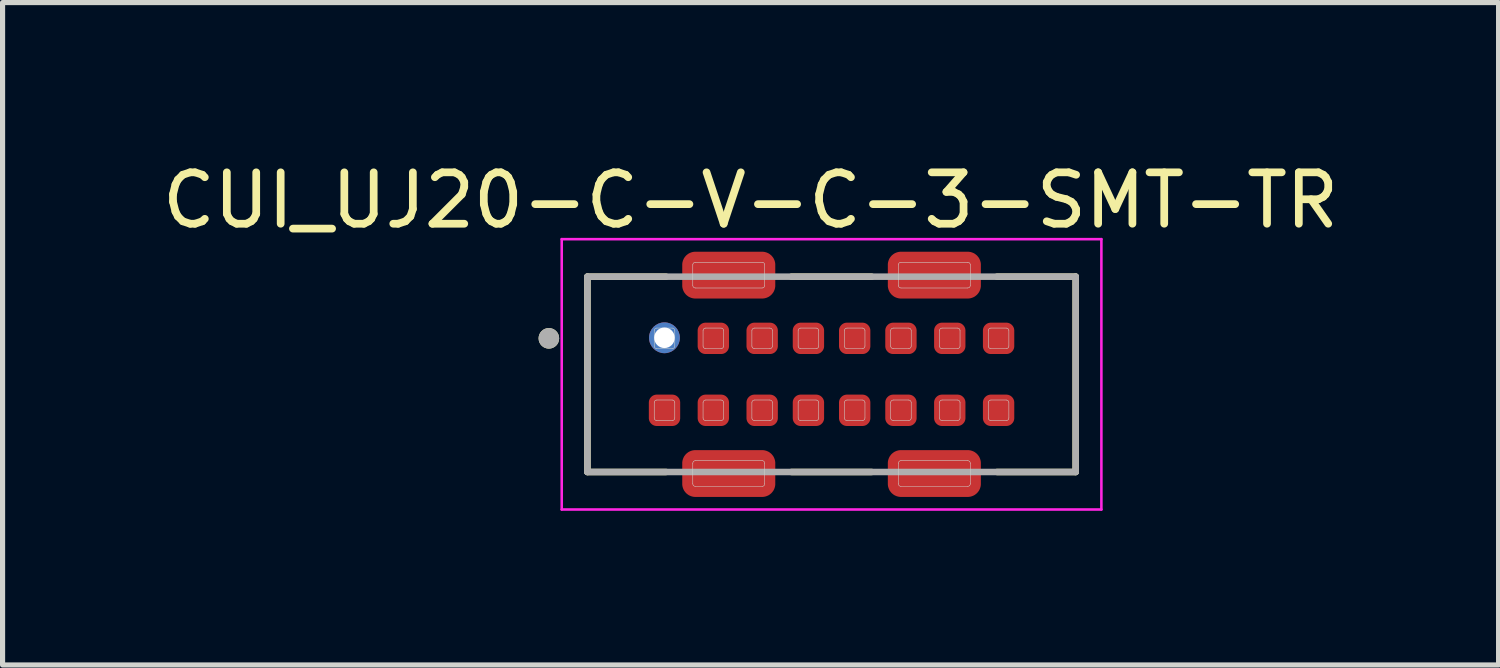
<source format=kicad_pcb>
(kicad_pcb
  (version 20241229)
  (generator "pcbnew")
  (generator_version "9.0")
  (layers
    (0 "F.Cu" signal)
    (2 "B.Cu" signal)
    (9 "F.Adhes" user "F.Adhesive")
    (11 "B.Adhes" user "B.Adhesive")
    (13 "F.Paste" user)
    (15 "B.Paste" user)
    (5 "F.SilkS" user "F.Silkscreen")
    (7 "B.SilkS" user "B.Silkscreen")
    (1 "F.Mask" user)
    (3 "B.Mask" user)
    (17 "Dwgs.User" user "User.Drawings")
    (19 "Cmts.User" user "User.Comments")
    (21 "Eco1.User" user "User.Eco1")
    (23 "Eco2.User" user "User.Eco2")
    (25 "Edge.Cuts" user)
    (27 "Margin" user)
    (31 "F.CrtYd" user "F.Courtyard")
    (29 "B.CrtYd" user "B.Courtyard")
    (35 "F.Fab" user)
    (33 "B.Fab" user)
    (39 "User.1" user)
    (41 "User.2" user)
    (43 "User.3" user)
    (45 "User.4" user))
  (footprint "CUI_UJ20-C-V-C-3-SMT-TR"
    (layer "F.Cu")
    (at 13.129 4.233)
    (property "Reference" "CUI_UJ20-C-V-C-3-SMT-TR" (at -1.575 -3.385 0) (layer "F.SilkS") (effects (font (size 1 1) (thickness 0.15))))
    (attr smd)
    (fp_poly (pts (xy -2.85 -0.85) (xy -2.85 -0.55) (xy -2.85 -0.537) (xy -2.851 -0.524) (xy -2.853 -0.511) (xy -2.855 -0.498) (xy -2.859 -0.485) (xy -2.862 -0.473) (xy -2.867 -0.46) (xy -2.872 -0.448) (xy -2.877 -0.437) (xy -2.883 -0.425) (xy -2.89 -0.414) (xy -2.898 -0.403) (xy -2.906 -0.393) (xy -2.914 -0.383) (xy -2.923 -0.373) (xy -2.933 -0.364) (xy -2.943 -0.356) (xy -2.953 -0.348) (xy -2.964 -0.34) (xy -2.975 -0.333) (xy -2.987 -0.327) (xy -2.998 -0.322) (xy -3.01 -0.317) (xy -3.023 -0.312) (xy -3.035 -0.309) (xy -3.048 -0.305) (xy -3.061 -0.303) (xy -3.074 -0.301) (xy -3.087 -0.3) (xy -3.1 -0.3) (xy -3.4 -0.3) (xy -3.413 -0.3) (xy -3.426 -0.301) (xy -3.439 -0.303) (xy -3.452 -0.305) (xy -3.465 -0.309) (xy -3.477 -0.312) (xy -3.49 -0.317) (xy -3.502 -0.322) (xy -3.513 -0.327) (xy -3.525 -0.333) (xy -3.536 -0.34) (xy -3.547 -0.348) (xy -3.557 -0.356) (xy -3.567 -0.364) (xy -3.577 -0.373) (xy -3.586 -0.383) (xy -3.594 -0.393) (xy -3.602 -0.403) (xy -3.61 -0.414) (xy -3.617 -0.425) (xy -3.623 -0.437) (xy -3.628 -0.448) (xy -3.633 -0.46) (xy -3.638 -0.473) (xy -3.641 -0.485) (xy -3.645 -0.498) (xy -3.647 -0.511) (xy -3.649 -0.524) (xy -3.65 -0.537) (xy -3.65 -0.55) (xy -3.65 -0.85) (xy -3.65 -0.863) (xy -3.649 -0.876) (xy -3.647 -0.889) (xy -3.645 -0.902) (xy -3.641 -0.915) (xy -3.638 -0.927) (xy -3.633 -0.94) (xy -3.628 -0.952) (xy -3.623 -0.963) (xy -3.617 -0.975) (xy -3.61 -0.986) (xy -3.602 -0.997) (xy -3.594 -1.007) (xy -3.586 -1.017) (xy -3.577 -1.027) (xy -3.567 -1.036) (xy -3.557 -1.044) (xy -3.547 -1.052) (xy -3.536 -1.06) (xy -3.525 -1.067) (xy -3.513 -1.073) (xy -3.502 -1.078) (xy -3.49 -1.083) (xy -3.477 -1.088) (xy -3.465 -1.091) (xy -3.452 -1.095) (xy -3.439 -1.097) (xy -3.426 -1.099) (xy -3.413 -1.1) (xy -3.4 -1.1) (xy -3.1 -1.1) (xy -3.087 -1.1) (xy -3.074 -1.099) (xy -3.061 -1.097) (xy -3.048 -1.095) (xy -3.035 -1.091) (xy -3.023 -1.088) (xy -3.01 -1.083) (xy -2.998 -1.078) (xy -2.987 -1.073) (xy -2.975 -1.067) (xy -2.964 -1.06) (xy -2.953 -1.052) (xy -2.943 -1.044) (xy -2.933 -1.036) (xy -2.923 -1.027) (xy -2.914 -1.017) (xy -2.906 -1.007) (xy -2.898 -0.997) (xy -2.89 -0.986) (xy -2.883 -0.975) (xy -2.877 -0.963) (xy -2.872 -0.952) (xy -2.867 -0.94) (xy -2.862 -0.927) (xy -2.859 -0.915) (xy -2.855 -0.902) (xy -2.853 -0.889) (xy -2.851 -0.876) (xy -2.85 -0.863) (xy -2.85 -0.85)) (stroke (width 0.01) (type solid)) (fill yes) (layer "F.Mask"))
    (fp_poly (pts (xy -2.85 0.55) (xy -2.85 0.85) (xy -2.85 0.863) (xy -2.851 0.876) (xy -2.853 0.889) (xy -2.855 0.902) (xy -2.859 0.915) (xy -2.862 0.927) (xy -2.867 0.94) (xy -2.872 0.952) (xy -2.877 0.963) (xy -2.883 0.975) (xy -2.89 0.986) (xy -2.898 0.997) (xy -2.906 1.007) (xy -2.914 1.017) (xy -2.923 1.027) (xy -2.933 1.036) (xy -2.943 1.044) (xy -2.953 1.052) (xy -2.964 1.06) (xy -2.975 1.067) (xy -2.987 1.073) (xy -2.998 1.078) (xy -3.01 1.083) (xy -3.023 1.088) (xy -3.035 1.091) (xy -3.048 1.095) (xy -3.061 1.097) (xy -3.074 1.099) (xy -3.087 1.1) (xy -3.1 1.1) (xy -3.4 1.1) (xy -3.413 1.1) (xy -3.426 1.099) (xy -3.439 1.097) (xy -3.452 1.095) (xy -3.465 1.091) (xy -3.477 1.088) (xy -3.49 1.083) (xy -3.502 1.078) (xy -3.513 1.073) (xy -3.525 1.067) (xy -3.536 1.06) (xy -3.547 1.052) (xy -3.557 1.044) (xy -3.567 1.036) (xy -3.577 1.027) (xy -3.586 1.017) (xy -3.594 1.007) (xy -3.602 0.997) (xy -3.61 0.986) (xy -3.617 0.975) (xy -3.623 0.963) (xy -3.628 0.952) (xy -3.633 0.94) (xy -3.638 0.927) (xy -3.641 0.915) (xy -3.645 0.902) (xy -3.647 0.889) (xy -3.649 0.876) (xy -3.65 0.863) (xy -3.65 0.85) (xy -3.65 0.55) (xy -3.65 0.537) (xy -3.649 0.524) (xy -3.647 0.511) (xy -3.645 0.498) (xy -3.641 0.485) (xy -3.638 0.473) (xy -3.633 0.46) (xy -3.628 0.448) (xy -3.623 0.437) (xy -3.617 0.425) (xy -3.61 0.414) (xy -3.602 0.403) (xy -3.594 0.393) (xy -3.586 0.383) (xy -3.577 0.373) (xy -3.567 0.364) (xy -3.557 0.356) (xy -3.547 0.348) (xy -3.536 0.34) (xy -3.525 0.333) (xy -3.513 0.327) (xy -3.502 0.322) (xy -3.49 0.317) (xy -3.477 0.312) (xy -3.465 0.309) (xy -3.452 0.305) (xy -3.439 0.303) (xy -3.426 0.301) (xy -3.413 0.3) (xy -3.4 0.3) (xy -3.1 0.3) (xy -3.087 0.3) (xy -3.074 0.301) (xy -3.061 0.303) (xy -3.048 0.305) (xy -3.035 0.309) (xy -3.023 0.312) (xy -3.01 0.317) (xy -2.998 0.322) (xy -2.987 0.327) (xy -2.975 0.333) (xy -2.964 0.34) (xy -2.953 0.348) (xy -2.943 0.356) (xy -2.933 0.364) (xy -2.923 0.373) (xy -2.914 0.383) (xy -2.906 0.393) (xy -2.898 0.403) (xy -2.89 0.414) (xy -2.883 0.425) (xy -2.877 0.437) (xy -2.872 0.448) (xy -2.867 0.46) (xy -2.862 0.473) (xy -2.859 0.485) (xy -2.855 0.498) (xy -2.853 0.511) (xy -2.851 0.524) (xy -2.85 0.537) (xy -2.85 0.55)) (stroke (width 0.01) (type solid)) (fill yes) (layer "F.Mask"))
    (fp_poly (pts (xy -2.65 -1.38) (xy -2.668 -1.38) (xy -2.687 -1.382) (xy -2.705 -1.384) (xy -2.723 -1.388) (xy -2.741 -1.392) (xy -2.758 -1.397) (xy -2.775 -1.403) (xy -2.792 -1.41) (xy -2.809 -1.418) (xy -2.825 -1.427) (xy -2.841 -1.436) (xy -2.856 -1.447) (xy -2.87 -1.458) (xy -2.884 -1.47) (xy -2.897 -1.483) (xy -2.91 -1.496) (xy -2.922 -1.51) (xy -2.933 -1.524) (xy -2.944 -1.539) (xy -2.953 -1.555) (xy -2.962 -1.571) (xy -2.97 -1.588) (xy -2.977 -1.605) (xy -2.983 -1.622) (xy -2.988 -1.639) (xy -2.992 -1.657) (xy -2.996 -1.675) (xy -2.998 -1.693) (xy -3 -1.712) (xy -3 -1.73) (xy -3 -2.13) (xy -3 -2.148) (xy -2.998 -2.167) (xy -2.996 -2.185) (xy -2.992 -2.203) (xy -2.988 -2.221) (xy -2.983 -2.238) (xy -2.977 -2.255) (xy -2.97 -2.272) (xy -2.962 -2.289) (xy -2.953 -2.305) (xy -2.944 -2.321) (xy -2.933 -2.336) (xy -2.922 -2.35) (xy -2.91 -2.364) (xy -2.897 -2.377) (xy -2.884 -2.39) (xy -2.87 -2.402) (xy -2.856 -2.413) (xy -2.841 -2.424) (xy -2.825 -2.433) (xy -2.809 -2.442) (xy -2.792 -2.45) (xy -2.775 -2.457) (xy -2.758 -2.463) (xy -2.741 -2.468) (xy -2.723 -2.472) (xy -2.705 -2.476) (xy -2.687 -2.478) (xy -2.668 -2.48) (xy -2.65 -2.48) (xy -1.35 -2.48) (xy -1.332 -2.48) (xy -1.313 -2.478) (xy -1.295 -2.476) (xy -1.277 -2.472) (xy -1.259 -2.468) (xy -1.242 -2.463) (xy -1.225 -2.457) (xy -1.208 -2.45) (xy -1.191 -2.442) (xy -1.175 -2.433) (xy -1.159 -2.424) (xy -1.144 -2.413) (xy -1.13 -2.402) (xy -1.116 -2.39) (xy -1.103 -2.377) (xy -1.09 -2.364) (xy -1.078 -2.35) (xy -1.067 -2.336) (xy -1.056 -2.321) (xy -1.047 -2.305) (xy -1.038 -2.289) (xy -1.03 -2.272) (xy -1.023 -2.255) (xy -1.017 -2.238) (xy -1.012 -2.221) (xy -1.008 -2.203) (xy -1.004 -2.185) (xy -1.002 -2.167) (xy -1 -2.148) (xy -1 -2.13) (xy -1 -1.73) (xy -1 -1.712) (xy -1.002 -1.693) (xy -1.004 -1.675) (xy -1.008 -1.657) (xy -1.012 -1.639) (xy -1.017 -1.622) (xy -1.023 -1.605) (xy -1.03 -1.588) (xy -1.038 -1.571) (xy -1.047 -1.555) (xy -1.056 -1.539) (xy -1.067 -1.524) (xy -1.078 -1.51) (xy -1.09 -1.496) (xy -1.103 -1.483) (xy -1.116 -1.47) (xy -1.13 -1.458) (xy -1.144 -1.447) (xy -1.159 -1.436) (xy -1.175 -1.427) (xy -1.191 -1.418) (xy -1.208 -1.41) (xy -1.225 -1.403) (xy -1.242 -1.397) (xy -1.259 -1.392) (xy -1.277 -1.388) (xy -1.295 -1.384) (xy -1.313 -1.382) (xy -1.332 -1.38) (xy -1.35 -1.38) (xy -2.65 -1.38)) (stroke (width 0.01) (type solid)) (fill yes) (layer "F.Mask"))
    (fp_poly (pts (xy -2.65 2.48) (xy -2.668 2.48) (xy -2.687 2.478) (xy -2.705 2.476) (xy -2.723 2.472) (xy -2.741 2.468) (xy -2.758 2.463) (xy -2.775 2.457) (xy -2.792 2.45) (xy -2.809 2.442) (xy -2.825 2.433) (xy -2.841 2.424) (xy -2.856 2.413) (xy -2.87 2.402) (xy -2.884 2.39) (xy -2.897 2.377) (xy -2.91 2.364) (xy -2.922 2.35) (xy -2.933 2.336) (xy -2.944 2.321) (xy -2.953 2.305) (xy -2.962 2.289) (xy -2.97 2.272) (xy -2.977 2.255) (xy -2.983 2.238) (xy -2.988 2.221) (xy -2.992 2.203) (xy -2.996 2.185) (xy -2.998 2.167) (xy -3 2.148) (xy -3 2.13) (xy -3 1.73) (xy -3 1.712) (xy -2.998 1.693) (xy -2.996 1.675) (xy -2.992 1.657) (xy -2.988 1.639) (xy -2.983 1.622) (xy -2.977 1.605) (xy -2.97 1.588) (xy -2.962 1.571) (xy -2.953 1.555) (xy -2.944 1.539) (xy -2.933 1.524) (xy -2.922 1.51) (xy -2.91 1.496) (xy -2.897 1.483) (xy -2.884 1.47) (xy -2.87 1.458) (xy -2.856 1.447) (xy -2.841 1.436) (xy -2.825 1.427) (xy -2.809 1.418) (xy -2.792 1.41) (xy -2.775 1.403) (xy -2.758 1.397) (xy -2.741 1.392) (xy -2.723 1.388) (xy -2.705 1.384) (xy -2.687 1.382) (xy -2.668 1.38) (xy -2.65 1.38) (xy -1.35 1.38) (xy -1.332 1.38) (xy -1.313 1.382) (xy -1.295 1.384) (xy -1.277 1.388) (xy -1.259 1.392) (xy -1.242 1.397) (xy -1.225 1.403) (xy -1.208 1.41) (xy -1.191 1.418) (xy -1.175 1.427) (xy -1.159 1.436) (xy -1.144 1.447) (xy -1.13 1.458) (xy -1.116 1.47) (xy -1.103 1.483) (xy -1.09 1.496) (xy -1.078 1.51) (xy -1.067 1.524) (xy -1.056 1.539) (xy -1.047 1.555) (xy -1.038 1.571) (xy -1.03 1.588) (xy -1.023 1.605) (xy -1.017 1.622) (xy -1.012 1.639) (xy -1.008 1.657) (xy -1.004 1.675) (xy -1.002 1.693) (xy -1 1.712) (xy -1 1.73) (xy -1 2.13) (xy -1 2.148) (xy -1.002 2.167) (xy -1.004 2.185) (xy -1.008 2.203) (xy -1.012 2.221) (xy -1.017 2.238) (xy -1.023 2.255) (xy -1.03 2.272) (xy -1.038 2.289) (xy -1.047 2.305) (xy -1.056 2.321) (xy -1.067 2.336) (xy -1.078 2.35) (xy -1.09 2.364) (xy -1.103 2.377) (xy -1.116 2.39) (xy -1.13 2.402) (xy -1.144 2.413) (xy -1.159 2.424) (xy -1.175 2.433) (xy -1.191 2.442) (xy -1.208 2.45) (xy -1.225 2.457) (xy -1.242 2.463) (xy -1.259 2.468) (xy -1.277 2.472) (xy -1.295 2.476) (xy -1.313 2.478) (xy -1.332 2.48) (xy -1.35 2.48) (xy -2.65 2.48)) (stroke (width 0.01) (type solid)) (fill yes) (layer "F.Mask"))
    (fp_poly (pts (xy -1.9 -0.85) (xy -1.9 -0.55) (xy -1.9 -0.537) (xy -1.901 -0.524) (xy -1.903 -0.511) (xy -1.905 -0.498) (xy -1.909 -0.485) (xy -1.912 -0.473) (xy -1.917 -0.46) (xy -1.922 -0.448) (xy -1.927 -0.437) (xy -1.933 -0.425) (xy -1.94 -0.414) (xy -1.948 -0.403) (xy -1.956 -0.393) (xy -1.964 -0.383) (xy -1.973 -0.373) (xy -1.983 -0.364) (xy -1.993 -0.356) (xy -2.003 -0.348) (xy -2.014 -0.34) (xy -2.025 -0.333) (xy -2.037 -0.327) (xy -2.048 -0.322) (xy -2.06 -0.317) (xy -2.073 -0.312) (xy -2.085 -0.309) (xy -2.098 -0.305) (xy -2.111 -0.303) (xy -2.124 -0.301) (xy -2.137 -0.3) (xy -2.15 -0.3) (xy -2.45 -0.3) (xy -2.463 -0.3) (xy -2.476 -0.301) (xy -2.489 -0.303) (xy -2.502 -0.305) (xy -2.515 -0.309) (xy -2.527 -0.312) (xy -2.54 -0.317) (xy -2.552 -0.322) (xy -2.563 -0.327) (xy -2.575 -0.333) (xy -2.586 -0.34) (xy -2.597 -0.348) (xy -2.607 -0.356) (xy -2.617 -0.364) (xy -2.627 -0.373) (xy -2.636 -0.383) (xy -2.644 -0.393) (xy -2.652 -0.403) (xy -2.66 -0.414) (xy -2.667 -0.425) (xy -2.673 -0.437) (xy -2.678 -0.448) (xy -2.683 -0.46) (xy -2.688 -0.473) (xy -2.691 -0.485) (xy -2.695 -0.498) (xy -2.697 -0.511) (xy -2.699 -0.524) (xy -2.7 -0.537) (xy -2.7 -0.55) (xy -2.7 -0.85) (xy -2.7 -0.863) (xy -2.699 -0.876) (xy -2.697 -0.889) (xy -2.695 -0.902) (xy -2.691 -0.915) (xy -2.688 -0.927) (xy -2.683 -0.94) (xy -2.678 -0.952) (xy -2.673 -0.963) (xy -2.667 -0.975) (xy -2.66 -0.986) (xy -2.652 -0.997) (xy -2.644 -1.007) (xy -2.636 -1.017) (xy -2.627 -1.027) (xy -2.617 -1.036) (xy -2.607 -1.044) (xy -2.597 -1.052) (xy -2.586 -1.06) (xy -2.575 -1.067) (xy -2.563 -1.073) (xy -2.552 -1.078) (xy -2.54 -1.083) (xy -2.527 -1.088) (xy -2.515 -1.091) (xy -2.502 -1.095) (xy -2.489 -1.097) (xy -2.476 -1.099) (xy -2.463 -1.1) (xy -2.45 -1.1) (xy -2.15 -1.1) (xy -2.137 -1.1) (xy -2.124 -1.099) (xy -2.111 -1.097) (xy -2.098 -1.095) (xy -2.085 -1.091) (xy -2.073 -1.088) (xy -2.06 -1.083) (xy -2.048 -1.078) (xy -2.037 -1.073) (xy -2.025 -1.067) (xy -2.014 -1.06) (xy -2.003 -1.052) (xy -1.993 -1.044) (xy -1.983 -1.036) (xy -1.973 -1.027) (xy -1.964 -1.017) (xy -1.956 -1.007) (xy -1.948 -0.997) (xy -1.94 -0.986) (xy -1.933 -0.975) (xy -1.927 -0.963) (xy -1.922 -0.952) (xy -1.917 -0.94) (xy -1.912 -0.927) (xy -1.909 -0.915) (xy -1.905 -0.902) (xy -1.903 -0.889) (xy -1.901 -0.876) (xy -1.9 -0.863) (xy -1.9 -0.85)) (stroke (width 0.01) (type solid)) (fill yes) (layer "F.Mask"))
    (fp_poly (pts (xy -1.9 0.55) (xy -1.9 0.85) (xy -1.9 0.863) (xy -1.901 0.876) (xy -1.903 0.889) (xy -1.905 0.902) (xy -1.909 0.915) (xy -1.912 0.927) (xy -1.917 0.94) (xy -1.922 0.952) (xy -1.927 0.963) (xy -1.933 0.975) (xy -1.94 0.986) (xy -1.948 0.997) (xy -1.956 1.007) (xy -1.964 1.017) (xy -1.973 1.027) (xy -1.983 1.036) (xy -1.993 1.044) (xy -2.003 1.052) (xy -2.014 1.06) (xy -2.025 1.067) (xy -2.037 1.073) (xy -2.048 1.078) (xy -2.06 1.083) (xy -2.073 1.088) (xy -2.085 1.091) (xy -2.098 1.095) (xy -2.111 1.097) (xy -2.124 1.099) (xy -2.137 1.1) (xy -2.15 1.1) (xy -2.45 1.1) (xy -2.463 1.1) (xy -2.476 1.099) (xy -2.489 1.097) (xy -2.502 1.095) (xy -2.515 1.091) (xy -2.527 1.088) (xy -2.54 1.083) (xy -2.552 1.078) (xy -2.563 1.073) (xy -2.575 1.067) (xy -2.586 1.06) (xy -2.597 1.052) (xy -2.607 1.044) (xy -2.617 1.036) (xy -2.627 1.027) (xy -2.636 1.017) (xy -2.644 1.007) (xy -2.652 0.997) (xy -2.66 0.986) (xy -2.667 0.975) (xy -2.673 0.963) (xy -2.678 0.952) (xy -2.683 0.94) (xy -2.688 0.927) (xy -2.691 0.915) (xy -2.695 0.902) (xy -2.697 0.889) (xy -2.699 0.876) (xy -2.7 0.863) (xy -2.7 0.85) (xy -2.7 0.55) (xy -2.7 0.537) (xy -2.699 0.524) (xy -2.697 0.511) (xy -2.695 0.498) (xy -2.691 0.485) (xy -2.688 0.473) (xy -2.683 0.46) (xy -2.678 0.448) (xy -2.673 0.437) (xy -2.667 0.425) (xy -2.66 0.414) (xy -2.652 0.403) (xy -2.644 0.393) (xy -2.636 0.383) (xy -2.627 0.373) (xy -2.617 0.364) (xy -2.607 0.356) (xy -2.597 0.348) (xy -2.586 0.34) (xy -2.575 0.333) (xy -2.563 0.327) (xy -2.552 0.322) (xy -2.54 0.317) (xy -2.527 0.312) (xy -2.515 0.309) (xy -2.502 0.305) (xy -2.489 0.303) (xy -2.476 0.301) (xy -2.463 0.3) (xy -2.45 0.3) (xy -2.15 0.3) (xy -2.137 0.3) (xy -2.124 0.301) (xy -2.111 0.303) (xy -2.098 0.305) (xy -2.085 0.309) (xy -2.073 0.312) (xy -2.06 0.317) (xy -2.048 0.322) (xy -2.037 0.327) (xy -2.025 0.333) (xy -2.014 0.34) (xy -2.003 0.348) (xy -1.993 0.356) (xy -1.983 0.364) (xy -1.973 0.373) (xy -1.964 0.383) (xy -1.956 0.393) (xy -1.948 0.403) (xy -1.94 0.414) (xy -1.933 0.425) (xy -1.927 0.437) (xy -1.922 0.448) (xy -1.917 0.46) (xy -1.912 0.473) (xy -1.909 0.485) (xy -1.905 0.498) (xy -1.903 0.511) (xy -1.901 0.524) (xy -1.9 0.537) (xy -1.9 0.55)) (stroke (width 0.01) (type solid)) (fill yes) (layer "F.Mask"))
    (fp_poly (pts (xy -0.95 -0.85) (xy -0.95 -0.55) (xy -0.95 -0.537) (xy -0.951 -0.524) (xy -0.953 -0.511) (xy -0.955 -0.498) (xy -0.959 -0.485) (xy -0.962 -0.473) (xy -0.967 -0.46) (xy -0.972 -0.448) (xy -0.977 -0.437) (xy -0.983 -0.425) (xy -0.99 -0.414) (xy -0.998 -0.403) (xy -1.006 -0.393) (xy -1.014 -0.383) (xy -1.023 -0.373) (xy -1.033 -0.364) (xy -1.043 -0.356) (xy -1.053 -0.348) (xy -1.064 -0.34) (xy -1.075 -0.333) (xy -1.087 -0.327) (xy -1.098 -0.322) (xy -1.11 -0.317) (xy -1.123 -0.312) (xy -1.135 -0.309) (xy -1.148 -0.305) (xy -1.161 -0.303) (xy -1.174 -0.301) (xy -1.187 -0.3) (xy -1.2 -0.3) (xy -1.5 -0.3) (xy -1.513 -0.3) (xy -1.526 -0.301) (xy -1.539 -0.303) (xy -1.552 -0.305) (xy -1.565 -0.309) (xy -1.577 -0.312) (xy -1.59 -0.317) (xy -1.602 -0.322) (xy -1.613 -0.327) (xy -1.625 -0.333) (xy -1.636 -0.34) (xy -1.647 -0.348) (xy -1.657 -0.356) (xy -1.667 -0.364) (xy -1.677 -0.373) (xy -1.686 -0.383) (xy -1.694 -0.393) (xy -1.702 -0.403) (xy -1.71 -0.414) (xy -1.717 -0.425) (xy -1.723 -0.437) (xy -1.728 -0.448) (xy -1.733 -0.46) (xy -1.738 -0.473) (xy -1.741 -0.485) (xy -1.745 -0.498) (xy -1.747 -0.511) (xy -1.749 -0.524) (xy -1.75 -0.537) (xy -1.75 -0.55) (xy -1.75 -0.85) (xy -1.75 -0.863) (xy -1.749 -0.876) (xy -1.747 -0.889) (xy -1.745 -0.902) (xy -1.741 -0.915) (xy -1.738 -0.927) (xy -1.733 -0.94) (xy -1.728 -0.952) (xy -1.723 -0.963) (xy -1.717 -0.975) (xy -1.71 -0.986) (xy -1.702 -0.997) (xy -1.694 -1.007) (xy -1.686 -1.017) (xy -1.677 -1.027) (xy -1.667 -1.036) (xy -1.657 -1.044) (xy -1.647 -1.052) (xy -1.636 -1.06) (xy -1.625 -1.067) (xy -1.613 -1.073) (xy -1.602 -1.078) (xy -1.59 -1.083) (xy -1.577 -1.088) (xy -1.565 -1.091) (xy -1.552 -1.095) (xy -1.539 -1.097) (xy -1.526 -1.099) (xy -1.513 -1.1) (xy -1.5 -1.1) (xy -1.2 -1.1) (xy -1.187 -1.1) (xy -1.174 -1.099) (xy -1.161 -1.097) (xy -1.148 -1.095) (xy -1.135 -1.091) (xy -1.123 -1.088) (xy -1.11 -1.083) (xy -1.098 -1.078) (xy -1.087 -1.073) (xy -1.075 -1.067) (xy -1.064 -1.06) (xy -1.053 -1.052) (xy -1.043 -1.044) (xy -1.033 -1.036) (xy -1.023 -1.027) (xy -1.014 -1.017) (xy -1.006 -1.007) (xy -0.998 -0.997) (xy -0.99 -0.986) (xy -0.983 -0.975) (xy -0.977 -0.963) (xy -0.972 -0.952) (xy -0.967 -0.94) (xy -0.962 -0.927) (xy -0.959 -0.915) (xy -0.955 -0.902) (xy -0.953 -0.889) (xy -0.951 -0.876) (xy -0.95 -0.863) (xy -0.95 -0.85)) (stroke (width 0.01) (type solid)) (fill yes) (layer "F.Mask"))
    (fp_poly (pts (xy -0.95 0.55) (xy -0.95 0.85) (xy -0.95 0.863) (xy -0.951 0.876) (xy -0.953 0.889) (xy -0.955 0.902) (xy -0.959 0.915) (xy -0.962 0.927) (xy -0.967 0.94) (xy -0.972 0.952) (xy -0.977 0.963) (xy -0.983 0.975) (xy -0.99 0.986) (xy -0.998 0.997) (xy -1.006 1.007) (xy -1.014 1.017) (xy -1.023 1.027) (xy -1.033 1.036) (xy -1.043 1.044) (xy -1.053 1.052) (xy -1.064 1.06) (xy -1.075 1.067) (xy -1.087 1.073) (xy -1.098 1.078) (xy -1.11 1.083) (xy -1.123 1.088) (xy -1.135 1.091) (xy -1.148 1.095) (xy -1.161 1.097) (xy -1.174 1.099) (xy -1.187 1.1) (xy -1.2 1.1) (xy -1.5 1.1) (xy -1.513 1.1) (xy -1.526 1.099) (xy -1.539 1.097) (xy -1.552 1.095) (xy -1.565 1.091) (xy -1.577 1.088) (xy -1.59 1.083) (xy -1.602 1.078) (xy -1.613 1.073) (xy -1.625 1.067) (xy -1.636 1.06) (xy -1.647 1.052) (xy -1.657 1.044) (xy -1.667 1.036) (xy -1.677 1.027) (xy -1.686 1.017) (xy -1.694 1.007) (xy -1.702 0.997) (xy -1.71 0.986) (xy -1.717 0.975) (xy -1.723 0.963) (xy -1.728 0.952) (xy -1.733 0.94) (xy -1.738 0.927) (xy -1.741 0.915) (xy -1.745 0.902) (xy -1.747 0.889) (xy -1.749 0.876) (xy -1.75 0.863) (xy -1.75 0.85) (xy -1.75 0.55) (xy -1.75 0.537) (xy -1.749 0.524) (xy -1.747 0.511) (xy -1.745 0.498) (xy -1.741 0.485) (xy -1.738 0.473) (xy -1.733 0.46) (xy -1.728 0.448) (xy -1.723 0.437) (xy -1.717 0.425) (xy -1.71 0.414) (xy -1.702 0.403) (xy -1.694 0.393) (xy -1.686 0.383) (xy -1.677 0.373) (xy -1.667 0.364) (xy -1.657 0.356) (xy -1.647 0.348) (xy -1.636 0.34) (xy -1.625 0.333) (xy -1.613 0.327) (xy -1.602 0.322) (xy -1.59 0.317) (xy -1.577 0.312) (xy -1.565 0.309) (xy -1.552 0.305) (xy -1.539 0.303) (xy -1.526 0.301) (xy -1.513 0.3) (xy -1.5 0.3) (xy -1.2 0.3) (xy -1.187 0.3) (xy -1.174 0.301) (xy -1.161 0.303) (xy -1.148 0.305) (xy -1.135 0.309) (xy -1.123 0.312) (xy -1.11 0.317) (xy -1.098 0.322) (xy -1.087 0.327) (xy -1.075 0.333) (xy -1.064 0.34) (xy -1.053 0.348) (xy -1.043 0.356) (xy -1.033 0.364) (xy -1.023 0.373) (xy -1.014 0.383) (xy -1.006 0.393) (xy -0.998 0.403) (xy -0.99 0.414) (xy -0.983 0.425) (xy -0.977 0.437) (xy -0.972 0.448) (xy -0.967 0.46) (xy -0.962 0.473) (xy -0.959 0.485) (xy -0.955 0.498) (xy -0.953 0.511) (xy -0.951 0.524) (xy -0.95 0.537) (xy -0.95 0.55)) (stroke (width 0.01) (type solid)) (fill yes) (layer "F.Mask"))
    (fp_poly (pts (xy -0.05 -0.85) (xy -0.05 -0.55) (xy -0.05 -0.537) (xy -0.051 -0.524) (xy -0.053 -0.511) (xy -0.055 -0.498) (xy -0.059 -0.485) (xy -0.062 -0.473) (xy -0.067 -0.46) (xy -0.072 -0.448) (xy -0.077 -0.437) (xy -0.083 -0.425) (xy -0.09 -0.414) (xy -0.098 -0.403) (xy -0.106 -0.393) (xy -0.114 -0.383) (xy -0.123 -0.373) (xy -0.133 -0.364) (xy -0.143 -0.356) (xy -0.153 -0.348) (xy -0.164 -0.34) (xy -0.175 -0.333) (xy -0.187 -0.327) (xy -0.198 -0.322) (xy -0.21 -0.317) (xy -0.223 -0.312) (xy -0.235 -0.309) (xy -0.248 -0.305) (xy -0.261 -0.303) (xy -0.274 -0.301) (xy -0.287 -0.3) (xy -0.3 -0.3) (xy -0.6 -0.3) (xy -0.613 -0.3) (xy -0.626 -0.301) (xy -0.639 -0.303) (xy -0.652 -0.305) (xy -0.665 -0.309) (xy -0.677 -0.312) (xy -0.69 -0.317) (xy -0.702 -0.322) (xy -0.713 -0.327) (xy -0.725 -0.333) (xy -0.736 -0.34) (xy -0.747 -0.348) (xy -0.757 -0.356) (xy -0.767 -0.364) (xy -0.777 -0.373) (xy -0.786 -0.383) (xy -0.794 -0.393) (xy -0.802 -0.403) (xy -0.81 -0.414) (xy -0.817 -0.425) (xy -0.823 -0.437) (xy -0.828 -0.448) (xy -0.833 -0.46) (xy -0.838 -0.473) (xy -0.841 -0.485) (xy -0.845 -0.498) (xy -0.847 -0.511) (xy -0.849 -0.524) (xy -0.85 -0.537) (xy -0.85 -0.55) (xy -0.85 -0.85) (xy -0.85 -0.863) (xy -0.849 -0.876) (xy -0.847 -0.889) (xy -0.845 -0.902) (xy -0.841 -0.915) (xy -0.838 -0.927) (xy -0.833 -0.94) (xy -0.828 -0.952) (xy -0.823 -0.963) (xy -0.817 -0.975) (xy -0.81 -0.986) (xy -0.802 -0.997) (xy -0.794 -1.007) (xy -0.786 -1.017) (xy -0.777 -1.027) (xy -0.767 -1.036) (xy -0.757 -1.044) (xy -0.747 -1.052) (xy -0.736 -1.06) (xy -0.725 -1.067) (xy -0.713 -1.073) (xy -0.702 -1.078) (xy -0.69 -1.083) (xy -0.677 -1.088) (xy -0.665 -1.091) (xy -0.652 -1.095) (xy -0.639 -1.097) (xy -0.626 -1.099) (xy -0.613 -1.1) (xy -0.6 -1.1) (xy -0.3 -1.1) (xy -0.287 -1.1) (xy -0.274 -1.099) (xy -0.261 -1.097) (xy -0.248 -1.095) (xy -0.235 -1.091) (xy -0.223 -1.088) (xy -0.21 -1.083) (xy -0.198 -1.078) (xy -0.187 -1.073) (xy -0.175 -1.067) (xy -0.164 -1.06) (xy -0.153 -1.052) (xy -0.143 -1.044) (xy -0.133 -1.036) (xy -0.123 -1.027) (xy -0.114 -1.017) (xy -0.106 -1.007) (xy -0.098 -0.997) (xy -0.09 -0.986) (xy -0.083 -0.975) (xy -0.077 -0.963) (xy -0.072 -0.952) (xy -0.067 -0.94) (xy -0.062 -0.927) (xy -0.059 -0.915) (xy -0.055 -0.902) (xy -0.053 -0.889) (xy -0.051 -0.876) (xy -0.05 -0.863) (xy -0.05 -0.85)) (stroke (width 0.01) (type solid)) (fill yes) (layer "F.Mask"))
    (fp_poly (pts (xy -0.05 0.55) (xy -0.05 0.85) (xy -0.05 0.863) (xy -0.051 0.876) (xy -0.053 0.889) (xy -0.055 0.902) (xy -0.059 0.915) (xy -0.062 0.927) (xy -0.067 0.94) (xy -0.072 0.952) (xy -0.077 0.963) (xy -0.083 0.975) (xy -0.09 0.986) (xy -0.098 0.997) (xy -0.106 1.007) (xy -0.114 1.017) (xy -0.123 1.027) (xy -0.133 1.036) (xy -0.143 1.044) (xy -0.153 1.052) (xy -0.164 1.06) (xy -0.175 1.067) (xy -0.187 1.073) (xy -0.198 1.078) (xy -0.21 1.083) (xy -0.223 1.088) (xy -0.235 1.091) (xy -0.248 1.095) (xy -0.261 1.097) (xy -0.274 1.099) (xy -0.287 1.1) (xy -0.3 1.1) (xy -0.6 1.1) (xy -0.613 1.1) (xy -0.626 1.099) (xy -0.639 1.097) (xy -0.652 1.095) (xy -0.665 1.091) (xy -0.677 1.088) (xy -0.69 1.083) (xy -0.702 1.078) (xy -0.713 1.073) (xy -0.725 1.067) (xy -0.736 1.06) (xy -0.747 1.052) (xy -0.757 1.044) (xy -0.767 1.036) (xy -0.777 1.027) (xy -0.786 1.017) (xy -0.794 1.007) (xy -0.802 0.997) (xy -0.81 0.986) (xy -0.817 0.975) (xy -0.823 0.963) (xy -0.828 0.952) (xy -0.833 0.94) (xy -0.838 0.927) (xy -0.841 0.915) (xy -0.845 0.902) (xy -0.847 0.889) (xy -0.849 0.876) (xy -0.85 0.863) (xy -0.85 0.85) (xy -0.85 0.55) (xy -0.85 0.537) (xy -0.849 0.524) (xy -0.847 0.511) (xy -0.845 0.498) (xy -0.841 0.485) (xy -0.838 0.473) (xy -0.833 0.46) (xy -0.828 0.448) (xy -0.823 0.437) (xy -0.817 0.425) (xy -0.81 0.414) (xy -0.802 0.403) (xy -0.794 0.393) (xy -0.786 0.383) (xy -0.777 0.373) (xy -0.767 0.364) (xy -0.757 0.356) (xy -0.747 0.348) (xy -0.736 0.34) (xy -0.725 0.333) (xy -0.713 0.327) (xy -0.702 0.322) (xy -0.69 0.317) (xy -0.677 0.312) (xy -0.665 0.309) (xy -0.652 0.305) (xy -0.639 0.303) (xy -0.626 0.301) (xy -0.613 0.3) (xy -0.6 0.3) (xy -0.3 0.3) (xy -0.287 0.3) (xy -0.274 0.301) (xy -0.261 0.303) (xy -0.248 0.305) (xy -0.235 0.309) (xy -0.223 0.312) (xy -0.21 0.317) (xy -0.198 0.322) (xy -0.187 0.327) (xy -0.175 0.333) (xy -0.164 0.34) (xy -0.153 0.348) (xy -0.143 0.356) (xy -0.133 0.364) (xy -0.123 0.373) (xy -0.114 0.383) (xy -0.106 0.393) (xy -0.098 0.403) (xy -0.09 0.414) (xy -0.083 0.425) (xy -0.077 0.437) (xy -0.072 0.448) (xy -0.067 0.46) (xy -0.062 0.473) (xy -0.059 0.485) (xy -0.055 0.498) (xy -0.053 0.511) (xy -0.051 0.524) (xy -0.05 0.537) (xy -0.05 0.55)) (stroke (width 0.01) (type solid)) (fill yes) (layer "F.Mask"))
    (fp_poly (pts (xy 0.05 -0.55) (xy 0.05 -0.85) (xy 0.05 -0.863) (xy 0.051 -0.876) (xy 0.053 -0.889) (xy 0.055 -0.902) (xy 0.059 -0.915) (xy 0.062 -0.927) (xy 0.067 -0.94) (xy 0.072 -0.952) (xy 0.077 -0.963) (xy 0.083 -0.975) (xy 0.09 -0.986) (xy 0.098 -0.997) (xy 0.106 -1.007) (xy 0.114 -1.017) (xy 0.123 -1.027) (xy 0.133 -1.036) (xy 0.143 -1.044) (xy 0.153 -1.052) (xy 0.164 -1.06) (xy 0.175 -1.067) (xy 0.187 -1.073) (xy 0.198 -1.078) (xy 0.21 -1.083) (xy 0.223 -1.088) (xy 0.235 -1.091) (xy 0.248 -1.095) (xy 0.261 -1.097) (xy 0.274 -1.099) (xy 0.287 -1.1) (xy 0.3 -1.1) (xy 0.6 -1.1) (xy 0.613 -1.1) (xy 0.626 -1.099) (xy 0.639 -1.097) (xy 0.652 -1.095) (xy 0.665 -1.091) (xy 0.677 -1.088) (xy 0.69 -1.083) (xy 0.702 -1.078) (xy 0.713 -1.073) (xy 0.725 -1.067) (xy 0.736 -1.06) (xy 0.747 -1.052) (xy 0.757 -1.044) (xy 0.767 -1.036) (xy 0.777 -1.027) (xy 0.786 -1.017) (xy 0.794 -1.007) (xy 0.802 -0.997) (xy 0.81 -0.986) (xy 0.817 -0.975) (xy 0.823 -0.963) (xy 0.828 -0.952) (xy 0.833 -0.94) (xy 0.838 -0.927) (xy 0.841 -0.915) (xy 0.845 -0.902) (xy 0.847 -0.889) (xy 0.849 -0.876) (xy 0.85 -0.863) (xy 0.85 -0.85) (xy 0.85 -0.55) (xy 0.85 -0.537) (xy 0.849 -0.524) (xy 0.847 -0.511) (xy 0.845 -0.498) (xy 0.841 -0.485) (xy 0.838 -0.473) (xy 0.833 -0.46) (xy 0.828 -0.448) (xy 0.823 -0.437) (xy 0.817 -0.425) (xy 0.81 -0.414) (xy 0.802 -0.403) (xy 0.794 -0.393) (xy 0.786 -0.383) (xy 0.777 -0.373) (xy 0.767 -0.364) (xy 0.757 -0.356) (xy 0.747 -0.348) (xy 0.736 -0.34) (xy 0.725 -0.333) (xy 0.713 -0.327) (xy 0.702 -0.322) (xy 0.69 -0.317) (xy 0.677 -0.312) (xy 0.665 -0.309) (xy 0.652 -0.305) (xy 0.639 -0.303) (xy 0.626 -0.301) (xy 0.613 -0.3) (xy 0.6 -0.3) (xy 0.3 -0.3) (xy 0.287 -0.3) (xy 0.274 -0.301) (xy 0.261 -0.303) (xy 0.248 -0.305) (xy 0.235 -0.309) (xy 0.223 -0.312) (xy 0.21 -0.317) (xy 0.198 -0.322) (xy 0.187 -0.327) (xy 0.175 -0.333) (xy 0.164 -0.34) (xy 0.153 -0.348) (xy 0.143 -0.356) (xy 0.133 -0.364) (xy 0.123 -0.373) (xy 0.114 -0.383) (xy 0.106 -0.393) (xy 0.098 -0.403) (xy 0.09 -0.414) (xy 0.083 -0.425) (xy 0.077 -0.437) (xy 0.072 -0.448) (xy 0.067 -0.46) (xy 0.062 -0.473) (xy 0.059 -0.485) (xy 0.055 -0.498) (xy 0.053 -0.511) (xy 0.051 -0.524) (xy 0.05 -0.537) (xy 0.05 -0.55)) (stroke (width 0.01) (type solid)) (fill yes) (layer "F.Mask"))
    (fp_poly (pts (xy 0.05 0.85) (xy 0.05 0.55) (xy 0.05 0.537) (xy 0.051 0.524) (xy 0.053 0.511) (xy 0.055 0.498) (xy 0.059 0.485) (xy 0.062 0.473) (xy 0.067 0.46) (xy 0.072 0.448) (xy 0.077 0.437) (xy 0.083 0.425) (xy 0.09 0.414) (xy 0.098 0.403) (xy 0.106 0.393) (xy 0.114 0.383) (xy 0.123 0.373) (xy 0.133 0.364) (xy 0.143 0.356) (xy 0.153 0.348) (xy 0.164 0.34) (xy 0.175 0.333) (xy 0.187 0.327) (xy 0.198 0.322) (xy 0.21 0.317) (xy 0.223 0.312) (xy 0.235 0.309) (xy 0.248 0.305) (xy 0.261 0.303) (xy 0.274 0.301) (xy 0.287 0.3) (xy 0.3 0.3) (xy 0.6 0.3) (xy 0.613 0.3) (xy 0.626 0.301) (xy 0.639 0.303) (xy 0.652 0.305) (xy 0.665 0.309) (xy 0.677 0.312) (xy 0.69 0.317) (xy 0.702 0.322) (xy 0.713 0.327) (xy 0.725 0.333) (xy 0.736 0.34) (xy 0.747 0.348) (xy 0.757 0.356) (xy 0.767 0.364) (xy 0.777 0.373) (xy 0.786 0.383) (xy 0.794 0.393) (xy 0.802 0.403) (xy 0.81 0.414) (xy 0.817 0.425) (xy 0.823 0.437) (xy 0.828 0.448) (xy 0.833 0.46) (xy 0.838 0.473) (xy 0.841 0.485) (xy 0.845 0.498) (xy 0.847 0.511) (xy 0.849 0.524) (xy 0.85 0.537) (xy 0.85 0.55) (xy 0.85 0.85) (xy 0.85 0.863) (xy 0.849 0.876) (xy 0.847 0.889) (xy 0.845 0.902) (xy 0.841 0.915) (xy 0.838 0.927) (xy 0.833 0.94) (xy 0.828 0.952) (xy 0.823 0.963) (xy 0.817 0.975) (xy 0.81 0.986) (xy 0.802 0.997) (xy 0.794 1.007) (xy 0.786 1.017) (xy 0.777 1.027) (xy 0.767 1.036) (xy 0.757 1.044) (xy 0.747 1.052) (xy 0.736 1.06) (xy 0.725 1.067) (xy 0.713 1.073) (xy 0.702 1.078) (xy 0.69 1.083) (xy 0.677 1.088) (xy 0.665 1.091) (xy 0.652 1.095) (xy 0.639 1.097) (xy 0.626 1.099) (xy 0.613 1.1) (xy 0.6 1.1) (xy 0.3 1.1) (xy 0.287 1.1) (xy 0.274 1.099) (xy 0.261 1.097) (xy 0.248 1.095) (xy 0.235 1.091) (xy 0.223 1.088) (xy 0.21 1.083) (xy 0.198 1.078) (xy 0.187 1.073) (xy 0.175 1.067) (xy 0.164 1.06) (xy 0.153 1.052) (xy 0.143 1.044) (xy 0.133 1.036) (xy 0.123 1.027) (xy 0.114 1.017) (xy 0.106 1.007) (xy 0.098 0.997) (xy 0.09 0.986) (xy 0.083 0.975) (xy 0.077 0.963) (xy 0.072 0.952) (xy 0.067 0.94) (xy 0.062 0.927) (xy 0.059 0.915) (xy 0.055 0.902) (xy 0.053 0.889) (xy 0.051 0.876) (xy 0.05 0.863) (xy 0.05 0.85)) (stroke (width 0.01) (type solid)) (fill yes) (layer "F.Mask"))
    (fp_poly (pts (xy 0.95 -0.55) (xy 0.95 -0.85) (xy 0.95 -0.863) (xy 0.951 -0.876) (xy 0.953 -0.889) (xy 0.955 -0.902) (xy 0.959 -0.915) (xy 0.962 -0.927) (xy 0.967 -0.94) (xy 0.972 -0.952) (xy 0.977 -0.963) (xy 0.983 -0.975) (xy 0.99 -0.986) (xy 0.998 -0.997) (xy 1.006 -1.007) (xy 1.014 -1.017) (xy 1.023 -1.027) (xy 1.033 -1.036) (xy 1.043 -1.044) (xy 1.053 -1.052) (xy 1.064 -1.06) (xy 1.075 -1.067) (xy 1.087 -1.073) (xy 1.098 -1.078) (xy 1.11 -1.083) (xy 1.123 -1.088) (xy 1.135 -1.091) (xy 1.148 -1.095) (xy 1.161 -1.097) (xy 1.174 -1.099) (xy 1.187 -1.1) (xy 1.2 -1.1) (xy 1.5 -1.1) (xy 1.513 -1.1) (xy 1.526 -1.099) (xy 1.539 -1.097) (xy 1.552 -1.095) (xy 1.565 -1.091) (xy 1.577 -1.088) (xy 1.59 -1.083) (xy 1.602 -1.078) (xy 1.613 -1.073) (xy 1.625 -1.067) (xy 1.636 -1.06) (xy 1.647 -1.052) (xy 1.657 -1.044) (xy 1.667 -1.036) (xy 1.677 -1.027) (xy 1.686 -1.017) (xy 1.694 -1.007) (xy 1.702 -0.997) (xy 1.71 -0.986) (xy 1.717 -0.975) (xy 1.723 -0.963) (xy 1.728 -0.952) (xy 1.733 -0.94) (xy 1.738 -0.927) (xy 1.741 -0.915) (xy 1.745 -0.902) (xy 1.747 -0.889) (xy 1.749 -0.876) (xy 1.75 -0.863) (xy 1.75 -0.85) (xy 1.75 -0.55) (xy 1.75 -0.537) (xy 1.749 -0.524) (xy 1.747 -0.511) (xy 1.745 -0.498) (xy 1.741 -0.485) (xy 1.738 -0.473) (xy 1.733 -0.46) (xy 1.728 -0.448) (xy 1.723 -0.437) (xy 1.717 -0.425) (xy 1.71 -0.414) (xy 1.702 -0.403) (xy 1.694 -0.393) (xy 1.686 -0.383) (xy 1.677 -0.373) (xy 1.667 -0.364) (xy 1.657 -0.356) (xy 1.647 -0.348) (xy 1.636 -0.34) (xy 1.625 -0.333) (xy 1.613 -0.327) (xy 1.602 -0.322) (xy 1.59 -0.317) (xy 1.577 -0.312) (xy 1.565 -0.309) (xy 1.552 -0.305) (xy 1.539 -0.303) (xy 1.526 -0.301) (xy 1.513 -0.3) (xy 1.5 -0.3) (xy 1.2 -0.3) (xy 1.187 -0.3) (xy 1.174 -0.301) (xy 1.161 -0.303) (xy 1.148 -0.305) (xy 1.135 -0.309) (xy 1.123 -0.312) (xy 1.11 -0.317) (xy 1.098 -0.322) (xy 1.087 -0.327) (xy 1.075 -0.333) (xy 1.064 -0.34) (xy 1.053 -0.348) (xy 1.043 -0.356) (xy 1.033 -0.364) (xy 1.023 -0.373) (xy 1.014 -0.383) (xy 1.006 -0.393) (xy 0.998 -0.403) (xy 0.99 -0.414) (xy 0.983 -0.425) (xy 0.977 -0.437) (xy 0.972 -0.448) (xy 0.967 -0.46) (xy 0.962 -0.473) (xy 0.959 -0.485) (xy 0.955 -0.498) (xy 0.953 -0.511) (xy 0.951 -0.524) (xy 0.95 -0.537) (xy 0.95 -0.55)) (stroke (width 0.01) (type solid)) (fill yes) (layer "F.Mask"))
    (fp_poly (pts (xy 0.95 0.85) (xy 0.95 0.55) (xy 0.95 0.537) (xy 0.951 0.524) (xy 0.953 0.511) (xy 0.955 0.498) (xy 0.959 0.485) (xy 0.962 0.473) (xy 0.967 0.46) (xy 0.972 0.448) (xy 0.977 0.437) (xy 0.983 0.425) (xy 0.99 0.414) (xy 0.998 0.403) (xy 1.006 0.393) (xy 1.014 0.383) (xy 1.023 0.373) (xy 1.033 0.364) (xy 1.043 0.356) (xy 1.053 0.348) (xy 1.064 0.34) (xy 1.075 0.333) (xy 1.087 0.327) (xy 1.098 0.322) (xy 1.11 0.317) (xy 1.123 0.312) (xy 1.135 0.309) (xy 1.148 0.305) (xy 1.161 0.303) (xy 1.174 0.301) (xy 1.187 0.3) (xy 1.2 0.3) (xy 1.5 0.3) (xy 1.513 0.3) (xy 1.526 0.301) (xy 1.539 0.303) (xy 1.552 0.305) (xy 1.565 0.309) (xy 1.577 0.312) (xy 1.59 0.317) (xy 1.602 0.322) (xy 1.613 0.327) (xy 1.625 0.333) (xy 1.636 0.34) (xy 1.647 0.348) (xy 1.657 0.356) (xy 1.667 0.364) (xy 1.677 0.373) (xy 1.686 0.383) (xy 1.694 0.393) (xy 1.702 0.403) (xy 1.71 0.414) (xy 1.717 0.425) (xy 1.723 0.437) (xy 1.728 0.448) (xy 1.733 0.46) (xy 1.738 0.473) (xy 1.741 0.485) (xy 1.745 0.498) (xy 1.747 0.511) (xy 1.749 0.524) (xy 1.75 0.537) (xy 1.75 0.55) (xy 1.75 0.85) (xy 1.75 0.863) (xy 1.749 0.876) (xy 1.747 0.889) (xy 1.745 0.902) (xy 1.741 0.915) (xy 1.738 0.927) (xy 1.733 0.94) (xy 1.728 0.952) (xy 1.723 0.963) (xy 1.717 0.975) (xy 1.71 0.986) (xy 1.702 0.997) (xy 1.694 1.007) (xy 1.686 1.017) (xy 1.677 1.027) (xy 1.667 1.036) (xy 1.657 1.044) (xy 1.647 1.052) (xy 1.636 1.06) (xy 1.625 1.067) (xy 1.613 1.073) (xy 1.602 1.078) (xy 1.59 1.083) (xy 1.577 1.088) (xy 1.565 1.091) (xy 1.552 1.095) (xy 1.539 1.097) (xy 1.526 1.099) (xy 1.513 1.1) (xy 1.5 1.1) (xy 1.2 1.1) (xy 1.187 1.1) (xy 1.174 1.099) (xy 1.161 1.097) (xy 1.148 1.095) (xy 1.135 1.091) (xy 1.123 1.088) (xy 1.11 1.083) (xy 1.098 1.078) (xy 1.087 1.073) (xy 1.075 1.067) (xy 1.064 1.06) (xy 1.053 1.052) (xy 1.043 1.044) (xy 1.033 1.036) (xy 1.023 1.027) (xy 1.014 1.017) (xy 1.006 1.007) (xy 0.998 0.997) (xy 0.99 0.986) (xy 0.983 0.975) (xy 0.977 0.963) (xy 0.972 0.952) (xy 0.967 0.94) (xy 0.962 0.927) (xy 0.959 0.915) (xy 0.955 0.902) (xy 0.953 0.889) (xy 0.951 0.876) (xy 0.95 0.863) (xy 0.95 0.85)) (stroke (width 0.01) (type solid)) (fill yes) (layer "F.Mask"))
    (fp_poly (pts (xy 1.35 -1.38) (xy 1.332 -1.38) (xy 1.313 -1.382) (xy 1.295 -1.384) (xy 1.277 -1.388) (xy 1.259 -1.392) (xy 1.242 -1.397) (xy 1.225 -1.403) (xy 1.208 -1.41) (xy 1.191 -1.418) (xy 1.175 -1.427) (xy 1.159 -1.436) (xy 1.144 -1.447) (xy 1.13 -1.458) (xy 1.116 -1.47) (xy 1.103 -1.483) (xy 1.09 -1.496) (xy 1.078 -1.51) (xy 1.067 -1.524) (xy 1.056 -1.539) (xy 1.047 -1.555) (xy 1.038 -1.571) (xy 1.03 -1.588) (xy 1.023 -1.605) (xy 1.017 -1.622) (xy 1.012 -1.639) (xy 1.008 -1.657) (xy 1.004 -1.675) (xy 1.002 -1.693) (xy 1 -1.712) (xy 1 -1.73) (xy 1 -2.13) (xy 1 -2.148) (xy 1.002 -2.167) (xy 1.004 -2.185) (xy 1.008 -2.203) (xy 1.012 -2.221) (xy 1.017 -2.238) (xy 1.023 -2.255) (xy 1.03 -2.272) (xy 1.038 -2.289) (xy 1.047 -2.305) (xy 1.056 -2.321) (xy 1.067 -2.336) (xy 1.078 -2.35) (xy 1.09 -2.364) (xy 1.103 -2.377) (xy 1.116 -2.39) (xy 1.13 -2.402) (xy 1.144 -2.413) (xy 1.159 -2.424) (xy 1.175 -2.433) (xy 1.191 -2.442) (xy 1.208 -2.45) (xy 1.225 -2.457) (xy 1.242 -2.463) (xy 1.259 -2.468) (xy 1.277 -2.472) (xy 1.295 -2.476) (xy 1.313 -2.478) (xy 1.332 -2.48) (xy 1.35 -2.48) (xy 2.65 -2.48) (xy 2.668 -2.48) (xy 2.687 -2.478) (xy 2.705 -2.476) (xy 2.723 -2.472) (xy 2.741 -2.468) (xy 2.758 -2.463) (xy 2.775 -2.457) (xy 2.792 -2.45) (xy 2.809 -2.442) (xy 2.825 -2.433) (xy 2.841 -2.424) (xy 2.856 -2.413) (xy 2.87 -2.402) (xy 2.884 -2.39) (xy 2.897 -2.377) (xy 2.91 -2.364) (xy 2.922 -2.35) (xy 2.933 -2.336) (xy 2.944 -2.321) (xy 2.953 -2.305) (xy 2.962 -2.289) (xy 2.97 -2.272) (xy 2.977 -2.255) (xy 2.983 -2.238) (xy 2.988 -2.221) (xy 2.992 -2.203) (xy 2.996 -2.185) (xy 2.998 -2.167) (xy 3 -2.148) (xy 3 -2.13) (xy 3 -1.73) (xy 3 -1.712) (xy 2.998 -1.693) (xy 2.996 -1.675) (xy 2.992 -1.657) (xy 2.988 -1.639) (xy 2.983 -1.622) (xy 2.977 -1.605) (xy 2.97 -1.588) (xy 2.962 -1.571) (xy 2.953 -1.555) (xy 2.944 -1.539) (xy 2.933 -1.524) (xy 2.922 -1.51) (xy 2.91 -1.496) (xy 2.897 -1.483) (xy 2.884 -1.47) (xy 2.87 -1.458) (xy 2.856 -1.447) (xy 2.841 -1.436) (xy 2.825 -1.427) (xy 2.809 -1.418) (xy 2.792 -1.41) (xy 2.775 -1.403) (xy 2.758 -1.397) (xy 2.741 -1.392) (xy 2.723 -1.388) (xy 2.705 -1.384) (xy 2.687 -1.382) (xy 2.668 -1.38) (xy 2.65 -1.38) (xy 1.35 -1.38)) (stroke (width 0.01) (type solid)) (fill yes) (layer "F.Mask"))
    (fp_poly (pts (xy 1.35 2.48) (xy 1.332 2.48) (xy 1.313 2.478) (xy 1.295 2.476) (xy 1.277 2.472) (xy 1.259 2.468) (xy 1.242 2.463) (xy 1.225 2.457) (xy 1.208 2.45) (xy 1.191 2.442) (xy 1.175 2.433) (xy 1.159 2.424) (xy 1.144 2.413) (xy 1.13 2.402) (xy 1.116 2.39) (xy 1.103 2.377) (xy 1.09 2.364) (xy 1.078 2.35) (xy 1.067 2.336) (xy 1.056 2.321) (xy 1.047 2.305) (xy 1.038 2.289) (xy 1.03 2.272) (xy 1.023 2.255) (xy 1.017 2.238) (xy 1.012 2.221) (xy 1.008 2.203) (xy 1.004 2.185) (xy 1.002 2.167) (xy 1 2.148) (xy 1 2.13) (xy 1 1.73) (xy 1 1.712) (xy 1.002 1.693) (xy 1.004 1.675) (xy 1.008 1.657) (xy 1.012 1.639) (xy 1.017 1.622) (xy 1.023 1.605) (xy 1.03 1.588) (xy 1.038 1.571) (xy 1.047 1.555) (xy 1.056 1.539) (xy 1.067 1.524) (xy 1.078 1.51) (xy 1.09 1.496) (xy 1.103 1.483) (xy 1.116 1.47) (xy 1.13 1.458) (xy 1.144 1.447) (xy 1.159 1.436) (xy 1.175 1.427) (xy 1.191 1.418) (xy 1.208 1.41) (xy 1.225 1.403) (xy 1.242 1.397) (xy 1.259 1.392) (xy 1.277 1.388) (xy 1.295 1.384) (xy 1.313 1.382) (xy 1.332 1.38) (xy 1.35 1.38) (xy 2.65 1.38) (xy 2.668 1.38) (xy 2.687 1.382) (xy 2.705 1.384) (xy 2.723 1.388) (xy 2.741 1.392) (xy 2.758 1.397) (xy 2.775 1.403) (xy 2.792 1.41) (xy 2.809 1.418) (xy 2.825 1.427) (xy 2.841 1.436) (xy 2.856 1.447) (xy 2.87 1.458) (xy 2.884 1.47) (xy 2.897 1.483) (xy 2.91 1.496) (xy 2.922 1.51) (xy 2.933 1.524) (xy 2.944 1.539) (xy 2.953 1.555) (xy 2.962 1.571) (xy 2.97 1.588) (xy 2.977 1.605) (xy 2.983 1.622) (xy 2.988 1.639) (xy 2.992 1.657) (xy 2.996 1.675) (xy 2.998 1.693) (xy 3 1.712) (xy 3 1.73) (xy 3 2.13) (xy 3 2.148) (xy 2.998 2.167) (xy 2.996 2.185) (xy 2.992 2.203) (xy 2.988 2.221) (xy 2.983 2.238) (xy 2.977 2.255) (xy 2.97 2.272) (xy 2.962 2.289) (xy 2.953 2.305) (xy 2.944 2.321) (xy 2.933 2.336) (xy 2.922 2.35) (xy 2.91 2.364) (xy 2.897 2.377) (xy 2.884 2.39) (xy 2.87 2.402) (xy 2.856 2.413) (xy 2.841 2.424) (xy 2.825 2.433) (xy 2.809 2.442) (xy 2.792 2.45) (xy 2.775 2.457) (xy 2.758 2.463) (xy 2.741 2.468) (xy 2.723 2.472) (xy 2.705 2.476) (xy 2.687 2.478) (xy 2.668 2.48) (xy 2.65 2.48) (xy 1.35 2.48)) (stroke (width 0.01) (type solid)) (fill yes) (layer "F.Mask"))
    (fp_poly (pts (xy 1.9 -0.55) (xy 1.9 -0.85) (xy 1.9 -0.863) (xy 1.901 -0.876) (xy 1.903 -0.889) (xy 1.905 -0.902) (xy 1.909 -0.915) (xy 1.912 -0.927) (xy 1.917 -0.94) (xy 1.922 -0.952) (xy 1.927 -0.963) (xy 1.933 -0.975) (xy 1.94 -0.986) (xy 1.948 -0.997) (xy 1.956 -1.007) (xy 1.964 -1.017) (xy 1.973 -1.027) (xy 1.983 -1.036) (xy 1.993 -1.044) (xy 2.003 -1.052) (xy 2.014 -1.06) (xy 2.025 -1.067) (xy 2.037 -1.073) (xy 2.048 -1.078) (xy 2.06 -1.083) (xy 2.073 -1.088) (xy 2.085 -1.091) (xy 2.098 -1.095) (xy 2.111 -1.097) (xy 2.124 -1.099) (xy 2.137 -1.1) (xy 2.15 -1.1) (xy 2.45 -1.1) (xy 2.463 -1.1) (xy 2.476 -1.099) (xy 2.489 -1.097) (xy 2.502 -1.095) (xy 2.515 -1.091) (xy 2.527 -1.088) (xy 2.54 -1.083) (xy 2.552 -1.078) (xy 2.563 -1.073) (xy 2.575 -1.067) (xy 2.586 -1.06) (xy 2.597 -1.052) (xy 2.607 -1.044) (xy 2.617 -1.036) (xy 2.627 -1.027) (xy 2.636 -1.017) (xy 2.644 -1.007) (xy 2.652 -0.997) (xy 2.66 -0.986) (xy 2.667 -0.975) (xy 2.673 -0.963) (xy 2.678 -0.952) (xy 2.683 -0.94) (xy 2.688 -0.927) (xy 2.691 -0.915) (xy 2.695 -0.902) (xy 2.697 -0.889) (xy 2.699 -0.876) (xy 2.7 -0.863) (xy 2.7 -0.85) (xy 2.7 -0.55) (xy 2.7 -0.537) (xy 2.699 -0.524) (xy 2.697 -0.511) (xy 2.695 -0.498) (xy 2.691 -0.485) (xy 2.688 -0.473) (xy 2.683 -0.46) (xy 2.678 -0.448) (xy 2.673 -0.437) (xy 2.667 -0.425) (xy 2.66 -0.414) (xy 2.652 -0.403) (xy 2.644 -0.393) (xy 2.636 -0.383) (xy 2.627 -0.373) (xy 2.617 -0.364) (xy 2.607 -0.356) (xy 2.597 -0.348) (xy 2.586 -0.34) (xy 2.575 -0.333) (xy 2.563 -0.327) (xy 2.552 -0.322) (xy 2.54 -0.317) (xy 2.527 -0.312) (xy 2.515 -0.309) (xy 2.502 -0.305) (xy 2.489 -0.303) (xy 2.476 -0.301) (xy 2.463 -0.3) (xy 2.45 -0.3) (xy 2.15 -0.3) (xy 2.137 -0.3) (xy 2.124 -0.301) (xy 2.111 -0.303) (xy 2.098 -0.305) (xy 2.085 -0.309) (xy 2.073 -0.312) (xy 2.06 -0.317) (xy 2.048 -0.322) (xy 2.037 -0.327) (xy 2.025 -0.333) (xy 2.014 -0.34) (xy 2.003 -0.348) (xy 1.993 -0.356) (xy 1.983 -0.364) (xy 1.973 -0.373) (xy 1.964 -0.383) (xy 1.956 -0.393) (xy 1.948 -0.403) (xy 1.94 -0.414) (xy 1.933 -0.425) (xy 1.927 -0.437) (xy 1.922 -0.448) (xy 1.917 -0.46) (xy 1.912 -0.473) (xy 1.909 -0.485) (xy 1.905 -0.498) (xy 1.903 -0.511) (xy 1.901 -0.524) (xy 1.9 -0.537) (xy 1.9 -0.55)) (stroke (width 0.01) (type solid)) (fill yes) (layer "F.Mask"))
    (fp_poly (pts (xy 1.9 0.85) (xy 1.9 0.55) (xy 1.9 0.537) (xy 1.901 0.524) (xy 1.903 0.511) (xy 1.905 0.498) (xy 1.909 0.485) (xy 1.912 0.473) (xy 1.917 0.46) (xy 1.922 0.448) (xy 1.927 0.437) (xy 1.933 0.425) (xy 1.94 0.414) (xy 1.948 0.403) (xy 1.956 0.393) (xy 1.964 0.383) (xy 1.973 0.373) (xy 1.983 0.364) (xy 1.993 0.356) (xy 2.003 0.348) (xy 2.014 0.34) (xy 2.025 0.333) (xy 2.037 0.327) (xy 2.048 0.322) (xy 2.06 0.317) (xy 2.073 0.312) (xy 2.085 0.309) (xy 2.098 0.305) (xy 2.111 0.303) (xy 2.124 0.301) (xy 2.137 0.3) (xy 2.15 0.3) (xy 2.45 0.3) (xy 2.463 0.3) (xy 2.476 0.301) (xy 2.489 0.303) (xy 2.502 0.305) (xy 2.515 0.309) (xy 2.527 0.312) (xy 2.54 0.317) (xy 2.552 0.322) (xy 2.563 0.327) (xy 2.575 0.333) (xy 2.586 0.34) (xy 2.597 0.348) (xy 2.607 0.356) (xy 2.617 0.364) (xy 2.627 0.373) (xy 2.636 0.383) (xy 2.644 0.393) (xy 2.652 0.403) (xy 2.66 0.414) (xy 2.667 0.425) (xy 2.673 0.437) (xy 2.678 0.448) (xy 2.683 0.46) (xy 2.688 0.473) (xy 2.691 0.485) (xy 2.695 0.498) (xy 2.697 0.511) (xy 2.699 0.524) (xy 2.7 0.537) (xy 2.7 0.55) (xy 2.7 0.85) (xy 2.7 0.863) (xy 2.699 0.876) (xy 2.697 0.889) (xy 2.695 0.902) (xy 2.691 0.915) (xy 2.688 0.927) (xy 2.683 0.94) (xy 2.678 0.952) (xy 2.673 0.963) (xy 2.667 0.975) (xy 2.66 0.986) (xy 2.652 0.997) (xy 2.644 1.007) (xy 2.636 1.017) (xy 2.627 1.027) (xy 2.617 1.036) (xy 2.607 1.044) (xy 2.597 1.052) (xy 2.586 1.06) (xy 2.575 1.067) (xy 2.563 1.073) (xy 2.552 1.078) (xy 2.54 1.083) (xy 2.527 1.088) (xy 2.515 1.091) (xy 2.502 1.095) (xy 2.489 1.097) (xy 2.476 1.099) (xy 2.463 1.1) (xy 2.45 1.1) (xy 2.15 1.1) (xy 2.137 1.1) (xy 2.124 1.099) (xy 2.111 1.097) (xy 2.098 1.095) (xy 2.085 1.091) (xy 2.073 1.088) (xy 2.06 1.083) (xy 2.048 1.078) (xy 2.037 1.073) (xy 2.025 1.067) (xy 2.014 1.06) (xy 2.003 1.052) (xy 1.993 1.044) (xy 1.983 1.036) (xy 1.973 1.027) (xy 1.964 1.017) (xy 1.956 1.007) (xy 1.948 0.997) (xy 1.94 0.986) (xy 1.933 0.975) (xy 1.927 0.963) (xy 1.922 0.952) (xy 1.917 0.94) (xy 1.912 0.927) (xy 1.909 0.915) (xy 1.905 0.902) (xy 1.903 0.889) (xy 1.901 0.876) (xy 1.9 0.863) (xy 1.9 0.85)) (stroke (width 0.01) (type solid)) (fill yes) (layer "F.Mask"))
    (fp_poly (pts (xy 2.85 -0.55) (xy 2.85 -0.85) (xy 2.85 -0.863) (xy 2.851 -0.876) (xy 2.853 -0.889) (xy 2.855 -0.902) (xy 2.859 -0.915) (xy 2.862 -0.927) (xy 2.867 -0.94) (xy 2.872 -0.952) (xy 2.877 -0.963) (xy 2.883 -0.975) (xy 2.89 -0.986) (xy 2.898 -0.997) (xy 2.906 -1.007) (xy 2.914 -1.017) (xy 2.923 -1.027) (xy 2.933 -1.036) (xy 2.943 -1.044) (xy 2.953 -1.052) (xy 2.964 -1.06) (xy 2.975 -1.067) (xy 2.987 -1.073) (xy 2.998 -1.078) (xy 3.01 -1.083) (xy 3.023 -1.088) (xy 3.035 -1.091) (xy 3.048 -1.095) (xy 3.061 -1.097) (xy 3.074 -1.099) (xy 3.087 -1.1) (xy 3.1 -1.1) (xy 3.4 -1.1) (xy 3.413 -1.1) (xy 3.426 -1.099) (xy 3.439 -1.097) (xy 3.452 -1.095) (xy 3.465 -1.091) (xy 3.477 -1.088) (xy 3.49 -1.083) (xy 3.502 -1.078) (xy 3.513 -1.073) (xy 3.525 -1.067) (xy 3.536 -1.06) (xy 3.547 -1.052) (xy 3.557 -1.044) (xy 3.567 -1.036) (xy 3.577 -1.027) (xy 3.586 -1.017) (xy 3.594 -1.007) (xy 3.602 -0.997) (xy 3.61 -0.986) (xy 3.617 -0.975) (xy 3.623 -0.963) (xy 3.628 -0.952) (xy 3.633 -0.94) (xy 3.638 -0.927) (xy 3.641 -0.915) (xy 3.645 -0.902) (xy 3.647 -0.889) (xy 3.649 -0.876) (xy 3.65 -0.863) (xy 3.65 -0.85) (xy 3.65 -0.55) (xy 3.65 -0.537) (xy 3.649 -0.524) (xy 3.647 -0.511) (xy 3.645 -0.498) (xy 3.641 -0.485) (xy 3.638 -0.473) (xy 3.633 -0.46) (xy 3.628 -0.448) (xy 3.623 -0.437) (xy 3.617 -0.425) (xy 3.61 -0.414) (xy 3.602 -0.403) (xy 3.594 -0.393) (xy 3.586 -0.383) (xy 3.577 -0.373) (xy 3.567 -0.364) (xy 3.557 -0.356) (xy 3.547 -0.348) (xy 3.536 -0.34) (xy 3.525 -0.333) (xy 3.513 -0.327) (xy 3.502 -0.322) (xy 3.49 -0.317) (xy 3.477 -0.312) (xy 3.465 -0.309) (xy 3.452 -0.305) (xy 3.439 -0.303) (xy 3.426 -0.301) (xy 3.413 -0.3) (xy 3.4 -0.3) (xy 3.1 -0.3) (xy 3.087 -0.3) (xy 3.074 -0.301) (xy 3.061 -0.303) (xy 3.048 -0.305) (xy 3.035 -0.309) (xy 3.023 -0.312) (xy 3.01 -0.317) (xy 2.998 -0.322) (xy 2.987 -0.327) (xy 2.975 -0.333) (xy 2.964 -0.34) (xy 2.953 -0.348) (xy 2.943 -0.356) (xy 2.933 -0.364) (xy 2.923 -0.373) (xy 2.914 -0.383) (xy 2.906 -0.393) (xy 2.898 -0.403) (xy 2.89 -0.414) (xy 2.883 -0.425) (xy 2.877 -0.437) (xy 2.872 -0.448) (xy 2.867 -0.46) (xy 2.862 -0.473) (xy 2.859 -0.485) (xy 2.855 -0.498) (xy 2.853 -0.511) (xy 2.851 -0.524) (xy 2.85 -0.537) (xy 2.85 -0.55)) (stroke (width 0.01) (type solid)) (fill yes) (layer "F.Mask"))
    (fp_poly (pts (xy 2.85 0.85) (xy 2.85 0.55) (xy 2.85 0.537) (xy 2.851 0.524) (xy 2.853 0.511) (xy 2.855 0.498) (xy 2.859 0.485) (xy 2.862 0.473) (xy 2.867 0.46) (xy 2.872 0.448) (xy 2.877 0.437) (xy 2.883 0.425) (xy 2.89 0.414) (xy 2.898 0.403) (xy 2.906 0.393) (xy 2.914 0.383) (xy 2.923 0.373) (xy 2.933 0.364) (xy 2.943 0.356) (xy 2.953 0.348) (xy 2.964 0.34) (xy 2.975 0.333) (xy 2.987 0.327) (xy 2.998 0.322) (xy 3.01 0.317) (xy 3.023 0.312) (xy 3.035 0.309) (xy 3.048 0.305) (xy 3.061 0.303) (xy 3.074 0.301) (xy 3.087 0.3) (xy 3.1 0.3) (xy 3.4 0.3) (xy 3.413 0.3) (xy 3.426 0.301) (xy 3.439 0.303) (xy 3.452 0.305) (xy 3.465 0.309) (xy 3.477 0.312) (xy 3.49 0.317) (xy 3.502 0.322) (xy 3.513 0.327) (xy 3.525 0.333) (xy 3.536 0.34) (xy 3.547 0.348) (xy 3.557 0.356) (xy 3.567 0.364) (xy 3.577 0.373) (xy 3.586 0.383) (xy 3.594 0.393) (xy 3.602 0.403) (xy 3.61 0.414) (xy 3.617 0.425) (xy 3.623 0.437) (xy 3.628 0.448) (xy 3.633 0.46) (xy 3.638 0.473) (xy 3.641 0.485) (xy 3.645 0.498) (xy 3.647 0.511) (xy 3.649 0.524) (xy 3.65 0.537) (xy 3.65 0.55) (xy 3.65 0.85) (xy 3.65 0.863) (xy 3.649 0.876) (xy 3.647 0.889) (xy 3.645 0.902) (xy 3.641 0.915) (xy 3.638 0.927) (xy 3.633 0.94) (xy 3.628 0.952) (xy 3.623 0.963) (xy 3.617 0.975) (xy 3.61 0.986) (xy 3.602 0.997) (xy 3.594 1.007) (xy 3.586 1.017) (xy 3.577 1.027) (xy 3.567 1.036) (xy 3.557 1.044) (xy 3.547 1.052) (xy 3.536 1.06) (xy 3.525 1.067) (xy 3.513 1.073) (xy 3.502 1.078) (xy 3.49 1.083) (xy 3.477 1.088) (xy 3.465 1.091) (xy 3.452 1.095) (xy 3.439 1.097) (xy 3.426 1.099) (xy 3.413 1.1) (xy 3.4 1.1) (xy 3.1 1.1) (xy 3.087 1.1) (xy 3.074 1.099) (xy 3.061 1.097) (xy 3.048 1.095) (xy 3.035 1.091) (xy 3.023 1.088) (xy 3.01 1.083) (xy 2.998 1.078) (xy 2.987 1.073) (xy 2.975 1.067) (xy 2.964 1.06) (xy 2.953 1.052) (xy 2.943 1.044) (xy 2.933 1.036) (xy 2.923 1.027) (xy 2.914 1.017) (xy 2.906 1.007) (xy 2.898 0.997) (xy 2.89 0.986) (xy 2.883 0.975) (xy 2.877 0.963) (xy 2.872 0.952) (xy 2.867 0.94) (xy 2.862 0.927) (xy 2.859 0.915) (xy 2.855 0.902) (xy 2.853 0.889) (xy 2.851 0.876) (xy 2.85 0.863) (xy 2.85 0.85)) (stroke (width 0.01) (type solid)) (fill yes) (layer "F.Mask"))
    (fp_poly (pts (xy -3.65 -0.85) (xy -3.65 -0.55) (xy -3.65 -0.537) (xy -3.649 -0.524) (xy -3.647 -0.511) (xy -3.645 -0.498) (xy -3.641 -0.485) (xy -3.638 -0.473) (xy -3.633 -0.46) (xy -3.628 -0.448) (xy -3.623 -0.437) (xy -3.617 -0.425) (xy -3.61 -0.414) (xy -3.602 -0.403) (xy -3.594 -0.393) (xy -3.586 -0.383) (xy -3.577 -0.373) (xy -3.567 -0.364) (xy -3.557 -0.356) (xy -3.547 -0.348) (xy -3.536 -0.34) (xy -3.525 -0.333) (xy -3.513 -0.327) (xy -3.502 -0.322) (xy -3.49 -0.317) (xy -3.477 -0.312) (xy -3.465 -0.309) (xy -3.452 -0.305) (xy -3.439 -0.303) (xy -3.426 -0.301) (xy -3.413 -0.3) (xy -3.4 -0.3) (xy -3.1 -0.3) (xy -3.087 -0.3) (xy -3.074 -0.301) (xy -3.061 -0.303) (xy -3.048 -0.305) (xy -3.035 -0.309) (xy -3.023 -0.312) (xy -3.01 -0.317) (xy -2.998 -0.322) (xy -2.987 -0.327) (xy -2.975 -0.333) (xy -2.964 -0.34) (xy -2.953 -0.348) (xy -2.943 -0.356) (xy -2.933 -0.364) (xy -2.923 -0.373) (xy -2.914 -0.383) (xy -2.906 -0.393) (xy -2.898 -0.403) (xy -2.89 -0.414) (xy -2.883 -0.425) (xy -2.877 -0.437) (xy -2.872 -0.448) (xy -2.867 -0.46) (xy -2.862 -0.473) (xy -2.859 -0.485) (xy -2.855 -0.498) (xy -2.853 -0.511) (xy -2.851 -0.524) (xy -2.85 -0.537) (xy -2.85 -0.55) (xy -2.85 -0.85) (xy -2.85 -0.863) (xy -2.851 -0.876) (xy -2.853 -0.889) (xy -2.855 -0.902) (xy -2.859 -0.915) (xy -2.862 -0.927) (xy -2.867 -0.94) (xy -2.872 -0.952) (xy -2.877 -0.963) (xy -2.883 -0.975) (xy -2.89 -0.986) (xy -2.898 -0.997) (xy -2.906 -1.007) (xy -2.914 -1.017) (xy -2.923 -1.027) (xy -2.933 -1.036) (xy -2.943 -1.044) (xy -2.953 -1.052) (xy -2.964 -1.06) (xy -2.975 -1.067) (xy -2.987 -1.073) (xy -2.998 -1.078) (xy -3.01 -1.083) (xy -3.023 -1.088) (xy -3.035 -1.091) (xy -3.048 -1.095) (xy -3.061 -1.097) (xy -3.074 -1.099) (xy -3.087 -1.1) (xy -3.1 -1.1) (xy -3.4 -1.1) (xy -3.413 -1.1) (xy -3.426 -1.099) (xy -3.439 -1.097) (xy -3.452 -1.095) (xy -3.465 -1.091) (xy -3.477 -1.088) (xy -3.49 -1.083) (xy -3.502 -1.078) (xy -3.513 -1.073) (xy -3.525 -1.067) (xy -3.536 -1.06) (xy -3.547 -1.052) (xy -3.557 -1.044) (xy -3.567 -1.036) (xy -3.577 -1.027) (xy -3.586 -1.017) (xy -3.594 -1.007) (xy -3.602 -0.997) (xy -3.61 -0.986) (xy -3.617 -0.975) (xy -3.623 -0.963) (xy -3.628 -0.952) (xy -3.633 -0.94) (xy -3.638 -0.927) (xy -3.641 -0.915) (xy -3.645 -0.902) (xy -3.647 -0.889) (xy -3.649 -0.876) (xy -3.65 -0.863) (xy -3.65 -0.85)) (stroke (width 0.01) (type solid)) (fill yes) (layer "B.Mask"))
    (fp_poly (pts (xy -3.65 0.55) (xy -3.65 0.85) (xy -3.65 0.863) (xy -3.649 0.876) (xy -3.647 0.889) (xy -3.645 0.902) (xy -3.641 0.915) (xy -3.638 0.927) (xy -3.633 0.94) (xy -3.628 0.952) (xy -3.623 0.963) (xy -3.617 0.975) (xy -3.61 0.986) (xy -3.602 0.997) (xy -3.594 1.007) (xy -3.586 1.017) (xy -3.577 1.027) (xy -3.567 1.036) (xy -3.557 1.044) (xy -3.547 1.052) (xy -3.536 1.06) (xy -3.525 1.067) (xy -3.513 1.073) (xy -3.502 1.078) (xy -3.49 1.083) (xy -3.477 1.088) (xy -3.465 1.091) (xy -3.452 1.095) (xy -3.439 1.097) (xy -3.426 1.099) (xy -3.413 1.1) (xy -3.4 1.1) (xy -3.1 1.1) (xy -3.087 1.1) (xy -3.074 1.099) (xy -3.061 1.097) (xy -3.048 1.095) (xy -3.035 1.091) (xy -3.023 1.088) (xy -3.01 1.083) (xy -2.998 1.078) (xy -2.987 1.073) (xy -2.975 1.067) (xy -2.964 1.06) (xy -2.953 1.052) (xy -2.943 1.044) (xy -2.933 1.036) (xy -2.923 1.027) (xy -2.914 1.017) (xy -2.906 1.007) (xy -2.898 0.997) (xy -2.89 0.986) (xy -2.883 0.975) (xy -2.877 0.963) (xy -2.872 0.952) (xy -2.867 0.94) (xy -2.862 0.927) (xy -2.859 0.915) (xy -2.855 0.902) (xy -2.853 0.889) (xy -2.851 0.876) (xy -2.85 0.863) (xy -2.85 0.85) (xy -2.85 0.55) (xy -2.85 0.537) (xy -2.851 0.524) (xy -2.853 0.511) (xy -2.855 0.498) (xy -2.859 0.485) (xy -2.862 0.473) (xy -2.867 0.46) (xy -2.872 0.448) (xy -2.877 0.437) (xy -2.883 0.425) (xy -2.89 0.414) (xy -2.898 0.403) (xy -2.906 0.393) (xy -2.914 0.383) (xy -2.923 0.373) (xy -2.933 0.364) (xy -2.943 0.356) (xy -2.953 0.348) (xy -2.964 0.34) (xy -2.975 0.333) (xy -2.987 0.327) (xy -2.998 0.322) (xy -3.01 0.317) (xy -3.023 0.312) (xy -3.035 0.309) (xy -3.048 0.305) (xy -3.061 0.303) (xy -3.074 0.301) (xy -3.087 0.3) (xy -3.1 0.3) (xy -3.4 0.3) (xy -3.413 0.3) (xy -3.426 0.301) (xy -3.439 0.303) (xy -3.452 0.305) (xy -3.465 0.309) (xy -3.477 0.312) (xy -3.49 0.317) (xy -3.502 0.322) (xy -3.513 0.327) (xy -3.525 0.333) (xy -3.536 0.34) (xy -3.547 0.348) (xy -3.557 0.356) (xy -3.567 0.364) (xy -3.577 0.373) (xy -3.586 0.383) (xy -3.594 0.393) (xy -3.602 0.403) (xy -3.61 0.414) (xy -3.617 0.425) (xy -3.623 0.437) (xy -3.628 0.448) (xy -3.633 0.46) (xy -3.638 0.473) (xy -3.641 0.485) (xy -3.645 0.498) (xy -3.647 0.511) (xy -3.649 0.524) (xy -3.65 0.537) (xy -3.65 0.55)) (stroke (width 0.01) (type solid)) (fill yes) (layer "B.Mask"))
    (fp_poly (pts (xy -2.7 -0.85) (xy -2.7 -0.55) (xy -2.7 -0.537) (xy -2.699 -0.524) (xy -2.697 -0.511) (xy -2.695 -0.498) (xy -2.691 -0.485) (xy -2.688 -0.473) (xy -2.683 -0.46) (xy -2.678 -0.448) (xy -2.673 -0.437) (xy -2.667 -0.425) (xy -2.66 -0.414) (xy -2.652 -0.403) (xy -2.644 -0.393) (xy -2.636 -0.383) (xy -2.627 -0.373) (xy -2.617 -0.364) (xy -2.607 -0.356) (xy -2.597 -0.348) (xy -2.586 -0.34) (xy -2.575 -0.333) (xy -2.563 -0.327) (xy -2.552 -0.322) (xy -2.54 -0.317) (xy -2.527 -0.312) (xy -2.515 -0.309) (xy -2.502 -0.305) (xy -2.489 -0.303) (xy -2.476 -0.301) (xy -2.463 -0.3) (xy -2.45 -0.3) (xy -2.15 -0.3) (xy -2.137 -0.3) (xy -2.124 -0.301) (xy -2.111 -0.303) (xy -2.098 -0.305) (xy -2.085 -0.309) (xy -2.073 -0.312) (xy -2.06 -0.317) (xy -2.048 -0.322) (xy -2.037 -0.327) (xy -2.025 -0.333) (xy -2.014 -0.34) (xy -2.003 -0.348) (xy -1.993 -0.356) (xy -1.983 -0.364) (xy -1.973 -0.373) (xy -1.964 -0.383) (xy -1.956 -0.393) (xy -1.948 -0.403) (xy -1.94 -0.414) (xy -1.933 -0.425) (xy -1.927 -0.437) (xy -1.922 -0.448) (xy -1.917 -0.46) (xy -1.912 -0.473) (xy -1.909 -0.485) (xy -1.905 -0.498) (xy -1.903 -0.511) (xy -1.901 -0.524) (xy -1.9 -0.537) (xy -1.9 -0.55) (xy -1.9 -0.85) (xy -1.9 -0.863) (xy -1.901 -0.876) (xy -1.903 -0.889) (xy -1.905 -0.902) (xy -1.909 -0.915) (xy -1.912 -0.927) (xy -1.917 -0.94) (xy -1.922 -0.952) (xy -1.927 -0.963) (xy -1.933 -0.975) (xy -1.94 -0.986) (xy -1.948 -0.997) (xy -1.956 -1.007) (xy -1.964 -1.017) (xy -1.973 -1.027) (xy -1.983 -1.036) (xy -1.993 -1.044) (xy -2.003 -1.052) (xy -2.014 -1.06) (xy -2.025 -1.067) (xy -2.037 -1.073) (xy -2.048 -1.078) (xy -2.06 -1.083) (xy -2.073 -1.088) (xy -2.085 -1.091) (xy -2.098 -1.095) (xy -2.111 -1.097) (xy -2.124 -1.099) (xy -2.137 -1.1) (xy -2.15 -1.1) (xy -2.45 -1.1) (xy -2.463 -1.1) (xy -2.476 -1.099) (xy -2.489 -1.097) (xy -2.502 -1.095) (xy -2.515 -1.091) (xy -2.527 -1.088) (xy -2.54 -1.083) (xy -2.552 -1.078) (xy -2.563 -1.073) (xy -2.575 -1.067) (xy -2.586 -1.06) (xy -2.597 -1.052) (xy -2.607 -1.044) (xy -2.617 -1.036) (xy -2.627 -1.027) (xy -2.636 -1.017) (xy -2.644 -1.007) (xy -2.652 -0.997) (xy -2.66 -0.986) (xy -2.667 -0.975) (xy -2.673 -0.963) (xy -2.678 -0.952) (xy -2.683 -0.94) (xy -2.688 -0.927) (xy -2.691 -0.915) (xy -2.695 -0.902) (xy -2.697 -0.889) (xy -2.699 -0.876) (xy -2.7 -0.863) (xy -2.7 -0.85)) (stroke (width 0.01) (type solid)) (fill yes) (layer "B.Mask"))
    (fp_poly (pts (xy -2.7 0.55) (xy -2.7 0.85) (xy -2.7 0.863) (xy -2.699 0.876) (xy -2.697 0.889) (xy -2.695 0.902) (xy -2.691 0.915) (xy -2.688 0.927) (xy -2.683 0.94) (xy -2.678 0.952) (xy -2.673 0.963) (xy -2.667 0.975) (xy -2.66 0.986) (xy -2.652 0.997) (xy -2.644 1.007) (xy -2.636 1.017) (xy -2.627 1.027) (xy -2.617 1.036) (xy -2.607 1.044) (xy -2.597 1.052) (xy -2.586 1.06) (xy -2.575 1.067) (xy -2.563 1.073) (xy -2.552 1.078) (xy -2.54 1.083) (xy -2.527 1.088) (xy -2.515 1.091) (xy -2.502 1.095) (xy -2.489 1.097) (xy -2.476 1.099) (xy -2.463 1.1) (xy -2.45 1.1) (xy -2.15 1.1) (xy -2.137 1.1) (xy -2.124 1.099) (xy -2.111 1.097) (xy -2.098 1.095) (xy -2.085 1.091) (xy -2.073 1.088) (xy -2.06 1.083) (xy -2.048 1.078) (xy -2.037 1.073) (xy -2.025 1.067) (xy -2.014 1.06) (xy -2.003 1.052) (xy -1.993 1.044) (xy -1.983 1.036) (xy -1.973 1.027) (xy -1.964 1.017) (xy -1.956 1.007) (xy -1.948 0.997) (xy -1.94 0.986) (xy -1.933 0.975) (xy -1.927 0.963) (xy -1.922 0.952) (xy -1.917 0.94) (xy -1.912 0.927) (xy -1.909 0.915) (xy -1.905 0.902) (xy -1.903 0.889) (xy -1.901 0.876) (xy -1.9 0.863) (xy -1.9 0.85) (xy -1.9 0.55) (xy -1.9 0.537) (xy -1.901 0.524) (xy -1.903 0.511) (xy -1.905 0.498) (xy -1.909 0.485) (xy -1.912 0.473) (xy -1.917 0.46) (xy -1.922 0.448) (xy -1.927 0.437) (xy -1.933 0.425) (xy -1.94 0.414) (xy -1.948 0.403) (xy -1.956 0.393) (xy -1.964 0.383) (xy -1.973 0.373) (xy -1.983 0.364) (xy -1.993 0.356) (xy -2.003 0.348) (xy -2.014 0.34) (xy -2.025 0.333) (xy -2.037 0.327) (xy -2.048 0.322) (xy -2.06 0.317) (xy -2.073 0.312) (xy -2.085 0.309) (xy -2.098 0.305) (xy -2.111 0.303) (xy -2.124 0.301) (xy -2.137 0.3) (xy -2.15 0.3) (xy -2.45 0.3) (xy -2.463 0.3) (xy -2.476 0.301) (xy -2.489 0.303) (xy -2.502 0.305) (xy -2.515 0.309) (xy -2.527 0.312) (xy -2.54 0.317) (xy -2.552 0.322) (xy -2.563 0.327) (xy -2.575 0.333) (xy -2.586 0.34) (xy -2.597 0.348) (xy -2.607 0.356) (xy -2.617 0.364) (xy -2.627 0.373) (xy -2.636 0.383) (xy -2.644 0.393) (xy -2.652 0.403) (xy -2.66 0.414) (xy -2.667 0.425) (xy -2.673 0.437) (xy -2.678 0.448) (xy -2.683 0.46) (xy -2.688 0.473) (xy -2.691 0.485) (xy -2.695 0.498) (xy -2.697 0.511) (xy -2.699 0.524) (xy -2.7 0.537) (xy -2.7 0.55)) (stroke (width 0.01) (type solid)) (fill yes) (layer "B.Mask"))
    (fp_poly (pts (xy -1.75 -0.85) (xy -1.75 -0.55) (xy -1.75 -0.537) (xy -1.749 -0.524) (xy -1.747 -0.511) (xy -1.745 -0.498) (xy -1.741 -0.485) (xy -1.738 -0.473) (xy -1.733 -0.46) (xy -1.728 -0.448) (xy -1.723 -0.437) (xy -1.717 -0.425) (xy -1.71 -0.414) (xy -1.702 -0.403) (xy -1.694 -0.393) (xy -1.686 -0.383) (xy -1.677 -0.373) (xy -1.667 -0.364) (xy -1.657 -0.356) (xy -1.647 -0.348) (xy -1.636 -0.34) (xy -1.625 -0.333) (xy -1.613 -0.327) (xy -1.602 -0.322) (xy -1.59 -0.317) (xy -1.577 -0.312) (xy -1.565 -0.309) (xy -1.552 -0.305) (xy -1.539 -0.303) (xy -1.526 -0.301) (xy -1.513 -0.3) (xy -1.5 -0.3) (xy -1.2 -0.3) (xy -1.187 -0.3) (xy -1.174 -0.301) (xy -1.161 -0.303) (xy -1.148 -0.305) (xy -1.135 -0.309) (xy -1.123 -0.312) (xy -1.11 -0.317) (xy -1.098 -0.322) (xy -1.087 -0.327) (xy -1.075 -0.333) (xy -1.064 -0.34) (xy -1.053 -0.348) (xy -1.043 -0.356) (xy -1.033 -0.364) (xy -1.023 -0.373) (xy -1.014 -0.383) (xy -1.006 -0.393) (xy -0.998 -0.403) (xy -0.99 -0.414) (xy -0.983 -0.425) (xy -0.977 -0.437) (xy -0.972 -0.448) (xy -0.967 -0.46) (xy -0.962 -0.473) (xy -0.959 -0.485) (xy -0.955 -0.498) (xy -0.953 -0.511) (xy -0.951 -0.524) (xy -0.95 -0.537) (xy -0.95 -0.55) (xy -0.95 -0.85) (xy -0.95 -0.863) (xy -0.951 -0.876) (xy -0.953 -0.889) (xy -0.955 -0.902) (xy -0.959 -0.915) (xy -0.962 -0.927) (xy -0.967 -0.94) (xy -0.972 -0.952) (xy -0.977 -0.963) (xy -0.983 -0.975) (xy -0.99 -0.986) (xy -0.998 -0.997) (xy -1.006 -1.007) (xy -1.014 -1.017) (xy -1.023 -1.027) (xy -1.033 -1.036) (xy -1.043 -1.044) (xy -1.053 -1.052) (xy -1.064 -1.06) (xy -1.075 -1.067) (xy -1.087 -1.073) (xy -1.098 -1.078) (xy -1.11 -1.083) (xy -1.123 -1.088) (xy -1.135 -1.091) (xy -1.148 -1.095) (xy -1.161 -1.097) (xy -1.174 -1.099) (xy -1.187 -1.1) (xy -1.2 -1.1) (xy -1.5 -1.1) (xy -1.513 -1.1) (xy -1.526 -1.099) (xy -1.539 -1.097) (xy -1.552 -1.095) (xy -1.565 -1.091) (xy -1.577 -1.088) (xy -1.59 -1.083) (xy -1.602 -1.078) (xy -1.613 -1.073) (xy -1.625 -1.067) (xy -1.636 -1.06) (xy -1.647 -1.052) (xy -1.657 -1.044) (xy -1.667 -1.036) (xy -1.677 -1.027) (xy -1.686 -1.017) (xy -1.694 -1.007) (xy -1.702 -0.997) (xy -1.71 -0.986) (xy -1.717 -0.975) (xy -1.723 -0.963) (xy -1.728 -0.952) (xy -1.733 -0.94) (xy -1.738 -0.927) (xy -1.741 -0.915) (xy -1.745 -0.902) (xy -1.747 -0.889) (xy -1.749 -0.876) (xy -1.75 -0.863) (xy -1.75 -0.85)) (stroke (width 0.01) (type solid)) (fill yes) (layer "B.Mask"))
    (fp_poly (pts (xy -1.75 0.55) (xy -1.75 0.85) (xy -1.75 0.863) (xy -1.749 0.876) (xy -1.747 0.889) (xy -1.745 0.902) (xy -1.741 0.915) (xy -1.738 0.927) (xy -1.733 0.94) (xy -1.728 0.952) (xy -1.723 0.963) (xy -1.717 0.975) (xy -1.71 0.986) (xy -1.702 0.997) (xy -1.694 1.007) (xy -1.686 1.017) (xy -1.677 1.027) (xy -1.667 1.036) (xy -1.657 1.044) (xy -1.647 1.052) (xy -1.636 1.06) (xy -1.625 1.067) (xy -1.613 1.073) (xy -1.602 1.078) (xy -1.59 1.083) (xy -1.577 1.088) (xy -1.565 1.091) (xy -1.552 1.095) (xy -1.539 1.097) (xy -1.526 1.099) (xy -1.513 1.1) (xy -1.5 1.1) (xy -1.2 1.1) (xy -1.187 1.1) (xy -1.174 1.099) (xy -1.161 1.097) (xy -1.148 1.095) (xy -1.135 1.091) (xy -1.123 1.088) (xy -1.11 1.083) (xy -1.098 1.078) (xy -1.087 1.073) (xy -1.075 1.067) (xy -1.064 1.06) (xy -1.053 1.052) (xy -1.043 1.044) (xy -1.033 1.036) (xy -1.023 1.027) (xy -1.014 1.017) (xy -1.006 1.007) (xy -0.998 0.997) (xy -0.99 0.986) (xy -0.983 0.975) (xy -0.977 0.963) (xy -0.972 0.952) (xy -0.967 0.94) (xy -0.962 0.927) (xy -0.959 0.915) (xy -0.955 0.902) (xy -0.953 0.889) (xy -0.951 0.876) (xy -0.95 0.863) (xy -0.95 0.85) (xy -0.95 0.55) (xy -0.95 0.537) (xy -0.951 0.524) (xy -0.953 0.511) (xy -0.955 0.498) (xy -0.959 0.485) (xy -0.962 0.473) (xy -0.967 0.46) (xy -0.972 0.448) (xy -0.977 0.437) (xy -0.983 0.425) (xy -0.99 0.414) (xy -0.998 0.403) (xy -1.006 0.393) (xy -1.014 0.383) (xy -1.023 0.373) (xy -1.033 0.364) (xy -1.043 0.356) (xy -1.053 0.348) (xy -1.064 0.34) (xy -1.075 0.333) (xy -1.087 0.327) (xy -1.098 0.322) (xy -1.11 0.317) (xy -1.123 0.312) (xy -1.135 0.309) (xy -1.148 0.305) (xy -1.161 0.303) (xy -1.174 0.301) (xy -1.187 0.3) (xy -1.2 0.3) (xy -1.5 0.3) (xy -1.513 0.3) (xy -1.526 0.301) (xy -1.539 0.303) (xy -1.552 0.305) (xy -1.565 0.309) (xy -1.577 0.312) (xy -1.59 0.317) (xy -1.602 0.322) (xy -1.613 0.327) (xy -1.625 0.333) (xy -1.636 0.34) (xy -1.647 0.348) (xy -1.657 0.356) (xy -1.667 0.364) (xy -1.677 0.373) (xy -1.686 0.383) (xy -1.694 0.393) (xy -1.702 0.403) (xy -1.71 0.414) (xy -1.717 0.425) (xy -1.723 0.437) (xy -1.728 0.448) (xy -1.733 0.46) (xy -1.738 0.473) (xy -1.741 0.485) (xy -1.745 0.498) (xy -1.747 0.511) (xy -1.749 0.524) (xy -1.75 0.537) (xy -1.75 0.55)) (stroke (width 0.01) (type solid)) (fill yes) (layer "B.Mask"))
    (fp_poly (pts (xy -1.35 -1.38) (xy -1.332 -1.38) (xy -1.313 -1.382) (xy -1.295 -1.384) (xy -1.277 -1.388) (xy -1.259 -1.392) (xy -1.242 -1.397) (xy -1.225 -1.403) (xy -1.208 -1.41) (xy -1.191 -1.418) (xy -1.175 -1.427) (xy -1.159 -1.436) (xy -1.144 -1.447) (xy -1.13 -1.458) (xy -1.116 -1.47) (xy -1.103 -1.483) (xy -1.09 -1.496) (xy -1.078 -1.51) (xy -1.067 -1.524) (xy -1.056 -1.539) (xy -1.047 -1.555) (xy -1.038 -1.571) (xy -1.03 -1.588) (xy -1.023 -1.605) (xy -1.017 -1.622) (xy -1.012 -1.639) (xy -1.008 -1.657) (xy -1.004 -1.675) (xy -1.002 -1.693) (xy -1 -1.712) (xy -1 -1.73) (xy -1 -2.13) (xy -1 -2.148) (xy -1.002 -2.167) (xy -1.004 -2.185) (xy -1.008 -2.203) (xy -1.012 -2.221) (xy -1.017 -2.238) (xy -1.023 -2.255) (xy -1.03 -2.272) (xy -1.038 -2.289) (xy -1.047 -2.305) (xy -1.056 -2.321) (xy -1.067 -2.336) (xy -1.078 -2.35) (xy -1.09 -2.364) (xy -1.103 -2.377) (xy -1.116 -2.39) (xy -1.13 -2.402) (xy -1.144 -2.413) (xy -1.159 -2.424) (xy -1.175 -2.433) (xy -1.191 -2.442) (xy -1.208 -2.45) (xy -1.225 -2.457) (xy -1.242 -2.463) (xy -1.259 -2.468) (xy -1.277 -2.472) (xy -1.295 -2.476) (xy -1.313 -2.478) (xy -1.332 -2.48) (xy -1.35 -2.48) (xy -2.65 -2.48) (xy -2.668 -2.48) (xy -2.687 -2.478) (xy -2.705 -2.476) (xy -2.723 -2.472) (xy -2.741 -2.468) (xy -2.758 -2.463) (xy -2.775 -2.457) (xy -2.792 -2.45) (xy -2.809 -2.442) (xy -2.825 -2.433) (xy -2.841 -2.424) (xy -2.856 -2.413) (xy -2.87 -2.402) (xy -2.884 -2.39) (xy -2.897 -2.377) (xy -2.91 -2.364) (xy -2.922 -2.35) (xy -2.933 -2.336) (xy -2.944 -2.321) (xy -2.953 -2.305) (xy -2.962 -2.289) (xy -2.97 -2.272) (xy -2.977 -2.255) (xy -2.983 -2.238) (xy -2.988 -2.221) (xy -2.992 -2.203) (xy -2.996 -2.185) (xy -2.998 -2.167) (xy -3 -2.148) (xy -3 -2.13) (xy -3 -1.73) (xy -3 -1.712) (xy -2.998 -1.693) (xy -2.996 -1.675) (xy -2.992 -1.657) (xy -2.988 -1.639) (xy -2.983 -1.622) (xy -2.977 -1.605) (xy -2.97 -1.588) (xy -2.962 -1.571) (xy -2.953 -1.555) (xy -2.944 -1.539) (xy -2.933 -1.524) (xy -2.922 -1.51) (xy -2.91 -1.496) (xy -2.897 -1.483) (xy -2.884 -1.47) (xy -2.87 -1.458) (xy -2.856 -1.447) (xy -2.841 -1.436) (xy -2.825 -1.427) (xy -2.809 -1.418) (xy -2.792 -1.41) (xy -2.775 -1.403) (xy -2.758 -1.397) (xy -2.741 -1.392) (xy -2.723 -1.388) (xy -2.705 -1.384) (xy -2.687 -1.382) (xy -2.668 -1.38) (xy -2.65 -1.38) (xy -1.35 -1.38)) (stroke (width 0.01) (type solid)) (fill yes) (layer "B.Mask"))
    (fp_poly (pts (xy -1.35 2.48) (xy -1.332 2.48) (xy -1.313 2.478) (xy -1.295 2.476) (xy -1.277 2.472) (xy -1.259 2.468) (xy -1.242 2.463) (xy -1.225 2.457) (xy -1.208 2.45) (xy -1.191 2.442) (xy -1.175 2.433) (xy -1.159 2.424) (xy -1.144 2.413) (xy -1.13 2.402) (xy -1.116 2.39) (xy -1.103 2.377) (xy -1.09 2.364) (xy -1.078 2.35) (xy -1.067 2.336) (xy -1.056 2.321) (xy -1.047 2.305) (xy -1.038 2.289) (xy -1.03 2.272) (xy -1.023 2.255) (xy -1.017 2.238) (xy -1.012 2.221) (xy -1.008 2.203) (xy -1.004 2.185) (xy -1.002 2.167) (xy -1 2.148) (xy -1 2.13) (xy -1 1.73) (xy -1 1.712) (xy -1.002 1.693) (xy -1.004 1.675) (xy -1.008 1.657) (xy -1.012 1.639) (xy -1.017 1.622) (xy -1.023 1.605) (xy -1.03 1.588) (xy -1.038 1.571) (xy -1.047 1.555) (xy -1.056 1.539) (xy -1.067 1.524) (xy -1.078 1.51) (xy -1.09 1.496) (xy -1.103 1.483) (xy -1.116 1.47) (xy -1.13 1.458) (xy -1.144 1.447) (xy -1.159 1.436) (xy -1.175 1.427) (xy -1.191 1.418) (xy -1.208 1.41) (xy -1.225 1.403) (xy -1.242 1.397) (xy -1.259 1.392) (xy -1.277 1.388) (xy -1.295 1.384) (xy -1.313 1.382) (xy -1.332 1.38) (xy -1.35 1.38) (xy -2.65 1.38) (xy -2.668 1.38) (xy -2.687 1.382) (xy -2.705 1.384) (xy -2.723 1.388) (xy -2.741 1.392) (xy -2.758 1.397) (xy -2.775 1.403) (xy -2.792 1.41) (xy -2.809 1.418) (xy -2.825 1.427) (xy -2.841 1.436) (xy -2.856 1.447) (xy -2.87 1.458) (xy -2.884 1.47) (xy -2.897 1.483) (xy -2.91 1.496) (xy -2.922 1.51) (xy -2.933 1.524) (xy -2.944 1.539) (xy -2.953 1.555) (xy -2.962 1.571) (xy -2.97 1.588) (xy -2.977 1.605) (xy -2.983 1.622) (xy -2.988 1.639) (xy -2.992 1.657) (xy -2.996 1.675) (xy -2.998 1.693) (xy -3 1.712) (xy -3 1.73) (xy -3 2.13) (xy -3 2.148) (xy -2.998 2.167) (xy -2.996 2.185) (xy -2.992 2.203) (xy -2.988 2.221) (xy -2.983 2.238) (xy -2.977 2.255) (xy -2.97 2.272) (xy -2.962 2.289) (xy -2.953 2.305) (xy -2.944 2.321) (xy -2.933 2.336) (xy -2.922 2.35) (xy -2.91 2.364) (xy -2.897 2.377) (xy -2.884 2.39) (xy -2.87 2.402) (xy -2.856 2.413) (xy -2.841 2.424) (xy -2.825 2.433) (xy -2.809 2.442) (xy -2.792 2.45) (xy -2.775 2.457) (xy -2.758 2.463) (xy -2.741 2.468) (xy -2.723 2.472) (xy -2.705 2.476) (xy -2.687 2.478) (xy -2.668 2.48) (xy -2.65 2.48) (xy -1.35 2.48)) (stroke (width 0.01) (type solid)) (fill yes) (layer "B.Mask"))
    (fp_poly (pts (xy -0.85 -0.85) (xy -0.85 -0.55) (xy -0.85 -0.537) (xy -0.849 -0.524) (xy -0.847 -0.511) (xy -0.845 -0.498) (xy -0.841 -0.485) (xy -0.838 -0.473) (xy -0.833 -0.46) (xy -0.828 -0.448) (xy -0.823 -0.437) (xy -0.817 -0.425) (xy -0.81 -0.414) (xy -0.802 -0.403) (xy -0.794 -0.393) (xy -0.786 -0.383) (xy -0.777 -0.373) (xy -0.767 -0.364) (xy -0.757 -0.356) (xy -0.747 -0.348) (xy -0.736 -0.34) (xy -0.725 -0.333) (xy -0.713 -0.327) (xy -0.702 -0.322) (xy -0.69 -0.317) (xy -0.677 -0.312) (xy -0.665 -0.309) (xy -0.652 -0.305) (xy -0.639 -0.303) (xy -0.626 -0.301) (xy -0.613 -0.3) (xy -0.6 -0.3) (xy -0.3 -0.3) (xy -0.287 -0.3) (xy -0.274 -0.301) (xy -0.261 -0.303) (xy -0.248 -0.305) (xy -0.235 -0.309) (xy -0.223 -0.312) (xy -0.21 -0.317) (xy -0.198 -0.322) (xy -0.187 -0.327) (xy -0.175 -0.333) (xy -0.164 -0.34) (xy -0.153 -0.348) (xy -0.143 -0.356) (xy -0.133 -0.364) (xy -0.123 -0.373) (xy -0.114 -0.383) (xy -0.106 -0.393) (xy -0.098 -0.403) (xy -0.09 -0.414) (xy -0.083 -0.425) (xy -0.077 -0.437) (xy -0.072 -0.448) (xy -0.067 -0.46) (xy -0.062 -0.473) (xy -0.059 -0.485) (xy -0.055 -0.498) (xy -0.053 -0.511) (xy -0.051 -0.524) (xy -0.05 -0.537) (xy -0.05 -0.55) (xy -0.05 -0.85) (xy -0.05 -0.863) (xy -0.051 -0.876) (xy -0.053 -0.889) (xy -0.055 -0.902) (xy -0.059 -0.915) (xy -0.062 -0.927) (xy -0.067 -0.94) (xy -0.072 -0.952) (xy -0.077 -0.963) (xy -0.083 -0.975) (xy -0.09 -0.986) (xy -0.098 -0.997) (xy -0.106 -1.007) (xy -0.114 -1.017) (xy -0.123 -1.027) (xy -0.133 -1.036) (xy -0.143 -1.044) (xy -0.153 -1.052) (xy -0.164 -1.06) (xy -0.175 -1.067) (xy -0.187 -1.073) (xy -0.198 -1.078) (xy -0.21 -1.083) (xy -0.223 -1.088) (xy -0.235 -1.091) (xy -0.248 -1.095) (xy -0.261 -1.097) (xy -0.274 -1.099) (xy -0.287 -1.1) (xy -0.3 -1.1) (xy -0.6 -1.1) (xy -0.613 -1.1) (xy -0.626 -1.099) (xy -0.639 -1.097) (xy -0.652 -1.095) (xy -0.665 -1.091) (xy -0.677 -1.088) (xy -0.69 -1.083) (xy -0.702 -1.078) (xy -0.713 -1.073) (xy -0.725 -1.067) (xy -0.736 -1.06) (xy -0.747 -1.052) (xy -0.757 -1.044) (xy -0.767 -1.036) (xy -0.777 -1.027) (xy -0.786 -1.017) (xy -0.794 -1.007) (xy -0.802 -0.997) (xy -0.81 -0.986) (xy -0.817 -0.975) (xy -0.823 -0.963) (xy -0.828 -0.952) (xy -0.833 -0.94) (xy -0.838 -0.927) (xy -0.841 -0.915) (xy -0.845 -0.902) (xy -0.847 -0.889) (xy -0.849 -0.876) (xy -0.85 -0.863) (xy -0.85 -0.85)) (stroke (width 0.01) (type solid)) (fill yes) (layer "B.Mask"))
    (fp_poly (pts (xy -0.85 0.55) (xy -0.85 0.85) (xy -0.85 0.863) (xy -0.849 0.876) (xy -0.847 0.889) (xy -0.845 0.902) (xy -0.841 0.915) (xy -0.838 0.927) (xy -0.833 0.94) (xy -0.828 0.952) (xy -0.823 0.963) (xy -0.817 0.975) (xy -0.81 0.986) (xy -0.802 0.997) (xy -0.794 1.007) (xy -0.786 1.017) (xy -0.777 1.027) (xy -0.767 1.036) (xy -0.757 1.044) (xy -0.747 1.052) (xy -0.736 1.06) (xy -0.725 1.067) (xy -0.713 1.073) (xy -0.702 1.078) (xy -0.69 1.083) (xy -0.677 1.088) (xy -0.665 1.091) (xy -0.652 1.095) (xy -0.639 1.097) (xy -0.626 1.099) (xy -0.613 1.1) (xy -0.6 1.1) (xy -0.3 1.1) (xy -0.287 1.1) (xy -0.274 1.099) (xy -0.261 1.097) (xy -0.248 1.095) (xy -0.235 1.091) (xy -0.223 1.088) (xy -0.21 1.083) (xy -0.198 1.078) (xy -0.187 1.073) (xy -0.175 1.067) (xy -0.164 1.06) (xy -0.153 1.052) (xy -0.143 1.044) (xy -0.133 1.036) (xy -0.123 1.027) (xy -0.114 1.017) (xy -0.106 1.007) (xy -0.098 0.997) (xy -0.09 0.986) (xy -0.083 0.975) (xy -0.077 0.963) (xy -0.072 0.952) (xy -0.067 0.94) (xy -0.062 0.927) (xy -0.059 0.915) (xy -0.055 0.902) (xy -0.053 0.889) (xy -0.051 0.876) (xy -0.05 0.863) (xy -0.05 0.85) (xy -0.05 0.55) (xy -0.05 0.537) (xy -0.051 0.524) (xy -0.053 0.511) (xy -0.055 0.498) (xy -0.059 0.485) (xy -0.062 0.473) (xy -0.067 0.46) (xy -0.072 0.448) (xy -0.077 0.437) (xy -0.083 0.425) (xy -0.09 0.414) (xy -0.098 0.403) (xy -0.106 0.393) (xy -0.114 0.383) (xy -0.123 0.373) (xy -0.133 0.364) (xy -0.143 0.356) (xy -0.153 0.348) (xy -0.164 0.34) (xy -0.175 0.333) (xy -0.187 0.327) (xy -0.198 0.322) (xy -0.21 0.317) (xy -0.223 0.312) (xy -0.235 0.309) (xy -0.248 0.305) (xy -0.261 0.303) (xy -0.274 0.301) (xy -0.287 0.3) (xy -0.3 0.3) (xy -0.6 0.3) (xy -0.613 0.3) (xy -0.626 0.301) (xy -0.639 0.303) (xy -0.652 0.305) (xy -0.665 0.309) (xy -0.677 0.312) (xy -0.69 0.317) (xy -0.702 0.322) (xy -0.713 0.327) (xy -0.725 0.333) (xy -0.736 0.34) (xy -0.747 0.348) (xy -0.757 0.356) (xy -0.767 0.364) (xy -0.777 0.373) (xy -0.786 0.383) (xy -0.794 0.393) (xy -0.802 0.403) (xy -0.81 0.414) (xy -0.817 0.425) (xy -0.823 0.437) (xy -0.828 0.448) (xy -0.833 0.46) (xy -0.838 0.473) (xy -0.841 0.485) (xy -0.845 0.498) (xy -0.847 0.511) (xy -0.849 0.524) (xy -0.85 0.537) (xy -0.85 0.55)) (stroke (width 0.01) (type solid)) (fill yes) (layer "B.Mask"))
    (fp_poly (pts (xy 0.85 -0.55) (xy 0.85 -0.85) (xy 0.85 -0.863) (xy 0.849 -0.876) (xy 0.847 -0.889) (xy 0.845 -0.902) (xy 0.841 -0.915) (xy 0.838 -0.927) (xy 0.833 -0.94) (xy 0.828 -0.952) (xy 0.823 -0.963) (xy 0.817 -0.975) (xy 0.81 -0.986) (xy 0.802 -0.997) (xy 0.794 -1.007) (xy 0.786 -1.017) (xy 0.777 -1.027) (xy 0.767 -1.036) (xy 0.757 -1.044) (xy 0.747 -1.052) (xy 0.736 -1.06) (xy 0.725 -1.067) (xy 0.713 -1.073) (xy 0.702 -1.078) (xy 0.69 -1.083) (xy 0.677 -1.088) (xy 0.665 -1.091) (xy 0.652 -1.095) (xy 0.639 -1.097) (xy 0.626 -1.099) (xy 0.613 -1.1) (xy 0.6 -1.1) (xy 0.3 -1.1) (xy 0.287 -1.1) (xy 0.274 -1.099) (xy 0.261 -1.097) (xy 0.248 -1.095) (xy 0.235 -1.091) (xy 0.223 -1.088) (xy 0.21 -1.083) (xy 0.198 -1.078) (xy 0.187 -1.073) (xy 0.175 -1.067) (xy 0.164 -1.06) (xy 0.153 -1.052) (xy 0.143 -1.044) (xy 0.133 -1.036) (xy 0.123 -1.027) (xy 0.114 -1.017) (xy 0.106 -1.007) (xy 0.098 -0.997) (xy 0.09 -0.986) (xy 0.083 -0.975) (xy 0.077 -0.963) (xy 0.072 -0.952) (xy 0.067 -0.94) (xy 0.062 -0.927) (xy 0.059 -0.915) (xy 0.055 -0.902) (xy 0.053 -0.889) (xy 0.051 -0.876) (xy 0.05 -0.863) (xy 0.05 -0.85) (xy 0.05 -0.55) (xy 0.05 -0.537) (xy 0.051 -0.524) (xy 0.053 -0.511) (xy 0.055 -0.498) (xy 0.059 -0.485) (xy 0.062 -0.473) (xy 0.067 -0.46) (xy 0.072 -0.448) (xy 0.077 -0.437) (xy 0.083 -0.425) (xy 0.09 -0.414) (xy 0.098 -0.403) (xy 0.106 -0.393) (xy 0.114 -0.383) (xy 0.123 -0.373) (xy 0.133 -0.364) (xy 0.143 -0.356) (xy 0.153 -0.348) (xy 0.164 -0.34) (xy 0.175 -0.333) (xy 0.187 -0.327) (xy 0.198 -0.322) (xy 0.21 -0.317) (xy 0.223 -0.312) (xy 0.235 -0.309) (xy 0.248 -0.305) (xy 0.261 -0.303) (xy 0.274 -0.301) (xy 0.287 -0.3) (xy 0.3 -0.3) (xy 0.6 -0.3) (xy 0.613 -0.3) (xy 0.626 -0.301) (xy 0.639 -0.303) (xy 0.652 -0.305) (xy 0.665 -0.309) (xy 0.677 -0.312) (xy 0.69 -0.317) (xy 0.702 -0.322) (xy 0.713 -0.327) (xy 0.725 -0.333) (xy 0.736 -0.34) (xy 0.747 -0.348) (xy 0.757 -0.356) (xy 0.767 -0.364) (xy 0.777 -0.373) (xy 0.786 -0.383) (xy 0.794 -0.393) (xy 0.802 -0.403) (xy 0.81 -0.414) (xy 0.817 -0.425) (xy 0.823 -0.437) (xy 0.828 -0.448) (xy 0.833 -0.46) (xy 0.838 -0.473) (xy 0.841 -0.485) (xy 0.845 -0.498) (xy 0.847 -0.511) (xy 0.849 -0.524) (xy 0.85 -0.537) (xy 0.85 -0.55)) (stroke (width 0.01) (type solid)) (fill yes) (layer "B.Mask"))
    (fp_poly (pts (xy 0.85 0.85) (xy 0.85 0.55) (xy 0.85 0.537) (xy 0.849 0.524) (xy 0.847 0.511) (xy 0.845 0.498) (xy 0.841 0.485) (xy 0.838 0.473) (xy 0.833 0.46) (xy 0.828 0.448) (xy 0.823 0.437) (xy 0.817 0.425) (xy 0.81 0.414) (xy 0.802 0.403) (xy 0.794 0.393) (xy 0.786 0.383) (xy 0.777 0.373) (xy 0.767 0.364) (xy 0.757 0.356) (xy 0.747 0.348) (xy 0.736 0.34) (xy 0.725 0.333) (xy 0.713 0.327) (xy 0.702 0.322) (xy 0.69 0.317) (xy 0.677 0.312) (xy 0.665 0.309) (xy 0.652 0.305) (xy 0.639 0.303) (xy 0.626 0.301) (xy 0.613 0.3) (xy 0.6 0.3) (xy 0.3 0.3) (xy 0.287 0.3) (xy 0.274 0.301) (xy 0.261 0.303) (xy 0.248 0.305) (xy 0.235 0.309) (xy 0.223 0.312) (xy 0.21 0.317) (xy 0.198 0.322) (xy 0.187 0.327) (xy 0.175 0.333) (xy 0.164 0.34) (xy 0.153 0.348) (xy 0.143 0.356) (xy 0.133 0.364) (xy 0.123 0.373) (xy 0.114 0.383) (xy 0.106 0.393) (xy 0.098 0.403) (xy 0.09 0.414) (xy 0.083 0.425) (xy 0.077 0.437) (xy 0.072 0.448) (xy 0.067 0.46) (xy 0.062 0.473) (xy 0.059 0.485) (xy 0.055 0.498) (xy 0.053 0.511) (xy 0.051 0.524) (xy 0.05 0.537) (xy 0.05 0.55) (xy 0.05 0.85) (xy 0.05 0.863) (xy 0.051 0.876) (xy 0.053 0.889) (xy 0.055 0.902) (xy 0.059 0.915) (xy 0.062 0.927) (xy 0.067 0.94) (xy 0.072 0.952) (xy 0.077 0.963) (xy 0.083 0.975) (xy 0.09 0.986) (xy 0.098 0.997) (xy 0.106 1.007) (xy 0.114 1.017) (xy 0.123 1.027) (xy 0.133 1.036) (xy 0.143 1.044) (xy 0.153 1.052) (xy 0.164 1.06) (xy 0.175 1.067) (xy 0.187 1.073) (xy 0.198 1.078) (xy 0.21 1.083) (xy 0.223 1.088) (xy 0.235 1.091) (xy 0.248 1.095) (xy 0.261 1.097) (xy 0.274 1.099) (xy 0.287 1.1) (xy 0.3 1.1) (xy 0.6 1.1) (xy 0.613 1.1) (xy 0.626 1.099) (xy 0.639 1.097) (xy 0.652 1.095) (xy 0.665 1.091) (xy 0.677 1.088) (xy 0.69 1.083) (xy 0.702 1.078) (xy 0.713 1.073) (xy 0.725 1.067) (xy 0.736 1.06) (xy 0.747 1.052) (xy 0.757 1.044) (xy 0.767 1.036) (xy 0.777 1.027) (xy 0.786 1.017) (xy 0.794 1.007) (xy 0.802 0.997) (xy 0.81 0.986) (xy 0.817 0.975) (xy 0.823 0.963) (xy 0.828 0.952) (xy 0.833 0.94) (xy 0.838 0.927) (xy 0.841 0.915) (xy 0.845 0.902) (xy 0.847 0.889) (xy 0.849 0.876) (xy 0.85 0.863) (xy 0.85 0.85)) (stroke (width 0.01) (type solid)) (fill yes) (layer "B.Mask"))
    (fp_poly (pts (xy 1.75 -0.55) (xy 1.75 -0.85) (xy 1.75 -0.863) (xy 1.749 -0.876) (xy 1.747 -0.889) (xy 1.745 -0.902) (xy 1.741 -0.915) (xy 1.738 -0.927) (xy 1.733 -0.94) (xy 1.728 -0.952) (xy 1.723 -0.963) (xy 1.717 -0.975) (xy 1.71 -0.986) (xy 1.702 -0.997) (xy 1.694 -1.007) (xy 1.686 -1.017) (xy 1.677 -1.027) (xy 1.667 -1.036) (xy 1.657 -1.044) (xy 1.647 -1.052) (xy 1.636 -1.06) (xy 1.625 -1.067) (xy 1.613 -1.073) (xy 1.602 -1.078) (xy 1.59 -1.083) (xy 1.577 -1.088) (xy 1.565 -1.091) (xy 1.552 -1.095) (xy 1.539 -1.097) (xy 1.526 -1.099) (xy 1.513 -1.1) (xy 1.5 -1.1) (xy 1.2 -1.1) (xy 1.187 -1.1) (xy 1.174 -1.099) (xy 1.161 -1.097) (xy 1.148 -1.095) (xy 1.135 -1.091) (xy 1.123 -1.088) (xy 1.11 -1.083) (xy 1.098 -1.078) (xy 1.087 -1.073) (xy 1.075 -1.067) (xy 1.064 -1.06) (xy 1.053 -1.052) (xy 1.043 -1.044) (xy 1.033 -1.036) (xy 1.023 -1.027) (xy 1.014 -1.017) (xy 1.006 -1.007) (xy 0.998 -0.997) (xy 0.99 -0.986) (xy 0.983 -0.975) (xy 0.977 -0.963) (xy 0.972 -0.952) (xy 0.967 -0.94) (xy 0.962 -0.927) (xy 0.959 -0.915) (xy 0.955 -0.902) (xy 0.953 -0.889) (xy 0.951 -0.876) (xy 0.95 -0.863) (xy 0.95 -0.85) (xy 0.95 -0.55) (xy 0.95 -0.537) (xy 0.951 -0.524) (xy 0.953 -0.511) (xy 0.955 -0.498) (xy 0.959 -0.485) (xy 0.962 -0.473) (xy 0.967 -0.46) (xy 0.972 -0.448) (xy 0.977 -0.437) (xy 0.983 -0.425) (xy 0.99 -0.414) (xy 0.998 -0.403) (xy 1.006 -0.393) (xy 1.014 -0.383) (xy 1.023 -0.373) (xy 1.033 -0.364) (xy 1.043 -0.356) (xy 1.053 -0.348) (xy 1.064 -0.34) (xy 1.075 -0.333) (xy 1.087 -0.327) (xy 1.098 -0.322) (xy 1.11 -0.317) (xy 1.123 -0.312) (xy 1.135 -0.309) (xy 1.148 -0.305) (xy 1.161 -0.303) (xy 1.174 -0.301) (xy 1.187 -0.3) (xy 1.2 -0.3) (xy 1.5 -0.3) (xy 1.513 -0.3) (xy 1.526 -0.301) (xy 1.539 -0.303) (xy 1.552 -0.305) (xy 1.565 -0.309) (xy 1.577 -0.312) (xy 1.59 -0.317) (xy 1.602 -0.322) (xy 1.613 -0.327) (xy 1.625 -0.333) (xy 1.636 -0.34) (xy 1.647 -0.348) (xy 1.657 -0.356) (xy 1.667 -0.364) (xy 1.677 -0.373) (xy 1.686 -0.383) (xy 1.694 -0.393) (xy 1.702 -0.403) (xy 1.71 -0.414) (xy 1.717 -0.425) (xy 1.723 -0.437) (xy 1.728 -0.448) (xy 1.733 -0.46) (xy 1.738 -0.473) (xy 1.741 -0.485) (xy 1.745 -0.498) (xy 1.747 -0.511) (xy 1.749 -0.524) (xy 1.75 -0.537) (xy 1.75 -0.55)) (stroke (width 0.01) (type solid)) (fill yes) (layer "B.Mask"))
    (fp_poly (pts (xy 1.75 0.85) (xy 1.75 0.55) (xy 1.75 0.537) (xy 1.749 0.524) (xy 1.747 0.511) (xy 1.745 0.498) (xy 1.741 0.485) (xy 1.738 0.473) (xy 1.733 0.46) (xy 1.728 0.448) (xy 1.723 0.437) (xy 1.717 0.425) (xy 1.71 0.414) (xy 1.702 0.403) (xy 1.694 0.393) (xy 1.686 0.383) (xy 1.677 0.373) (xy 1.667 0.364) (xy 1.657 0.356) (xy 1.647 0.348) (xy 1.636 0.34) (xy 1.625 0.333) (xy 1.613 0.327) (xy 1.602 0.322) (xy 1.59 0.317) (xy 1.577 0.312) (xy 1.565 0.309) (xy 1.552 0.305) (xy 1.539 0.303) (xy 1.526 0.301) (xy 1.513 0.3) (xy 1.5 0.3) (xy 1.2 0.3) (xy 1.187 0.3) (xy 1.174 0.301) (xy 1.161 0.303) (xy 1.148 0.305) (xy 1.135 0.309) (xy 1.123 0.312) (xy 1.11 0.317) (xy 1.098 0.322) (xy 1.087 0.327) (xy 1.075 0.333) (xy 1.064 0.34) (xy 1.053 0.348) (xy 1.043 0.356) (xy 1.033 0.364) (xy 1.023 0.373) (xy 1.014 0.383) (xy 1.006 0.393) (xy 0.998 0.403) (xy 0.99 0.414) (xy 0.983 0.425) (xy 0.977 0.437) (xy 0.972 0.448) (xy 0.967 0.46) (xy 0.962 0.473) (xy 0.959 0.485) (xy 0.955 0.498) (xy 0.953 0.511) (xy 0.951 0.524) (xy 0.95 0.537) (xy 0.95 0.55) (xy 0.95 0.85) (xy 0.95 0.863) (xy 0.951 0.876) (xy 0.953 0.889) (xy 0.955 0.902) (xy 0.959 0.915) (xy 0.962 0.927) (xy 0.967 0.94) (xy 0.972 0.952) (xy 0.977 0.963) (xy 0.983 0.975) (xy 0.99 0.986) (xy 0.998 0.997) (xy 1.006 1.007) (xy 1.014 1.017) (xy 1.023 1.027) (xy 1.033 1.036) (xy 1.043 1.044) (xy 1.053 1.052) (xy 1.064 1.06) (xy 1.075 1.067) (xy 1.087 1.073) (xy 1.098 1.078) (xy 1.11 1.083) (xy 1.123 1.088) (xy 1.135 1.091) (xy 1.148 1.095) (xy 1.161 1.097) (xy 1.174 1.099) (xy 1.187 1.1) (xy 1.2 1.1) (xy 1.5 1.1) (xy 1.513 1.1) (xy 1.526 1.099) (xy 1.539 1.097) (xy 1.552 1.095) (xy 1.565 1.091) (xy 1.577 1.088) (xy 1.59 1.083) (xy 1.602 1.078) (xy 1.613 1.073) (xy 1.625 1.067) (xy 1.636 1.06) (xy 1.647 1.052) (xy 1.657 1.044) (xy 1.667 1.036) (xy 1.677 1.027) (xy 1.686 1.017) (xy 1.694 1.007) (xy 1.702 0.997) (xy 1.71 0.986) (xy 1.717 0.975) (xy 1.723 0.963) (xy 1.728 0.952) (xy 1.733 0.94) (xy 1.738 0.927) (xy 1.741 0.915) (xy 1.745 0.902) (xy 1.747 0.889) (xy 1.749 0.876) (xy 1.75 0.863) (xy 1.75 0.85)) (stroke (width 0.01) (type solid)) (fill yes) (layer "B.Mask"))
    (fp_poly (pts (xy 2.65 -1.38) (xy 2.668 -1.38) (xy 2.687 -1.382) (xy 2.705 -1.384) (xy 2.723 -1.388) (xy 2.741 -1.392) (xy 2.758 -1.397) (xy 2.775 -1.403) (xy 2.792 -1.41) (xy 2.809 -1.418) (xy 2.825 -1.427) (xy 2.841 -1.436) (xy 2.856 -1.447) (xy 2.87 -1.458) (xy 2.884 -1.47) (xy 2.897 -1.483) (xy 2.91 -1.496) (xy 2.922 -1.51) (xy 2.933 -1.524) (xy 2.944 -1.539) (xy 2.953 -1.555) (xy 2.962 -1.571) (xy 2.97 -1.588) (xy 2.977 -1.605) (xy 2.983 -1.622) (xy 2.988 -1.639) (xy 2.992 -1.657) (xy 2.996 -1.675) (xy 2.998 -1.693) (xy 3 -1.712) (xy 3 -1.73) (xy 3 -2.13) (xy 3 -2.148) (xy 2.998 -2.167) (xy 2.996 -2.185) (xy 2.992 -2.203) (xy 2.988 -2.221) (xy 2.983 -2.238) (xy 2.977 -2.255) (xy 2.97 -2.272) (xy 2.962 -2.289) (xy 2.953 -2.305) (xy 2.944 -2.321) (xy 2.933 -2.336) (xy 2.922 -2.35) (xy 2.91 -2.364) (xy 2.897 -2.377) (xy 2.884 -2.39) (xy 2.87 -2.402) (xy 2.856 -2.413) (xy 2.841 -2.424) (xy 2.825 -2.433) (xy 2.809 -2.442) (xy 2.792 -2.45) (xy 2.775 -2.457) (xy 2.758 -2.463) (xy 2.741 -2.468) (xy 2.723 -2.472) (xy 2.705 -2.476) (xy 2.687 -2.478) (xy 2.668 -2.48) (xy 2.65 -2.48) (xy 1.35 -2.48) (xy 1.332 -2.48) (xy 1.313 -2.478) (xy 1.295 -2.476) (xy 1.277 -2.472) (xy 1.259 -2.468) (xy 1.242 -2.463) (xy 1.225 -2.457) (xy 1.208 -2.45) (xy 1.191 -2.442) (xy 1.175 -2.433) (xy 1.159 -2.424) (xy 1.144 -2.413) (xy 1.13 -2.402) (xy 1.116 -2.39) (xy 1.103 -2.377) (xy 1.09 -2.364) (xy 1.078 -2.35) (xy 1.067 -2.336) (xy 1.056 -2.321) (xy 1.047 -2.305) (xy 1.038 -2.289) (xy 1.03 -2.272) (xy 1.023 -2.255) (xy 1.017 -2.238) (xy 1.012 -2.221) (xy 1.008 -2.203) (xy 1.004 -2.185) (xy 1.002 -2.167) (xy 1 -2.148) (xy 1 -2.13) (xy 1 -1.73) (xy 1 -1.712) (xy 1.002 -1.693) (xy 1.004 -1.675) (xy 1.008 -1.657) (xy 1.012 -1.639) (xy 1.017 -1.622) (xy 1.023 -1.605) (xy 1.03 -1.588) (xy 1.038 -1.571) (xy 1.047 -1.555) (xy 1.056 -1.539) (xy 1.067 -1.524) (xy 1.078 -1.51) (xy 1.09 -1.496) (xy 1.103 -1.483) (xy 1.116 -1.47) (xy 1.13 -1.458) (xy 1.144 -1.447) (xy 1.159 -1.436) (xy 1.175 -1.427) (xy 1.191 -1.418) (xy 1.208 -1.41) (xy 1.225 -1.403) (xy 1.242 -1.397) (xy 1.259 -1.392) (xy 1.277 -1.388) (xy 1.295 -1.384) (xy 1.313 -1.382) (xy 1.332 -1.38) (xy 1.35 -1.38) (xy 2.65 -1.38)) (stroke (width 0.01) (type solid)) (fill yes) (layer "B.Mask"))
    (fp_poly (pts (xy 2.65 2.48) (xy 2.668 2.48) (xy 2.687 2.478) (xy 2.705 2.476) (xy 2.723 2.472) (xy 2.741 2.468) (xy 2.758 2.463) (xy 2.775 2.457) (xy 2.792 2.45) (xy 2.809 2.442) (xy 2.825 2.433) (xy 2.841 2.424) (xy 2.856 2.413) (xy 2.87 2.402) (xy 2.884 2.39) (xy 2.897 2.377) (xy 2.91 2.364) (xy 2.922 2.35) (xy 2.933 2.336) (xy 2.944 2.321) (xy 2.953 2.305) (xy 2.962 2.289) (xy 2.97 2.272) (xy 2.977 2.255) (xy 2.983 2.238) (xy 2.988 2.221) (xy 2.992 2.203) (xy 2.996 2.185) (xy 2.998 2.167) (xy 3 2.148) (xy 3 2.13) (xy 3 1.73) (xy 3 1.712) (xy 2.998 1.693) (xy 2.996 1.675) (xy 2.992 1.657) (xy 2.988 1.639) (xy 2.983 1.622) (xy 2.977 1.605) (xy 2.97 1.588) (xy 2.962 1.571) (xy 2.953 1.555) (xy 2.944 1.539) (xy 2.933 1.524) (xy 2.922 1.51) (xy 2.91 1.496) (xy 2.897 1.483) (xy 2.884 1.47) (xy 2.87 1.458) (xy 2.856 1.447) (xy 2.841 1.436) (xy 2.825 1.427) (xy 2.809 1.418) (xy 2.792 1.41) (xy 2.775 1.403) (xy 2.758 1.397) (xy 2.741 1.392) (xy 2.723 1.388) (xy 2.705 1.384) (xy 2.687 1.382) (xy 2.668 1.38) (xy 2.65 1.38) (xy 1.35 1.38) (xy 1.332 1.38) (xy 1.313 1.382) (xy 1.295 1.384) (xy 1.277 1.388) (xy 1.259 1.392) (xy 1.242 1.397) (xy 1.225 1.403) (xy 1.208 1.41) (xy 1.191 1.418) (xy 1.175 1.427) (xy 1.159 1.436) (xy 1.144 1.447) (xy 1.13 1.458) (xy 1.116 1.47) (xy 1.103 1.483) (xy 1.09 1.496) (xy 1.078 1.51) (xy 1.067 1.524) (xy 1.056 1.539) (xy 1.047 1.555) (xy 1.038 1.571) (xy 1.03 1.588) (xy 1.023 1.605) (xy 1.017 1.622) (xy 1.012 1.639) (xy 1.008 1.657) (xy 1.004 1.675) (xy 1.002 1.693) (xy 1 1.712) (xy 1 1.73) (xy 1 2.13) (xy 1 2.148) (xy 1.002 2.167) (xy 1.004 2.185) (xy 1.008 2.203) (xy 1.012 2.221) (xy 1.017 2.238) (xy 1.023 2.255) (xy 1.03 2.272) (xy 1.038 2.289) (xy 1.047 2.305) (xy 1.056 2.321) (xy 1.067 2.336) (xy 1.078 2.35) (xy 1.09 2.364) (xy 1.103 2.377) (xy 1.116 2.39) (xy 1.13 2.402) (xy 1.144 2.413) (xy 1.159 2.424) (xy 1.175 2.433) (xy 1.191 2.442) (xy 1.208 2.45) (xy 1.225 2.457) (xy 1.242 2.463) (xy 1.259 2.468) (xy 1.277 2.472) (xy 1.295 2.476) (xy 1.313 2.478) (xy 1.332 2.48) (xy 1.35 2.48) (xy 2.65 2.48)) (stroke (width 0.01) (type solid)) (fill yes) (layer "B.Mask"))
    (fp_poly (pts (xy 2.7 -0.55) (xy 2.7 -0.85) (xy 2.7 -0.863) (xy 2.699 -0.876) (xy 2.697 -0.889) (xy 2.695 -0.902) (xy 2.691 -0.915) (xy 2.688 -0.927) (xy 2.683 -0.94) (xy 2.678 -0.952) (xy 2.673 -0.963) (xy 2.667 -0.975) (xy 2.66 -0.986) (xy 2.652 -0.997) (xy 2.644 -1.007) (xy 2.636 -1.017) (xy 2.627 -1.027) (xy 2.617 -1.036) (xy 2.607 -1.044) (xy 2.597 -1.052) (xy 2.586 -1.06) (xy 2.575 -1.067) (xy 2.563 -1.073) (xy 2.552 -1.078) (xy 2.54 -1.083) (xy 2.527 -1.088) (xy 2.515 -1.091) (xy 2.502 -1.095) (xy 2.489 -1.097) (xy 2.476 -1.099) (xy 2.463 -1.1) (xy 2.45 -1.1) (xy 2.15 -1.1) (xy 2.137 -1.1) (xy 2.124 -1.099) (xy 2.111 -1.097) (xy 2.098 -1.095) (xy 2.085 -1.091) (xy 2.073 -1.088) (xy 2.06 -1.083) (xy 2.048 -1.078) (xy 2.037 -1.073) (xy 2.025 -1.067) (xy 2.014 -1.06) (xy 2.003 -1.052) (xy 1.993 -1.044) (xy 1.983 -1.036) (xy 1.973 -1.027) (xy 1.964 -1.017) (xy 1.956 -1.007) (xy 1.948 -0.997) (xy 1.94 -0.986) (xy 1.933 -0.975) (xy 1.927 -0.963) (xy 1.922 -0.952) (xy 1.917 -0.94) (xy 1.912 -0.927) (xy 1.909 -0.915) (xy 1.905 -0.902) (xy 1.903 -0.889) (xy 1.901 -0.876) (xy 1.9 -0.863) (xy 1.9 -0.85) (xy 1.9 -0.55) (xy 1.9 -0.537) (xy 1.901 -0.524) (xy 1.903 -0.511) (xy 1.905 -0.498) (xy 1.909 -0.485) (xy 1.912 -0.473) (xy 1.917 -0.46) (xy 1.922 -0.448) (xy 1.927 -0.437) (xy 1.933 -0.425) (xy 1.94 -0.414) (xy 1.948 -0.403) (xy 1.956 -0.393) (xy 1.964 -0.383) (xy 1.973 -0.373) (xy 1.983 -0.364) (xy 1.993 -0.356) (xy 2.003 -0.348) (xy 2.014 -0.34) (xy 2.025 -0.333) (xy 2.037 -0.327) (xy 2.048 -0.322) (xy 2.06 -0.317) (xy 2.073 -0.312) (xy 2.085 -0.309) (xy 2.098 -0.305) (xy 2.111 -0.303) (xy 2.124 -0.301) (xy 2.137 -0.3) (xy 2.15 -0.3) (xy 2.45 -0.3) (xy 2.463 -0.3) (xy 2.476 -0.301) (xy 2.489 -0.303) (xy 2.502 -0.305) (xy 2.515 -0.309) (xy 2.527 -0.312) (xy 2.54 -0.317) (xy 2.552 -0.322) (xy 2.563 -0.327) (xy 2.575 -0.333) (xy 2.586 -0.34) (xy 2.597 -0.348) (xy 2.607 -0.356) (xy 2.617 -0.364) (xy 2.627 -0.373) (xy 2.636 -0.383) (xy 2.644 -0.393) (xy 2.652 -0.403) (xy 2.66 -0.414) (xy 2.667 -0.425) (xy 2.673 -0.437) (xy 2.678 -0.448) (xy 2.683 -0.46) (xy 2.688 -0.473) (xy 2.691 -0.485) (xy 2.695 -0.498) (xy 2.697 -0.511) (xy 2.699 -0.524) (xy 2.7 -0.537) (xy 2.7 -0.55)) (stroke (width 0.01) (type solid)) (fill yes) (layer "B.Mask"))
    (fp_poly (pts (xy 2.7 0.85) (xy 2.7 0.55) (xy 2.7 0.537) (xy 2.699 0.524) (xy 2.697 0.511) (xy 2.695 0.498) (xy 2.691 0.485) (xy 2.688 0.473) (xy 2.683 0.46) (xy 2.678 0.448) (xy 2.673 0.437) (xy 2.667 0.425) (xy 2.66 0.414) (xy 2.652 0.403) (xy 2.644 0.393) (xy 2.636 0.383) (xy 2.627 0.373) (xy 2.617 0.364) (xy 2.607 0.356) (xy 2.597 0.348) (xy 2.586 0.34) (xy 2.575 0.333) (xy 2.563 0.327) (xy 2.552 0.322) (xy 2.54 0.317) (xy 2.527 0.312) (xy 2.515 0.309) (xy 2.502 0.305) (xy 2.489 0.303) (xy 2.476 0.301) (xy 2.463 0.3) (xy 2.45 0.3) (xy 2.15 0.3) (xy 2.137 0.3) (xy 2.124 0.301) (xy 2.111 0.303) (xy 2.098 0.305) (xy 2.085 0.309) (xy 2.073 0.312) (xy 2.06 0.317) (xy 2.048 0.322) (xy 2.037 0.327) (xy 2.025 0.333) (xy 2.014 0.34) (xy 2.003 0.348) (xy 1.993 0.356) (xy 1.983 0.364) (xy 1.973 0.373) (xy 1.964 0.383) (xy 1.956 0.393) (xy 1.948 0.403) (xy 1.94 0.414) (xy 1.933 0.425) (xy 1.927 0.437) (xy 1.922 0.448) (xy 1.917 0.46) (xy 1.912 0.473) (xy 1.909 0.485) (xy 1.905 0.498) (xy 1.903 0.511) (xy 1.901 0.524) (xy 1.9 0.537) (xy 1.9 0.55) (xy 1.9 0.85) (xy 1.9 0.863) (xy 1.901 0.876) (xy 1.903 0.889) (xy 1.905 0.902) (xy 1.909 0.915) (xy 1.912 0.927) (xy 1.917 0.94) (xy 1.922 0.952) (xy 1.927 0.963) (xy 1.933 0.975) (xy 1.94 0.986) (xy 1.948 0.997) (xy 1.956 1.007) (xy 1.964 1.017) (xy 1.973 1.027) (xy 1.983 1.036) (xy 1.993 1.044) (xy 2.003 1.052) (xy 2.014 1.06) (xy 2.025 1.067) (xy 2.037 1.073) (xy 2.048 1.078) (xy 2.06 1.083) (xy 2.073 1.088) (xy 2.085 1.091) (xy 2.098 1.095) (xy 2.111 1.097) (xy 2.124 1.099) (xy 2.137 1.1) (xy 2.15 1.1) (xy 2.45 1.1) (xy 2.463 1.1) (xy 2.476 1.099) (xy 2.489 1.097) (xy 2.502 1.095) (xy 2.515 1.091) (xy 2.527 1.088) (xy 2.54 1.083) (xy 2.552 1.078) (xy 2.563 1.073) (xy 2.575 1.067) (xy 2.586 1.06) (xy 2.597 1.052) (xy 2.607 1.044) (xy 2.617 1.036) (xy 2.627 1.027) (xy 2.636 1.017) (xy 2.644 1.007) (xy 2.652 0.997) (xy 2.66 0.986) (xy 2.667 0.975) (xy 2.673 0.963) (xy 2.678 0.952) (xy 2.683 0.94) (xy 2.688 0.927) (xy 2.691 0.915) (xy 2.695 0.902) (xy 2.697 0.889) (xy 2.699 0.876) (xy 2.7 0.863) (xy 2.7 0.85)) (stroke (width 0.01) (type solid)) (fill yes) (layer "B.Mask"))
    (fp_poly (pts (xy 3.65 -0.55) (xy 3.65 -0.85) (xy 3.65 -0.863) (xy 3.649 -0.876) (xy 3.647 -0.889) (xy 3.645 -0.902) (xy 3.641 -0.915) (xy 3.638 -0.927) (xy 3.633 -0.94) (xy 3.628 -0.952) (xy 3.623 -0.963) (xy 3.617 -0.975) (xy 3.61 -0.986) (xy 3.602 -0.997) (xy 3.594 -1.007) (xy 3.586 -1.017) (xy 3.577 -1.027) (xy 3.567 -1.036) (xy 3.557 -1.044) (xy 3.547 -1.052) (xy 3.536 -1.06) (xy 3.525 -1.067) (xy 3.513 -1.073) (xy 3.502 -1.078) (xy 3.49 -1.083) (xy 3.477 -1.088) (xy 3.465 -1.091) (xy 3.452 -1.095) (xy 3.439 -1.097) (xy 3.426 -1.099) (xy 3.413 -1.1) (xy 3.4 -1.1) (xy 3.1 -1.1) (xy 3.087 -1.1) (xy 3.074 -1.099) (xy 3.061 -1.097) (xy 3.048 -1.095) (xy 3.035 -1.091) (xy 3.023 -1.088) (xy 3.01 -1.083) (xy 2.998 -1.078) (xy 2.987 -1.073) (xy 2.975 -1.067) (xy 2.964 -1.06) (xy 2.953 -1.052) (xy 2.943 -1.044) (xy 2.933 -1.036) (xy 2.923 -1.027) (xy 2.914 -1.017) (xy 2.906 -1.007) (xy 2.898 -0.997) (xy 2.89 -0.986) (xy 2.883 -0.975) (xy 2.877 -0.963) (xy 2.872 -0.952) (xy 2.867 -0.94) (xy 2.862 -0.927) (xy 2.859 -0.915) (xy 2.855 -0.902) (xy 2.853 -0.889) (xy 2.851 -0.876) (xy 2.85 -0.863) (xy 2.85 -0.85) (xy 2.85 -0.55) (xy 2.85 -0.537) (xy 2.851 -0.524) (xy 2.853 -0.511) (xy 2.855 -0.498) (xy 2.859 -0.485) (xy 2.862 -0.473) (xy 2.867 -0.46) (xy 2.872 -0.448) (xy 2.877 -0.437) (xy 2.883 -0.425) (xy 2.89 -0.414) (xy 2.898 -0.403) (xy 2.906 -0.393) (xy 2.914 -0.383) (xy 2.923 -0.373) (xy 2.933 -0.364) (xy 2.943 -0.356) (xy 2.953 -0.348) (xy 2.964 -0.34) (xy 2.975 -0.333) (xy 2.987 -0.327) (xy 2.998 -0.322) (xy 3.01 -0.317) (xy 3.023 -0.312) (xy 3.035 -0.309) (xy 3.048 -0.305) (xy 3.061 -0.303) (xy 3.074 -0.301) (xy 3.087 -0.3) (xy 3.1 -0.3) (xy 3.4 -0.3) (xy 3.413 -0.3) (xy 3.426 -0.301) (xy 3.439 -0.303) (xy 3.452 -0.305) (xy 3.465 -0.309) (xy 3.477 -0.312) (xy 3.49 -0.317) (xy 3.502 -0.322) (xy 3.513 -0.327) (xy 3.525 -0.333) (xy 3.536 -0.34) (xy 3.547 -0.348) (xy 3.557 -0.356) (xy 3.567 -0.364) (xy 3.577 -0.373) (xy 3.586 -0.383) (xy 3.594 -0.393) (xy 3.602 -0.403) (xy 3.61 -0.414) (xy 3.617 -0.425) (xy 3.623 -0.437) (xy 3.628 -0.448) (xy 3.633 -0.46) (xy 3.638 -0.473) (xy 3.641 -0.485) (xy 3.645 -0.498) (xy 3.647 -0.511) (xy 3.649 -0.524) (xy 3.65 -0.537) (xy 3.65 -0.55)) (stroke (width 0.01) (type solid)) (fill yes) (layer "B.Mask"))
    (fp_poly (pts (xy 3.65 0.85) (xy 3.65 0.55) (xy 3.65 0.537) (xy 3.649 0.524) (xy 3.647 0.511) (xy 3.645 0.498) (xy 3.641 0.485) (xy 3.638 0.473) (xy 3.633 0.46) (xy 3.628 0.448) (xy 3.623 0.437) (xy 3.617 0.425) (xy 3.61 0.414) (xy 3.602 0.403) (xy 3.594 0.393) (xy 3.586 0.383) (xy 3.577 0.373) (xy 3.567 0.364) (xy 3.557 0.356) (xy 3.547 0.348) (xy 3.536 0.34) (xy 3.525 0.333) (xy 3.513 0.327) (xy 3.502 0.322) (xy 3.49 0.317) (xy 3.477 0.312) (xy 3.465 0.309) (xy 3.452 0.305) (xy 3.439 0.303) (xy 3.426 0.301) (xy 3.413 0.3) (xy 3.4 0.3) (xy 3.1 0.3) (xy 3.087 0.3) (xy 3.074 0.301) (xy 3.061 0.303) (xy 3.048 0.305) (xy 3.035 0.309) (xy 3.023 0.312) (xy 3.01 0.317) (xy 2.998 0.322) (xy 2.987 0.327) (xy 2.975 0.333) (xy 2.964 0.34) (xy 2.953 0.348) (xy 2.943 0.356) (xy 2.933 0.364) (xy 2.923 0.373) (xy 2.914 0.383) (xy 2.906 0.393) (xy 2.898 0.403) (xy 2.89 0.414) (xy 2.883 0.425) (xy 2.877 0.437) (xy 2.872 0.448) (xy 2.867 0.46) (xy 2.862 0.473) (xy 2.859 0.485) (xy 2.855 0.498) (xy 2.853 0.511) (xy 2.851 0.524) (xy 2.85 0.537) (xy 2.85 0.55) (xy 2.85 0.85) (xy 2.85 0.863) (xy 2.851 0.876) (xy 2.853 0.889) (xy 2.855 0.902) (xy 2.859 0.915) (xy 2.862 0.927) (xy 2.867 0.94) (xy 2.872 0.952) (xy 2.877 0.963) (xy 2.883 0.975) (xy 2.89 0.986) (xy 2.898 0.997) (xy 2.906 1.007) (xy 2.914 1.017) (xy 2.923 1.027) (xy 2.933 1.036) (xy 2.943 1.044) (xy 2.953 1.052) (xy 2.964 1.06) (xy 2.975 1.067) (xy 2.987 1.073) (xy 2.998 1.078) (xy 3.01 1.083) (xy 3.023 1.088) (xy 3.035 1.091) (xy 3.048 1.095) (xy 3.061 1.097) (xy 3.074 1.099) (xy 3.087 1.1) (xy 3.1 1.1) (xy 3.4 1.1) (xy 3.413 1.1) (xy 3.426 1.099) (xy 3.439 1.097) (xy 3.452 1.095) (xy 3.465 1.091) (xy 3.477 1.088) (xy 3.49 1.083) (xy 3.502 1.078) (xy 3.513 1.073) (xy 3.525 1.067) (xy 3.536 1.06) (xy 3.547 1.052) (xy 3.557 1.044) (xy 3.567 1.036) (xy 3.577 1.027) (xy 3.586 1.017) (xy 3.594 1.007) (xy 3.602 0.997) (xy 3.61 0.986) (xy 3.617 0.975) (xy 3.623 0.963) (xy 3.628 0.952) (xy 3.633 0.94) (xy 3.638 0.927) (xy 3.641 0.915) (xy 3.645 0.902) (xy 3.647 0.889) (xy 3.649 0.876) (xy 3.65 0.863) (xy 3.65 0.85)) (stroke (width 0.01) (type solid)) (fill yes) (layer "B.Mask"))
    (fp_line (start -4.75 -1.9) (end -3.22 -1.9) (stroke (width 0.127) (type solid)) (layer "F.SilkS"))
    (fp_line (start -4.75 1.9) (end -4.75 -1.9) (stroke (width 0.127) (type solid)) (layer "F.SilkS"))
    (fp_line (start -3.22 1.9) (end -4.75 1.9) (stroke (width 0.127) (type solid)) (layer "F.SilkS"))
    (fp_line (start -0.78 -1.9) (end 0.78 -1.9) (stroke (width 0.127) (type solid)) (layer "F.SilkS"))
    (fp_line (start 0.78 1.9) (end -0.78 1.9) (stroke (width 0.127) (type solid)) (layer "F.SilkS"))
    (fp_line (start 3.22 -1.9) (end 4.75 -1.9) (stroke (width 0.127) (type solid)) (layer "F.SilkS"))
    (fp_line (start 4.75 -1.9) (end 4.75 1.9) (stroke (width 0.127) (type solid)) (layer "F.SilkS"))
    (fp_line (start 4.75 1.9) (end 3.22 1.9) (stroke (width 0.127) (type solid)) (layer "F.SilkS"))
    (fp_circle (center -5.5 -0.7) (end -5.4 -0.7) (stroke (width 0.2) (type solid)) (fill no) (layer "F.SilkS"))
    (fp_line (start -3.45 -0.55) (end -3.45 -0.85) (stroke (width 0.01) (type solid)) (layer "Edge.Cuts"))
    (fp_line (start -3.45 0.85) (end -3.45 0.55) (stroke (width 0.01) (type solid)) (layer "Edge.Cuts"))
    (fp_line (start -3.4 -0.9) (end -3.1 -0.9) (stroke (width 0.01) (type solid)) (layer "Edge.Cuts"))
    (fp_line (start -3.4 0.5) (end -3.1 0.5) (stroke (width 0.01) (type solid)) (layer "Edge.Cuts"))
    (fp_line (start -3.1 -0.5) (end -3.4 -0.5) (stroke (width 0.01) (type solid)) (layer "Edge.Cuts"))
    (fp_line (start -3.1 0.9) (end -3.4 0.9) (stroke (width 0.01) (type solid)) (layer "Edge.Cuts"))
    (fp_line (start -3.05 -0.85) (end -3.05 -0.55) (stroke (width 0.01) (type solid)) (layer "Edge.Cuts"))
    (fp_line (start -3.05 0.55) (end -3.05 0.85) (stroke (width 0.01) (type solid)) (layer "Edge.Cuts"))
    (fp_line (start -2.7 -1.73) (end -2.7 -2.13) (stroke (width 0.01) (type solid)) (layer "Edge.Cuts"))
    (fp_line (start -2.7 2.13) (end -2.7 1.73) (stroke (width 0.01) (type solid)) (layer "Edge.Cuts"))
    (fp_line (start -2.65 -2.18) (end -1.35 -2.18) (stroke (width 0.01) (type solid)) (layer "Edge.Cuts"))
    (fp_line (start -2.65 1.68) (end -1.35 1.68) (stroke (width 0.01) (type solid)) (layer "Edge.Cuts"))
    (fp_line (start -2.5 -0.55) (end -2.5 -0.85) (stroke (width 0.01) (type solid)) (layer "Edge.Cuts"))
    (fp_line (start -2.5 0.85) (end -2.5 0.55) (stroke (width 0.01) (type solid)) (layer "Edge.Cuts"))
    (fp_line (start -2.45 -0.9) (end -2.15 -0.9) (stroke (width 0.01) (type solid)) (layer "Edge.Cuts"))
    (fp_line (start -2.45 0.5) (end -2.15 0.5) (stroke (width 0.01) (type solid)) (layer "Edge.Cuts"))
    (fp_line (start -2.15 -0.5) (end -2.45 -0.5) (stroke (width 0.01) (type solid)) (layer "Edge.Cuts"))
    (fp_line (start -2.15 0.9) (end -2.45 0.9) (stroke (width 0.01) (type solid)) (layer "Edge.Cuts"))
    (fp_line (start -2.1 -0.85) (end -2.1 -0.55) (stroke (width 0.01) (type solid)) (layer "Edge.Cuts"))
    (fp_line (start -2.1 0.55) (end -2.1 0.85) (stroke (width 0.01) (type solid)) (layer "Edge.Cuts"))
    (fp_line (start -1.55 -0.85) (end -1.55 -0.55) (stroke (width 0.01) (type solid)) (layer "Edge.Cuts"))
    (fp_line (start -1.55 0.55) (end -1.55 0.85) (stroke (width 0.01) (type solid)) (layer "Edge.Cuts"))
    (fp_line (start -1.5 -0.5) (end -1.2 -0.5) (stroke (width 0.01) (type solid)) (layer "Edge.Cuts"))
    (fp_line (start -1.5 0.9) (end -1.2 0.9) (stroke (width 0.01) (type solid)) (layer "Edge.Cuts"))
    (fp_line (start -1.35 -1.68) (end -2.65 -1.68) (stroke (width 0.01) (type solid)) (layer "Edge.Cuts"))
    (fp_line (start -1.35 2.18) (end -2.65 2.18) (stroke (width 0.01) (type solid)) (layer "Edge.Cuts"))
    (fp_line (start -1.3 -2.13) (end -1.3 -1.73) (stroke (width 0.01) (type solid)) (layer "Edge.Cuts"))
    (fp_line (start -1.3 1.73) (end -1.3 2.13) (stroke (width 0.01) (type solid)) (layer "Edge.Cuts"))
    (fp_line (start -1.2 -0.9) (end -1.5 -0.9) (stroke (width 0.01) (type solid)) (layer "Edge.Cuts"))
    (fp_line (start -1.2 0.5) (end -1.5 0.5) (stroke (width 0.01) (type solid)) (layer "Edge.Cuts"))
    (fp_line (start -1.15 -0.55) (end -1.15 -0.85) (stroke (width 0.01) (type solid)) (layer "Edge.Cuts"))
    (fp_line (start -1.15 0.85) (end -1.15 0.55) (stroke (width 0.01) (type solid)) (layer "Edge.Cuts"))
    (fp_line (start -0.65 -0.55) (end -0.65 -0.85) (stroke (width 0.01) (type solid)) (layer "Edge.Cuts"))
    (fp_line (start -0.65 0.85) (end -0.65 0.55) (stroke (width 0.01) (type solid)) (layer "Edge.Cuts"))
    (fp_line (start -0.6 -0.9) (end -0.3 -0.9) (stroke (width 0.01) (type solid)) (layer "Edge.Cuts"))
    (fp_line (start -0.6 0.5) (end -0.3 0.5) (stroke (width 0.01) (type solid)) (layer "Edge.Cuts"))
    (fp_line (start -0.3 -0.5) (end -0.6 -0.5) (stroke (width 0.01) (type solid)) (layer "Edge.Cuts"))
    (fp_line (start -0.3 0.9) (end -0.6 0.9) (stroke (width 0.01) (type solid)) (layer "Edge.Cuts"))
    (fp_line (start -0.25 -0.85) (end -0.25 -0.55) (stroke (width 0.01) (type solid)) (layer "Edge.Cuts"))
    (fp_line (start -0.25 0.55) (end -0.25 0.85) (stroke (width 0.01) (type solid)) (layer "Edge.Cuts"))
    (fp_line (start 0.25 -0.85) (end 0.25 -0.55) (stroke (width 0.01) (type solid)) (layer "Edge.Cuts"))
    (fp_line (start 0.25 0.85) (end 0.25 0.55) (stroke (width 0.01) (type solid)) (layer "Edge.Cuts"))
    (fp_line (start 0.3 -0.5) (end 0.6 -0.5) (stroke (width 0.01) (type solid)) (layer "Edge.Cuts"))
    (fp_line (start 0.3 0.5) (end 0.6 0.5) (stroke (width 0.01) (type solid)) (layer "Edge.Cuts"))
    (fp_line (start 0.6 -0.9) (end 0.3 -0.9) (stroke (width 0.01) (type solid)) (layer "Edge.Cuts"))
    (fp_line (start 0.6 0.9) (end 0.3 0.9) (stroke (width 0.01) (type solid)) (layer "Edge.Cuts"))
    (fp_line (start 0.65 -0.55) (end 0.65 -0.85) (stroke (width 0.01) (type solid)) (layer "Edge.Cuts"))
    (fp_line (start 0.65 0.55) (end 0.65 0.85) (stroke (width 0.01) (type solid)) (layer "Edge.Cuts"))
    (fp_line (start 1.15 -0.55) (end 1.15 -0.85) (stroke (width 0.01) (type solid)) (layer "Edge.Cuts"))
    (fp_line (start 1.15 0.55) (end 1.15 0.85) (stroke (width 0.01) (type solid)) (layer "Edge.Cuts"))
    (fp_line (start 1.2 -0.9) (end 1.5 -0.9) (stroke (width 0.01) (type solid)) (layer "Edge.Cuts"))
    (fp_line (start 1.2 0.9) (end 1.5 0.9) (stroke (width 0.01) (type solid)) (layer "Edge.Cuts"))
    (fp_line (start 1.3 -2.13) (end 1.3 -1.73) (stroke (width 0.01) (type solid)) (layer "Edge.Cuts"))
    (fp_line (start 1.3 1.73) (end 1.3 2.13) (stroke (width 0.01) (type solid)) (layer "Edge.Cuts"))
    (fp_line (start 1.35 -1.68) (end 2.65 -1.68) (stroke (width 0.01) (type solid)) (layer "Edge.Cuts"))
    (fp_line (start 1.35 2.18) (end 2.65 2.18) (stroke (width 0.01) (type solid)) (layer "Edge.Cuts"))
    (fp_line (start 1.5 -0.5) (end 1.2 -0.5) (stroke (width 0.01) (type solid)) (layer "Edge.Cuts"))
    (fp_line (start 1.5 0.5) (end 1.2 0.5) (stroke (width 0.01) (type solid)) (layer "Edge.Cuts"))
    (fp_line (start 1.55 -0.85) (end 1.55 -0.55) (stroke (width 0.01) (type solid)) (layer "Edge.Cuts"))
    (fp_line (start 1.55 0.85) (end 1.55 0.55) (stroke (width 0.01) (type solid)) (layer "Edge.Cuts"))
    (fp_line (start 2.1 -0.55) (end 2.1 -0.85) (stroke (width 0.01) (type solid)) (layer "Edge.Cuts"))
    (fp_line (start 2.1 0.55) (end 2.1 0.85) (stroke (width 0.01) (type solid)) (layer "Edge.Cuts"))
    (fp_line (start 2.15 -0.9) (end 2.45 -0.9) (stroke (width 0.01) (type solid)) (layer "Edge.Cuts"))
    (fp_line (start 2.15 0.9) (end 2.45 0.9) (stroke (width 0.01) (type solid)) (layer "Edge.Cuts"))
    (fp_line (start 2.45 -0.5) (end 2.15 -0.5) (stroke (width 0.01) (type solid)) (layer "Edge.Cuts"))
    (fp_line (start 2.45 0.5) (end 2.15 0.5) (stroke (width 0.01) (type solid)) (layer "Edge.Cuts"))
    (fp_line (start 2.5 -0.85) (end 2.5 -0.55) (stroke (width 0.01) (type solid)) (layer "Edge.Cuts"))
    (fp_line (start 2.5 0.85) (end 2.5 0.55) (stroke (width 0.01) (type solid)) (layer "Edge.Cuts"))
    (fp_line (start 2.65 -2.18) (end 1.35 -2.18) (stroke (width 0.01) (type solid)) (layer "Edge.Cuts"))
    (fp_line (start 2.65 1.68) (end 1.35 1.68) (stroke (width 0.01) (type solid)) (layer "Edge.Cuts"))
    (fp_line (start 2.7 -1.73) (end 2.7 -2.13) (stroke (width 0.01) (type solid)) (layer "Edge.Cuts"))
    (fp_line (start 2.7 2.13) (end 2.7 1.73) (stroke (width 0.01) (type solid)) (layer "Edge.Cuts"))
    (fp_line (start 3.05 -0.55) (end 3.05 -0.85) (stroke (width 0.01) (type solid)) (layer "Edge.Cuts"))
    (fp_line (start 3.05 0.85) (end 3.05 0.55) (stroke (width 0.01) (type solid)) (layer "Edge.Cuts"))
    (fp_line (start 3.1 -0.9) (end 3.4 -0.9) (stroke (width 0.01) (type solid)) (layer "Edge.Cuts"))
    (fp_line (start 3.1 0.5) (end 3.4 0.5) (stroke (width 0.01) (type solid)) (layer "Edge.Cuts"))
    (fp_line (start 3.4 -0.5) (end 3.1 -0.5) (stroke (width 0.01) (type solid)) (layer "Edge.Cuts"))
    (fp_line (start 3.4 0.9) (end 3.1 0.9) (stroke (width 0.01) (type solid)) (layer "Edge.Cuts"))
    (fp_line (start 3.45 -0.85) (end 3.45 -0.55) (stroke (width 0.01) (type solid)) (layer "Edge.Cuts"))
    (fp_line (start 3.45 0.55) (end 3.45 0.85) (stroke (width 0.01) (type solid)) (layer "Edge.Cuts"))
    (fp_arc (start -3.45 -0.85) (mid -3.435355 -0.885355) (end -3.4 -0.9) (stroke (width 0.01) (type solid)) (layer "Edge.Cuts"))
    (fp_arc (start -3.45 0.55) (mid -3.435355 0.514645) (end -3.4 0.5) (stroke (width 0.01) (type solid)) (layer "Edge.Cuts"))
    (fp_arc (start -3.4 -0.5) (mid -3.435355 -0.514645) (end -3.45 -0.55) (stroke (width 0.01) (type solid)) (layer "Edge.Cuts"))
    (fp_arc (start -3.4 0.9) (mid -3.435355 0.885355) (end -3.45 0.85) (stroke (width 0.01) (type solid)) (layer "Edge.Cuts"))
    (fp_arc (start -3.1 -0.9) (mid -3.064645 -0.885355) (end -3.05 -0.85) (stroke (width 0.01) (type solid)) (layer "Edge.Cuts"))
    (fp_arc (start -3.1 0.5) (mid -3.064645 0.514645) (end -3.05 0.55) (stroke (width 0.01) (type solid)) (layer "Edge.Cuts"))
    (fp_arc (start -3.05 -0.55) (mid -3.064645 -0.514645) (end -3.1 -0.5) (stroke (width 0.01) (type solid)) (layer "Edge.Cuts"))
    (fp_arc (start -3.05 0.85) (mid -3.064645 0.885355) (end -3.1 0.9) (stroke (width 0.01) (type solid)) (layer "Edge.Cuts"))
    (fp_arc (start -2.7 -2.13) (mid -2.685355 -2.165355) (end -2.65 -2.18) (stroke (width 0.01) (type solid)) (layer "Edge.Cuts"))
    (fp_arc (start -2.7 1.73) (mid -2.685355 1.694645) (end -2.65 1.68) (stroke (width 0.01) (type solid)) (layer "Edge.Cuts"))
    (fp_arc (start -2.65 -1.68) (mid -2.685355 -1.694645) (end -2.7 -1.73) (stroke (width 0.01) (type solid)) (layer "Edge.Cuts"))
    (fp_arc (start -2.65 2.18) (mid -2.685355 2.165355) (end -2.7 2.13) (stroke (width 0.01) (type solid)) (layer "Edge.Cuts"))
    (fp_arc (start -2.5 -0.85) (mid -2.485355 -0.885355) (end -2.45 -0.9) (stroke (width 0.01) (type solid)) (layer "Edge.Cuts"))
    (fp_arc (start -2.5 0.55) (mid -2.485355 0.514645) (end -2.45 0.5) (stroke (width 0.01) (type solid)) (layer "Edge.Cuts"))
    (fp_arc (start -2.45 -0.5) (mid -2.485355 -0.514645) (end -2.5 -0.55) (stroke (width 0.01) (type solid)) (layer "Edge.Cuts"))
    (fp_arc (start -2.45 0.9) (mid -2.485355 0.885355) (end -2.5 0.85) (stroke (width 0.01) (type solid)) (layer "Edge.Cuts"))
    (fp_arc (start -2.15 -0.9) (mid -2.114645 -0.885355) (end -2.1 -0.85) (stroke (width 0.01) (type solid)) (layer "Edge.Cuts"))
    (fp_arc (start -2.15 0.5) (mid -2.114645 0.514645) (end -2.1 0.55) (stroke (width 0.01) (type solid)) (layer "Edge.Cuts"))
    (fp_arc (start -2.1 -0.55) (mid -2.114645 -0.514645) (end -2.15 -0.5) (stroke (width 0.01) (type solid)) (layer "Edge.Cuts"))
    (fp_arc (start -2.1 0.85) (mid -2.114645 0.885355) (end -2.15 0.9) (stroke (width 0.01) (type solid)) (layer "Edge.Cuts"))
    (fp_arc (start -1.55 -0.85) (mid -1.535355 -0.885355) (end -1.5 -0.9) (stroke (width 0.01) (type solid)) (layer "Edge.Cuts"))
    (fp_arc (start -1.55 0.55) (mid -1.535355 0.514645) (end -1.5 0.5) (stroke (width 0.01) (type solid)) (layer "Edge.Cuts"))
    (fp_arc (start -1.5 -0.5) (mid -1.535355 -0.514645) (end -1.55 -0.55) (stroke (width 0.01) (type solid)) (layer "Edge.Cuts"))
    (fp_arc (start -1.5 0.9) (mid -1.535355 0.885355) (end -1.55 0.85) (stroke (width 0.01) (type solid)) (layer "Edge.Cuts"))
    (fp_arc (start -1.35 -2.18) (mid -1.314645 -2.165355) (end -1.3 -2.13) (stroke (width 0.01) (type solid)) (layer "Edge.Cuts"))
    (fp_arc (start -1.35 1.68) (mid -1.314645 1.694645) (end -1.3 1.73) (stroke (width 0.01) (type solid)) (layer "Edge.Cuts"))
    (fp_arc (start -1.3 -1.73) (mid -1.314645 -1.694645) (end -1.35 -1.68) (stroke (width 0.01) (type solid)) (layer "Edge.Cuts"))
    (fp_arc (start -1.3 2.13) (mid -1.314645 2.165355) (end -1.35 2.18) (stroke (width 0.01) (type solid)) (layer "Edge.Cuts"))
    (fp_arc (start -1.2 -0.9) (mid -1.164645 -0.885355) (end -1.15 -0.85) (stroke (width 0.01) (type solid)) (layer "Edge.Cuts"))
    (fp_arc (start -1.2 0.5) (mid -1.164645 0.514645) (end -1.15 0.55) (stroke (width 0.01) (type solid)) (layer "Edge.Cuts"))
    (fp_arc (start -1.15 -0.55) (mid -1.164645 -0.514645) (end -1.2 -0.5) (stroke (width 0.01) (type solid)) (layer "Edge.Cuts"))
    (fp_arc (start -1.15 0.85) (mid -1.164645 0.885355) (end -1.2 0.9) (stroke (width 0.01) (type solid)) (layer "Edge.Cuts"))
    (fp_arc (start -0.65 -0.85) (mid -0.635355 -0.885355) (end -0.6 -0.9) (stroke (width 0.01) (type solid)) (layer "Edge.Cuts"))
    (fp_arc (start -0.65 0.55) (mid -0.635355 0.514645) (end -0.6 0.5) (stroke (width 0.01) (type solid)) (layer "Edge.Cuts"))
    (fp_arc (start -0.6 -0.5) (mid -0.635355 -0.514645) (end -0.65 -0.55) (stroke (width 0.01) (type solid)) (layer "Edge.Cuts"))
    (fp_arc (start -0.6 0.9) (mid -0.635355 0.885355) (end -0.65 0.85) (stroke (width 0.01) (type solid)) (layer "Edge.Cuts"))
    (fp_arc (start -0.3 -0.9) (mid -0.264645 -0.885355) (end -0.25 -0.85) (stroke (width 0.01) (type solid)) (layer "Edge.Cuts"))
    (fp_arc (start -0.3 0.5) (mid -0.264645 0.514645) (end -0.25 0.55) (stroke (width 0.01) (type solid)) (layer "Edge.Cuts"))
    (fp_arc (start -0.25 -0.55) (mid -0.264645 -0.514645) (end -0.3 -0.5) (stroke (width 0.01) (type solid)) (layer "Edge.Cuts"))
    (fp_arc (start -0.25 0.85) (mid -0.264645 0.885355) (end -0.3 0.9) (stroke (width 0.01) (type solid)) (layer "Edge.Cuts"))
    (fp_arc (start 0.25 -0.85) (mid 0.264645 -0.885355) (end 0.3 -0.9) (stroke (width 0.01) (type solid)) (layer "Edge.Cuts"))
    (fp_arc (start 0.25 0.55) (mid 0.264645 0.514645) (end 0.3 0.5) (stroke (width 0.01) (type solid)) (layer "Edge.Cuts"))
    (fp_arc (start 0.3 -0.5) (mid 0.264645 -0.514645) (end 0.25 -0.55) (stroke (width 0.01) (type solid)) (layer "Edge.Cuts"))
    (fp_arc (start 0.3 0.9) (mid 0.264645 0.885355) (end 0.25 0.85) (stroke (width 0.01) (type solid)) (layer "Edge.Cuts"))
    (fp_arc (start 0.6 -0.9) (mid 0.635355 -0.885355) (end 0.65 -0.85) (stroke (width 0.01) (type solid)) (layer "Edge.Cuts"))
    (fp_arc (start 0.6 0.5) (mid 0.635355 0.514645) (end 0.65 0.55) (stroke (width 0.01) (type solid)) (layer "Edge.Cuts"))
    (fp_arc (start 0.65 -0.55) (mid 0.635355 -0.514645) (end 0.6 -0.5) (stroke (width 0.01) (type solid)) (layer "Edge.Cuts"))
    (fp_arc (start 0.65 0.85) (mid 0.635355 0.885355) (end 0.6 0.9) (stroke (width 0.01) (type solid)) (layer "Edge.Cuts"))
    (fp_arc (start 1.15 -0.85) (mid 1.164645 -0.885355) (end 1.2 -0.9) (stroke (width 0.01) (type solid)) (layer "Edge.Cuts"))
    (fp_arc (start 1.15 0.55) (mid 1.164645 0.514645) (end 1.2 0.5) (stroke (width 0.01) (type solid)) (layer "Edge.Cuts"))
    (fp_arc (start 1.2 -0.5) (mid 1.164645 -0.514645) (end 1.15 -0.55) (stroke (width 0.01) (type solid)) (layer "Edge.Cuts"))
    (fp_arc (start 1.2 0.9) (mid 1.164645 0.885355) (end 1.15 0.85) (stroke (width 0.01) (type solid)) (layer "Edge.Cuts"))
    (fp_arc (start 1.3 -2.13) (mid 1.314645 -2.165355) (end 1.35 -2.18) (stroke (width 0.01) (type solid)) (layer "Edge.Cuts"))
    (fp_arc (start 1.3 1.73) (mid 1.314645 1.694645) (end 1.35 1.68) (stroke (width 0.01) (type solid)) (layer "Edge.Cuts"))
    (fp_arc (start 1.35 -1.68) (mid 1.314645 -1.694645) (end 1.3 -1.73) (stroke (width 0.01) (type solid)) (layer "Edge.Cuts"))
    (fp_arc (start 1.35 2.18) (mid 1.314645 2.165355) (end 1.3 2.13) (stroke (width 0.01) (type solid)) (layer "Edge.Cuts"))
    (fp_arc (start 1.5 -0.9) (mid 1.535355 -0.885355) (end 1.55 -0.85) (stroke (width 0.01) (type solid)) (layer "Edge.Cuts"))
    (fp_arc (start 1.5 0.5) (mid 1.535355 0.514645) (end 1.55 0.55) (stroke (width 0.01) (type solid)) (layer "Edge.Cuts"))
    (fp_arc (start 1.55 -0.55) (mid 1.535355 -0.514645) (end 1.5 -0.5) (stroke (width 0.01) (type solid)) (layer "Edge.Cuts"))
    (fp_arc (start 1.55 0.85) (mid 1.535355 0.885355) (end 1.5 0.9) (stroke (width 0.01) (type solid)) (layer "Edge.Cuts"))
    (fp_arc (start 2.1 -0.85) (mid 2.114645 -0.885355) (end 2.15 -0.9) (stroke (width 0.01) (type solid)) (layer "Edge.Cuts"))
    (fp_arc (start 2.1 0.55) (mid 2.114645 0.514645) (end 2.15 0.5) (stroke (width 0.01) (type solid)) (layer "Edge.Cuts"))
    (fp_arc (start 2.15 -0.5) (mid 2.114645 -0.514645) (end 2.1 -0.55) (stroke (width 0.01) (type solid)) (layer "Edge.Cuts"))
    (fp_arc (start 2.15 0.9) (mid 2.114645 0.885355) (end 2.1 0.85) (stroke (width 0.01) (type solid)) (layer "Edge.Cuts"))
    (fp_arc (start 2.45 -0.9) (mid 2.485355 -0.885355) (end 2.5 -0.85) (stroke (width 0.01) (type solid)) (layer "Edge.Cuts"))
    (fp_arc (start 2.45 0.5) (mid 2.485355 0.514645) (end 2.5 0.55) (stroke (width 0.01) (type solid)) (layer "Edge.Cuts"))
    (fp_arc (start 2.5 -0.55) (mid 2.485355 -0.514645) (end 2.45 -0.5) (stroke (width 0.01) (type solid)) (layer "Edge.Cuts"))
    (fp_arc (start 2.5 0.85) (mid 2.485355 0.885355) (end 2.45 0.9) (stroke (width 0.01) (type solid)) (layer "Edge.Cuts"))
    (fp_arc (start 2.65 -2.18) (mid 2.685355 -2.165355) (end 2.7 -2.13) (stroke (width 0.01) (type solid)) (layer "Edge.Cuts"))
    (fp_arc (start 2.65 1.68) (mid 2.685355 1.694645) (end 2.7 1.73) (stroke (width 0.01) (type solid)) (layer "Edge.Cuts"))
    (fp_arc (start 2.7 -1.73) (mid 2.685355 -1.694645) (end 2.65 -1.68) (stroke (width 0.01) (type solid)) (layer "Edge.Cuts"))
    (fp_arc (start 2.7 2.13) (mid 2.685355 2.165355) (end 2.65 2.18) (stroke (width 0.01) (type solid)) (layer "Edge.Cuts"))
    (fp_arc (start 3.05 -0.85) (mid 3.064645 -0.885355) (end 3.1 -0.9) (stroke (width 0.01) (type solid)) (layer "Edge.Cuts"))
    (fp_arc (start 3.05 0.55) (mid 3.064645 0.514645) (end 3.1 0.5) (stroke (width 0.01) (type solid)) (layer "Edge.Cuts"))
    (fp_arc (start 3.1 -0.5) (mid 3.064645 -0.514645) (end 3.05 -0.55) (stroke (width 0.01) (type solid)) (layer "Edge.Cuts"))
    (fp_arc (start 3.1 0.9) (mid 3.064645 0.885355) (end 3.05 0.85) (stroke (width 0.01) (type solid)) (layer "Edge.Cuts"))
    (fp_arc (start 3.4 -0.9) (mid 3.435355 -0.885355) (end 3.45 -0.85) (stroke (width 0.01) (type solid)) (layer "Edge.Cuts"))
    (fp_arc (start 3.4 0.5) (mid 3.435355 0.514645) (end 3.45 0.55) (stroke (width 0.01) (type solid)) (layer "Edge.Cuts"))
    (fp_arc (start 3.45 -0.55) (mid 3.435355 -0.514645) (end 3.4 -0.5) (stroke (width 0.01) (type solid)) (layer "Edge.Cuts"))
    (fp_arc (start 3.45 0.85) (mid 3.435355 0.885355) (end 3.4 0.9) (stroke (width 0.01) (type solid)) (layer "Edge.Cuts"))
    (fp_line (start -5.25 -2.63) (end 5.25 -2.63) (stroke (width 0.05) (type solid)) (layer "F.CrtYd"))
    (fp_line (start -5.25 2.63) (end -5.25 -2.63) (stroke (width 0.05) (type solid)) (layer "F.CrtYd"))
    (fp_line (start 5.25 -2.63) (end 5.25 2.63) (stroke (width 0.05) (type solid)) (layer "F.CrtYd"))
    (fp_line (start 5.25 2.63) (end -5.25 2.63) (stroke (width 0.05) (type solid)) (layer "F.CrtYd"))
    (fp_line (start -4.75 -1.9) (end 4.75 -1.9) (stroke (width 0.127) (type solid)) (layer "F.Fab"))
    (fp_line (start -4.75 1.9) (end -4.75 -1.9) (stroke (width 0.127) (type solid)) (layer "F.Fab"))
    (fp_line (start 4.75 -1.9) (end 4.75 1.9) (stroke (width 0.127) (type solid)) (layer "F.Fab"))
    (fp_line (start 4.75 1.9) (end -4.75 1.9) (stroke (width 0.127) (type solid)) (layer "F.Fab"))
    (fp_circle (center -5.5 -0.7) (end -5.4 -0.7) (stroke (width 0.2) (type solid)) (fill no) (layer "F.Fab"))
    (pad "A1" thru_hole circle (at -3.251 -0.711) (size 0.6 0.6) (drill 0.4) (layers "*.Cu"))
    (pad "A4" smd custom (at -2.3 -0.45) (size 0.03 0.03) (layers "F.Cu") (options (anchor rect)) (primitives (gr_poly (pts (xy 0.3 -0.4) (xy 0.3 -0.1) (xy 0.3 -0.092) (xy 0.299 -0.084) (xy 0.298 -0.077) (xy 0.297 -0.069) (xy 0.295 -0.061) (xy 0.293 -0.054) (xy 0.29 -0.046) (xy 0.287 -0.039) (xy 0.284 -0.032) (xy 0.28 -0.025) (xy 0.276 -0.018) (xy 0.271 -0.012) (xy 0.267 -0.006) (xy 0.261 0) (xy 0.256 0.006) (xy 0.25 0.011) (xy 0.244 0.017) (xy 0.238 0.021) (xy 0.232 0.026) (xy 0.225 0.03) (xy 0.218 0.034) (xy 0.211 0.037) (xy 0.204 0.04) (xy 0.196 0.043) (xy 0.189 0.045) (xy 0.181 0.047) (xy 0.173 0.048) (xy 0.166 0.049) (xy 0.158 0.05) (xy 0.15 0.05) (xy -0.15 0.05) (xy -0.158 0.05) (xy -0.166 0.049) (xy -0.173 0.048) (xy -0.181 0.047) (xy -0.189 0.045) (xy -0.196 0.043) (xy -0.204 0.04) (xy -0.211 0.037) (xy -0.218 0.034) (xy -0.225 0.03) (xy -0.232 0.026) (xy -0.238 0.021) (xy -0.244 0.017) (xy -0.25 0.011) (xy -0.256 0.006) (xy -0.261 0) (xy -0.267 -0.006) (xy -0.271 -0.012) (xy -0.276 -0.018) (xy -0.28 -0.025) (xy -0.284 -0.032) (xy -0.287 -0.039) (xy -0.29 -0.046) (xy -0.293 -0.054) (xy -0.295 -0.061) (xy -0.297 -0.069) (xy -0.298 -0.077) (xy -0.299 -0.084) (xy -0.3 -0.092) (xy -0.3 -0.1) (xy -0.3 -0.4) (xy -0.3 -0.408) (xy -0.299 -0.416) (xy -0.298 -0.423) (xy -0.297 -0.431) (xy -0.295 -0.439) (xy -0.293 -0.446) (xy -0.29 -0.454) (xy -0.287 -0.461) (xy -0.284 -0.468) (xy -0.28 -0.475) (xy -0.276 -0.482) (xy -0.271 -0.488) (xy -0.267 -0.494) (xy -0.261 -0.5) (xy -0.256 -0.506) (xy -0.25 -0.511) (xy -0.244 -0.517) (xy -0.238 -0.521) (xy -0.232 -0.526) (xy -0.225 -0.53) (xy -0.218 -0.534) (xy -0.211 -0.537) (xy -0.204 -0.54) (xy -0.196 -0.543) (xy -0.189 -0.545) (xy -0.181 -0.547) (xy -0.173 -0.548) (xy -0.166 -0.549) (xy -0.158 -0.55) (xy -0.15 -0.55) (xy 0.15 -0.55) (xy 0.158 -0.55) (xy 0.166 -0.549) (xy 0.173 -0.548) (xy 0.181 -0.547) (xy 0.189 -0.545) (xy 0.196 -0.543) (xy 0.204 -0.54) (xy 0.211 -0.537) (xy 0.218 -0.534) (xy 0.225 -0.53) (xy 0.232 -0.526) (xy 0.238 -0.521) (xy 0.244 -0.517) (xy 0.25 -0.511) (xy 0.256 -0.506) (xy 0.261 -0.5) (xy 0.267 -0.494) (xy 0.271 -0.488) (xy 0.276 -0.482) (xy 0.28 -0.475) (xy 0.284 -0.468) (xy 0.287 -0.461) (xy 0.29 -0.454) (xy 0.293 -0.446) (xy 0.295 -0.439) (xy 0.297 -0.431) (xy 0.298 -0.423) (xy 0.299 -0.416) (xy 0.3 -0.408) (xy 0.3 -0.4)) (width 0.01) (fill yes))))
    (pad "A5" smd custom (at -1.35 -0.95) (size 0.03 0.03) (layers "F.Cu") (options (anchor rect)) (primitives (gr_poly (pts (xy 0.3 0.1) (xy 0.3 0.4) (xy 0.3 0.408) (xy 0.299 0.416) (xy 0.298 0.423) (xy 0.297 0.431) (xy 0.295 0.439) (xy 0.293 0.446) (xy 0.29 0.454) (xy 0.287 0.461) (xy 0.284 0.468) (xy 0.28 0.475) (xy 0.276 0.482) (xy 0.271 0.488) (xy 0.267 0.494) (xy 0.261 0.5) (xy 0.256 0.506) (xy 0.25 0.511) (xy 0.244 0.517) (xy 0.238 0.521) (xy 0.232 0.526) (xy 0.225 0.53) (xy 0.218 0.534) (xy 0.211 0.537) (xy 0.204 0.54) (xy 0.196 0.543) (xy 0.189 0.545) (xy 0.181 0.547) (xy 0.173 0.548) (xy 0.166 0.549) (xy 0.158 0.55) (xy 0.15 0.55) (xy -0.15 0.55) (xy -0.158 0.55) (xy -0.166 0.549) (xy -0.173 0.548) (xy -0.181 0.547) (xy -0.189 0.545) (xy -0.196 0.543) (xy -0.204 0.54) (xy -0.211 0.537) (xy -0.218 0.534) (xy -0.225 0.53) (xy -0.232 0.526) (xy -0.238 0.521) (xy -0.244 0.517) (xy -0.25 0.511) (xy -0.256 0.506) (xy -0.261 0.5) (xy -0.267 0.494) (xy -0.271 0.488) (xy -0.276 0.482) (xy -0.28 0.475) (xy -0.284 0.468) (xy -0.287 0.461) (xy -0.29 0.454) (xy -0.293 0.446) (xy -0.295 0.439) (xy -0.297 0.431) (xy -0.298 0.423) (xy -0.299 0.416) (xy -0.3 0.408) (xy -0.3 0.4) (xy -0.3 0.1) (xy -0.3 0.092) (xy -0.299 0.084) (xy -0.298 0.077) (xy -0.297 0.069) (xy -0.295 0.061) (xy -0.293 0.054) (xy -0.29 0.046) (xy -0.287 0.039) (xy -0.284 0.032) (xy -0.28 0.025) (xy -0.276 0.018) (xy -0.271 0.012) (xy -0.267 0.006) (xy -0.261 0) (xy -0.256 -0.006) (xy -0.25 -0.011) (xy -0.244 -0.017) (xy -0.238 -0.021) (xy -0.232 -0.026) (xy -0.225 -0.03) (xy -0.218 -0.034) (xy -0.211 -0.037) (xy -0.204 -0.04) (xy -0.196 -0.043) (xy -0.189 -0.045) (xy -0.181 -0.047) (xy -0.173 -0.048) (xy -0.166 -0.049) (xy -0.158 -0.05) (xy -0.15 -0.05) (xy 0.15 -0.05) (xy 0.158 -0.05) (xy 0.166 -0.049) (xy 0.173 -0.048) (xy 0.181 -0.047) (xy 0.189 -0.045) (xy 0.196 -0.043) (xy 0.204 -0.04) (xy 0.211 -0.037) (xy 0.218 -0.034) (xy 0.225 -0.03) (xy 0.232 -0.026) (xy 0.238 -0.021) (xy 0.244 -0.017) (xy 0.25 -0.011) (xy 0.256 -0.006) (xy 0.261 0) (xy 0.267 0.006) (xy 0.271 0.012) (xy 0.276 0.018) (xy 0.28 0.025) (xy 0.284 0.032) (xy 0.287 0.039) (xy 0.29 0.046) (xy 0.293 0.054) (xy 0.295 0.061) (xy 0.297 0.069) (xy 0.298 0.077) (xy 0.299 0.084) (xy 0.3 0.092) (xy 0.3 0.1)) (width 0.01) (fill yes))))
    (pad "A6" smd custom (at -0.45 -0.95) (size 0.03 0.03) (layers "F.Cu") (options (anchor rect)) (primitives (gr_poly (pts (xy 0.3 0.1) (xy 0.3 0.4) (xy 0.3 0.408) (xy 0.299 0.416) (xy 0.298 0.423) (xy 0.297 0.431) (xy 0.295 0.439) (xy 0.293 0.446) (xy 0.29 0.454) (xy 0.287 0.461) (xy 0.284 0.468) (xy 0.28 0.475) (xy 0.276 0.482) (xy 0.271 0.488) (xy 0.267 0.494) (xy 0.261 0.5) (xy 0.256 0.506) (xy 0.25 0.511) (xy 0.244 0.517) (xy 0.238 0.521) (xy 0.232 0.526) (xy 0.225 0.53) (xy 0.218 0.534) (xy 0.211 0.537) (xy 0.204 0.54) (xy 0.196 0.543) (xy 0.189 0.545) (xy 0.181 0.547) (xy 0.173 0.548) (xy 0.166 0.549) (xy 0.158 0.55) (xy 0.15 0.55) (xy -0.15 0.55) (xy -0.158 0.55) (xy -0.166 0.549) (xy -0.173 0.548) (xy -0.181 0.547) (xy -0.189 0.545) (xy -0.196 0.543) (xy -0.204 0.54) (xy -0.211 0.537) (xy -0.218 0.534) (xy -0.225 0.53) (xy -0.232 0.526) (xy -0.238 0.521) (xy -0.244 0.517) (xy -0.25 0.511) (xy -0.256 0.506) (xy -0.261 0.5) (xy -0.267 0.494) (xy -0.271 0.488) (xy -0.276 0.482) (xy -0.28 0.475) (xy -0.284 0.468) (xy -0.287 0.461) (xy -0.29 0.454) (xy -0.293 0.446) (xy -0.295 0.439) (xy -0.297 0.431) (xy -0.298 0.423) (xy -0.299 0.416) (xy -0.3 0.408) (xy -0.3 0.4) (xy -0.3 0.1) (xy -0.3 0.092) (xy -0.299 0.084) (xy -0.298 0.077) (xy -0.297 0.069) (xy -0.295 0.061) (xy -0.293 0.054) (xy -0.29 0.046) (xy -0.287 0.039) (xy -0.284 0.032) (xy -0.28 0.025) (xy -0.276 0.018) (xy -0.271 0.012) (xy -0.267 0.006) (xy -0.261 0) (xy -0.256 -0.006) (xy -0.25 -0.011) (xy -0.244 -0.017) (xy -0.238 -0.021) (xy -0.232 -0.026) (xy -0.225 -0.03) (xy -0.218 -0.034) (xy -0.211 -0.037) (xy -0.204 -0.04) (xy -0.196 -0.043) (xy -0.189 -0.045) (xy -0.181 -0.047) (xy -0.173 -0.048) (xy -0.166 -0.049) (xy -0.158 -0.05) (xy -0.15 -0.05) (xy 0.15 -0.05) (xy 0.158 -0.05) (xy 0.166 -0.049) (xy 0.173 -0.048) (xy 0.181 -0.047) (xy 0.189 -0.045) (xy 0.196 -0.043) (xy 0.204 -0.04) (xy 0.211 -0.037) (xy 0.218 -0.034) (xy 0.225 -0.03) (xy 0.232 -0.026) (xy 0.238 -0.021) (xy 0.244 -0.017) (xy 0.25 -0.011) (xy 0.256 -0.006) (xy 0.261 0) (xy 0.267 0.006) (xy 0.271 0.012) (xy 0.276 0.018) (xy 0.28 0.025) (xy 0.284 0.032) (xy 0.287 0.039) (xy 0.29 0.046) (xy 0.293 0.054) (xy 0.295 0.061) (xy 0.297 0.069) (xy 0.298 0.077) (xy 0.299 0.084) (xy 0.3 0.092) (xy 0.3 0.1)) (width 0.01) (fill yes))))
    (pad "A7" smd custom (at 0.45 -0.95) (size 0.03 0.03) (layers "F.Cu") (options (anchor rect)) (primitives (gr_poly (pts (xy -0.3 0.4) (xy -0.3 0.1) (xy -0.3 0.092) (xy -0.299 0.084) (xy -0.298 0.077) (xy -0.297 0.069) (xy -0.295 0.061) (xy -0.293 0.054) (xy -0.29 0.046) (xy -0.287 0.039) (xy -0.284 0.032) (xy -0.28 0.025) (xy -0.276 0.018) (xy -0.271 0.012) (xy -0.267 0.006) (xy -0.261 0) (xy -0.256 -0.006) (xy -0.25 -0.011) (xy -0.244 -0.017) (xy -0.238 -0.021) (xy -0.232 -0.026) (xy -0.225 -0.03) (xy -0.218 -0.034) (xy -0.211 -0.037) (xy -0.204 -0.04) (xy -0.196 -0.043) (xy -0.189 -0.045) (xy -0.181 -0.047) (xy -0.173 -0.048) (xy -0.166 -0.049) (xy -0.158 -0.05) (xy -0.15 -0.05) (xy 0.15 -0.05) (xy 0.158 -0.05) (xy 0.166 -0.049) (xy 0.173 -0.048) (xy 0.181 -0.047) (xy 0.189 -0.045) (xy 0.196 -0.043) (xy 0.204 -0.04) (xy 0.211 -0.037) (xy 0.218 -0.034) (xy 0.225 -0.03) (xy 0.232 -0.026) (xy 0.238 -0.021) (xy 0.244 -0.017) (xy 0.25 -0.011) (xy 0.256 -0.006) (xy 0.261 0) (xy 0.267 0.006) (xy 0.271 0.012) (xy 0.276 0.018) (xy 0.28 0.025) (xy 0.284 0.032) (xy 0.287 0.039) (xy 0.29 0.046) (xy 0.293 0.054) (xy 0.295 0.061) (xy 0.297 0.069) (xy 0.298 0.077) (xy 0.299 0.084) (xy 0.3 0.092) (xy 0.3 0.1) (xy 0.3 0.4) (xy 0.3 0.408) (xy 0.299 0.416) (xy 0.298 0.423) (xy 0.297 0.431) (xy 0.295 0.439) (xy 0.293 0.446) (xy 0.29 0.454) (xy 0.287 0.461) (xy 0.284 0.468) (xy 0.28 0.475) (xy 0.276 0.482) (xy 0.271 0.488) (xy 0.267 0.494) (xy 0.261 0.5) (xy 0.256 0.506) (xy 0.25 0.511) (xy 0.244 0.517) (xy 0.238 0.521) (xy 0.232 0.526) (xy 0.225 0.53) (xy 0.218 0.534) (xy 0.211 0.537) (xy 0.204 0.54) (xy 0.196 0.543) (xy 0.189 0.545) (xy 0.181 0.547) (xy 0.173 0.548) (xy 0.166 0.549) (xy 0.158 0.55) (xy 0.15 0.55) (xy -0.15 0.55) (xy -0.158 0.55) (xy -0.166 0.549) (xy -0.173 0.548) (xy -0.181 0.547) (xy -0.189 0.545) (xy -0.196 0.543) (xy -0.204 0.54) (xy -0.211 0.537) (xy -0.218 0.534) (xy -0.225 0.53) (xy -0.232 0.526) (xy -0.238 0.521) (xy -0.244 0.517) (xy -0.25 0.511) (xy -0.256 0.506) (xy -0.261 0.5) (xy -0.267 0.494) (xy -0.271 0.488) (xy -0.276 0.482) (xy -0.28 0.475) (xy -0.284 0.468) (xy -0.287 0.461) (xy -0.29 0.454) (xy -0.293 0.446) (xy -0.295 0.439) (xy -0.297 0.431) (xy -0.298 0.423) (xy -0.299 0.416) (xy -0.3 0.408) (xy -0.3 0.4)) (width 0.01) (fill yes))))
    (pad "A8" smd custom (at 1.35 -0.95) (size 0.03 0.03) (layers "F.Cu") (options (anchor rect)) (primitives (gr_poly (pts (xy -0.3 0.4) (xy -0.3 0.1) (xy -0.3 0.092) (xy -0.299 0.084) (xy -0.298 0.077) (xy -0.297 0.069) (xy -0.295 0.061) (xy -0.293 0.054) (xy -0.29 0.046) (xy -0.287 0.039) (xy -0.284 0.032) (xy -0.28 0.025) (xy -0.276 0.018) (xy -0.271 0.012) (xy -0.267 0.006) (xy -0.261 0) (xy -0.256 -0.006) (xy -0.25 -0.011) (xy -0.244 -0.017) (xy -0.238 -0.021) (xy -0.232 -0.026) (xy -0.225 -0.03) (xy -0.218 -0.034) (xy -0.211 -0.037) (xy -0.204 -0.04) (xy -0.196 -0.043) (xy -0.189 -0.045) (xy -0.181 -0.047) (xy -0.173 -0.048) (xy -0.166 -0.049) (xy -0.158 -0.05) (xy -0.15 -0.05) (xy 0.15 -0.05) (xy 0.158 -0.05) (xy 0.166 -0.049) (xy 0.173 -0.048) (xy 0.181 -0.047) (xy 0.189 -0.045) (xy 0.196 -0.043) (xy 0.204 -0.04) (xy 0.211 -0.037) (xy 0.218 -0.034) (xy 0.225 -0.03) (xy 0.232 -0.026) (xy 0.238 -0.021) (xy 0.244 -0.017) (xy 0.25 -0.011) (xy 0.256 -0.006) (xy 0.261 0) (xy 0.267 0.006) (xy 0.271 0.012) (xy 0.276 0.018) (xy 0.28 0.025) (xy 0.284 0.032) (xy 0.287 0.039) (xy 0.29 0.046) (xy 0.293 0.054) (xy 0.295 0.061) (xy 0.297 0.069) (xy 0.298 0.077) (xy 0.299 0.084) (xy 0.3 0.092) (xy 0.3 0.1) (xy 0.3 0.4) (xy 0.3 0.408) (xy 0.299 0.416) (xy 0.298 0.423) (xy 0.297 0.431) (xy 0.295 0.439) (xy 0.293 0.446) (xy 0.29 0.454) (xy 0.287 0.461) (xy 0.284 0.468) (xy 0.28 0.475) (xy 0.276 0.482) (xy 0.271 0.488) (xy 0.267 0.494) (xy 0.261 0.5) (xy 0.256 0.506) (xy 0.25 0.511) (xy 0.244 0.517) (xy 0.238 0.521) (xy 0.232 0.526) (xy 0.225 0.53) (xy 0.218 0.534) (xy 0.211 0.537) (xy 0.204 0.54) (xy 0.196 0.543) (xy 0.189 0.545) (xy 0.181 0.547) (xy 0.173 0.548) (xy 0.166 0.549) (xy 0.158 0.55) (xy 0.15 0.55) (xy -0.15 0.55) (xy -0.158 0.55) (xy -0.166 0.549) (xy -0.173 0.548) (xy -0.181 0.547) (xy -0.189 0.545) (xy -0.196 0.543) (xy -0.204 0.54) (xy -0.211 0.537) (xy -0.218 0.534) (xy -0.225 0.53) (xy -0.232 0.526) (xy -0.238 0.521) (xy -0.244 0.517) (xy -0.25 0.511) (xy -0.256 0.506) (xy -0.261 0.5) (xy -0.267 0.494) (xy -0.271 0.488) (xy -0.276 0.482) (xy -0.28 0.475) (xy -0.284 0.468) (xy -0.287 0.461) (xy -0.29 0.454) (xy -0.293 0.446) (xy -0.295 0.439) (xy -0.297 0.431) (xy -0.298 0.423) (xy -0.299 0.416) (xy -0.3 0.408) (xy -0.3 0.4)) (width 0.01) (fill yes))))
    (pad "A9" smd custom (at 2.3 -0.45) (size 0.03 0.03) (layers "F.Cu") (options (anchor rect)) (primitives (gr_poly (pts (xy -0.3 -0.1) (xy -0.3 -0.4) (xy -0.3 -0.408) (xy -0.299 -0.416) (xy -0.298 -0.423) (xy -0.297 -0.431) (xy -0.295 -0.439) (xy -0.293 -0.446) (xy -0.29 -0.454) (xy -0.287 -0.461) (xy -0.284 -0.468) (xy -0.28 -0.475) (xy -0.276 -0.482) (xy -0.271 -0.488) (xy -0.267 -0.494) (xy -0.261 -0.5) (xy -0.256 -0.506) (xy -0.25 -0.511) (xy -0.244 -0.517) (xy -0.238 -0.521) (xy -0.232 -0.526) (xy -0.225 -0.53) (xy -0.218 -0.534) (xy -0.211 -0.537) (xy -0.204 -0.54) (xy -0.196 -0.543) (xy -0.189 -0.545) (xy -0.181 -0.547) (xy -0.173 -0.548) (xy -0.166 -0.549) (xy -0.158 -0.55) (xy -0.15 -0.55) (xy 0.15 -0.55) (xy 0.158 -0.55) (xy 0.166 -0.549) (xy 0.173 -0.548) (xy 0.181 -0.547) (xy 0.189 -0.545) (xy 0.196 -0.543) (xy 0.204 -0.54) (xy 0.211 -0.537) (xy 0.218 -0.534) (xy 0.225 -0.53) (xy 0.232 -0.526) (xy 0.238 -0.521) (xy 0.244 -0.517) (xy 0.25 -0.511) (xy 0.256 -0.506) (xy 0.261 -0.5) (xy 0.267 -0.494) (xy 0.271 -0.488) (xy 0.276 -0.482) (xy 0.28 -0.475) (xy 0.284 -0.468) (xy 0.287 -0.461) (xy 0.29 -0.454) (xy 0.293 -0.446) (xy 0.295 -0.439) (xy 0.297 -0.431) (xy 0.298 -0.423) (xy 0.299 -0.416) (xy 0.3 -0.408) (xy 0.3 -0.4) (xy 0.3 -0.1) (xy 0.3 -0.092) (xy 0.299 -0.084) (xy 0.298 -0.077) (xy 0.297 -0.069) (xy 0.295 -0.061) (xy 0.293 -0.054) (xy 0.29 -0.046) (xy 0.287 -0.039) (xy 0.284 -0.032) (xy 0.28 -0.025) (xy 0.276 -0.018) (xy 0.271 -0.012) (xy 0.267 -0.006) (xy 0.261 0) (xy 0.256 0.006) (xy 0.25 0.011) (xy 0.244 0.017) (xy 0.238 0.021) (xy 0.232 0.026) (xy 0.225 0.03) (xy 0.218 0.034) (xy 0.211 0.037) (xy 0.204 0.04) (xy 0.196 0.043) (xy 0.189 0.045) (xy 0.181 0.047) (xy 0.173 0.048) (xy 0.166 0.049) (xy 0.158 0.05) (xy 0.15 0.05) (xy -0.15 0.05) (xy -0.158 0.05) (xy -0.166 0.049) (xy -0.173 0.048) (xy -0.181 0.047) (xy -0.189 0.045) (xy -0.196 0.043) (xy -0.204 0.04) (xy -0.211 0.037) (xy -0.218 0.034) (xy -0.225 0.03) (xy -0.232 0.026) (xy -0.238 0.021) (xy -0.244 0.017) (xy -0.25 0.011) (xy -0.256 0.006) (xy -0.261 0) (xy -0.267 -0.006) (xy -0.271 -0.012) (xy -0.276 -0.018) (xy -0.28 -0.025) (xy -0.284 -0.032) (xy -0.287 -0.039) (xy -0.29 -0.046) (xy -0.293 -0.054) (xy -0.295 -0.061) (xy -0.297 -0.069) (xy -0.298 -0.077) (xy -0.299 -0.084) (xy -0.3 -0.092) (xy -0.3 -0.1)) (width 0.01) (fill yes))))
    (pad "A12" smd custom (at 3.25 -0.95) (size 0.03 0.03) (layers "F.Cu") (options (anchor rect)) (primitives (gr_poly (pts (xy -0.3 0.4) (xy -0.3 0.1) (xy -0.3 0.092) (xy -0.299 0.084) (xy -0.298 0.077) (xy -0.297 0.069) (xy -0.295 0.061) (xy -0.293 0.054) (xy -0.29 0.046) (xy -0.287 0.039) (xy -0.284 0.032) (xy -0.28 0.025) (xy -0.276 0.018) (xy -0.271 0.012) (xy -0.267 0.006) (xy -0.261 0) (xy -0.256 -0.006) (xy -0.25 -0.011) (xy -0.244 -0.017) (xy -0.238 -0.021) (xy -0.232 -0.026) (xy -0.225 -0.03) (xy -0.218 -0.034) (xy -0.211 -0.037) (xy -0.204 -0.04) (xy -0.196 -0.043) (xy -0.189 -0.045) (xy -0.181 -0.047) (xy -0.173 -0.048) (xy -0.166 -0.049) (xy -0.158 -0.05) (xy -0.15 -0.05) (xy 0.15 -0.05) (xy 0.158 -0.05) (xy 0.166 -0.049) (xy 0.173 -0.048) (xy 0.181 -0.047) (xy 0.189 -0.045) (xy 0.196 -0.043) (xy 0.204 -0.04) (xy 0.211 -0.037) (xy 0.218 -0.034) (xy 0.225 -0.03) (xy 0.232 -0.026) (xy 0.238 -0.021) (xy 0.244 -0.017) (xy 0.25 -0.011) (xy 0.256 -0.006) (xy 0.261 0) (xy 0.267 0.006) (xy 0.271 0.012) (xy 0.276 0.018) (xy 0.28 0.025) (xy 0.284 0.032) (xy 0.287 0.039) (xy 0.29 0.046) (xy 0.293 0.054) (xy 0.295 0.061) (xy 0.297 0.069) (xy 0.298 0.077) (xy 0.299 0.084) (xy 0.3 0.092) (xy 0.3 0.1) (xy 0.3 0.4) (xy 0.3 0.408) (xy 0.299 0.416) (xy 0.298 0.423) (xy 0.297 0.431) (xy 0.295 0.439) (xy 0.293 0.446) (xy 0.29 0.454) (xy 0.287 0.461) (xy 0.284 0.468) (xy 0.28 0.475) (xy 0.276 0.482) (xy 0.271 0.488) (xy 0.267 0.494) (xy 0.261 0.5) (xy 0.256 0.506) (xy 0.25 0.511) (xy 0.244 0.517) (xy 0.238 0.521) (xy 0.232 0.526) (xy 0.225 0.53) (xy 0.218 0.534) (xy 0.211 0.537) (xy 0.204 0.54) (xy 0.196 0.543) (xy 0.189 0.545) (xy 0.181 0.547) (xy 0.173 0.548) (xy 0.166 0.549) (xy 0.158 0.55) (xy 0.15 0.55) (xy -0.15 0.55) (xy -0.158 0.55) (xy -0.166 0.549) (xy -0.173 0.548) (xy -0.181 0.547) (xy -0.189 0.545) (xy -0.196 0.543) (xy -0.204 0.54) (xy -0.211 0.537) (xy -0.218 0.534) (xy -0.225 0.53) (xy -0.232 0.526) (xy -0.238 0.521) (xy -0.244 0.517) (xy -0.25 0.511) (xy -0.256 0.506) (xy -0.261 0.5) (xy -0.267 0.494) (xy -0.271 0.488) (xy -0.276 0.482) (xy -0.28 0.475) (xy -0.284 0.468) (xy -0.287 0.461) (xy -0.29 0.454) (xy -0.293 0.446) (xy -0.295 0.439) (xy -0.297 0.431) (xy -0.298 0.423) (xy -0.299 0.416) (xy -0.3 0.408) (xy -0.3 0.4)) (width 0.01) (fill yes))))
    (pad "B1" smd custom (at 3.25 0.95) (size 0.03 0.03) (layers "F.Cu") (options (anchor rect)) (primitives (gr_poly (pts (xy -0.3 -0.1) (xy -0.3 -0.4) (xy -0.3 -0.408) (xy -0.299 -0.416) (xy -0.298 -0.423) (xy -0.297 -0.431) (xy -0.295 -0.439) (xy -0.293 -0.446) (xy -0.29 -0.454) (xy -0.287 -0.461) (xy -0.284 -0.468) (xy -0.28 -0.475) (xy -0.276 -0.482) (xy -0.271 -0.488) (xy -0.267 -0.494) (xy -0.261 -0.5) (xy -0.256 -0.506) (xy -0.25 -0.511) (xy -0.244 -0.517) (xy -0.238 -0.521) (xy -0.232 -0.526) (xy -0.225 -0.53) (xy -0.218 -0.534) (xy -0.211 -0.537) (xy -0.204 -0.54) (xy -0.196 -0.543) (xy -0.189 -0.545) (xy -0.181 -0.547) (xy -0.173 -0.548) (xy -0.166 -0.549) (xy -0.158 -0.55) (xy -0.15 -0.55) (xy 0.15 -0.55) (xy 0.158 -0.55) (xy 0.166 -0.549) (xy 0.173 -0.548) (xy 0.181 -0.547) (xy 0.189 -0.545) (xy 0.196 -0.543) (xy 0.204 -0.54) (xy 0.211 -0.537) (xy 0.218 -0.534) (xy 0.225 -0.53) (xy 0.232 -0.526) (xy 0.238 -0.521) (xy 0.244 -0.517) (xy 0.25 -0.511) (xy 0.256 -0.506) (xy 0.261 -0.5) (xy 0.267 -0.494) (xy 0.271 -0.488) (xy 0.276 -0.482) (xy 0.28 -0.475) (xy 0.284 -0.468) (xy 0.287 -0.461) (xy 0.29 -0.454) (xy 0.293 -0.446) (xy 0.295 -0.439) (xy 0.297 -0.431) (xy 0.298 -0.423) (xy 0.299 -0.416) (xy 0.3 -0.408) (xy 0.3 -0.4) (xy 0.3 -0.1) (xy 0.3 -0.092) (xy 0.299 -0.084) (xy 0.298 -0.077) (xy 0.297 -0.069) (xy 0.295 -0.061) (xy 0.293 -0.054) (xy 0.29 -0.046) (xy 0.287 -0.039) (xy 0.284 -0.032) (xy 0.28 -0.025) (xy 0.276 -0.018) (xy 0.271 -0.012) (xy 0.267 -0.006) (xy 0.261 0) (xy 0.256 0.006) (xy 0.25 0.011) (xy 0.244 0.017) (xy 0.238 0.021) (xy 0.232 0.026) (xy 0.225 0.03) (xy 0.218 0.034) (xy 0.211 0.037) (xy 0.204 0.04) (xy 0.196 0.043) (xy 0.189 0.045) (xy 0.181 0.047) (xy 0.173 0.048) (xy 0.166 0.049) (xy 0.158 0.05) (xy 0.15 0.05) (xy -0.15 0.05) (xy -0.158 0.05) (xy -0.166 0.049) (xy -0.173 0.048) (xy -0.181 0.047) (xy -0.189 0.045) (xy -0.196 0.043) (xy -0.204 0.04) (xy -0.211 0.037) (xy -0.218 0.034) (xy -0.225 0.03) (xy -0.232 0.026) (xy -0.238 0.021) (xy -0.244 0.017) (xy -0.25 0.011) (xy -0.256 0.006) (xy -0.261 0) (xy -0.267 -0.006) (xy -0.271 -0.012) (xy -0.276 -0.018) (xy -0.28 -0.025) (xy -0.284 -0.032) (xy -0.287 -0.039) (xy -0.29 -0.046) (xy -0.293 -0.054) (xy -0.295 -0.061) (xy -0.297 -0.069) (xy -0.298 -0.077) (xy -0.299 -0.084) (xy -0.3 -0.092) (xy -0.3 -0.1)) (width 0.01) (fill yes))))
    (pad "B4" smd custom (at 2.3 0.45) (size 0.03 0.03) (layers "F.Cu") (options (anchor rect)) (primitives (gr_poly (pts (xy -0.3 0.4) (xy -0.3 0.1) (xy -0.3 0.092) (xy -0.299 0.084) (xy -0.298 0.077) (xy -0.297 0.069) (xy -0.295 0.061) (xy -0.293 0.054) (xy -0.29 0.046) (xy -0.287 0.039) (xy -0.284 0.032) (xy -0.28 0.025) (xy -0.276 0.018) (xy -0.271 0.012) (xy -0.267 0.006) (xy -0.261 0) (xy -0.256 -0.006) (xy -0.25 -0.011) (xy -0.244 -0.017) (xy -0.238 -0.021) (xy -0.232 -0.026) (xy -0.225 -0.03) (xy -0.218 -0.034) (xy -0.211 -0.037) (xy -0.204 -0.04) (xy -0.196 -0.043) (xy -0.189 -0.045) (xy -0.181 -0.047) (xy -0.173 -0.048) (xy -0.166 -0.049) (xy -0.158 -0.05) (xy -0.15 -0.05) (xy 0.15 -0.05) (xy 0.158 -0.05) (xy 0.166 -0.049) (xy 0.173 -0.048) (xy 0.181 -0.047) (xy 0.189 -0.045) (xy 0.196 -0.043) (xy 0.204 -0.04) (xy 0.211 -0.037) (xy 0.218 -0.034) (xy 0.225 -0.03) (xy 0.232 -0.026) (xy 0.238 -0.021) (xy 0.244 -0.017) (xy 0.25 -0.011) (xy 0.256 -0.006) (xy 0.261 0) (xy 0.267 0.006) (xy 0.271 0.012) (xy 0.276 0.018) (xy 0.28 0.025) (xy 0.284 0.032) (xy 0.287 0.039) (xy 0.29 0.046) (xy 0.293 0.054) (xy 0.295 0.061) (xy 0.297 0.069) (xy 0.298 0.077) (xy 0.299 0.084) (xy 0.3 0.092) (xy 0.3 0.1) (xy 0.3 0.4) (xy 0.3 0.408) (xy 0.299 0.416) (xy 0.298 0.423) (xy 0.297 0.431) (xy 0.295 0.439) (xy 0.293 0.446) (xy 0.29 0.454) (xy 0.287 0.461) (xy 0.284 0.468) (xy 0.28 0.475) (xy 0.276 0.482) (xy 0.271 0.488) (xy 0.267 0.494) (xy 0.261 0.5) (xy 0.256 0.506) (xy 0.25 0.511) (xy 0.244 0.517) (xy 0.238 0.521) (xy 0.232 0.526) (xy 0.225 0.53) (xy 0.218 0.534) (xy 0.211 0.537) (xy 0.204 0.54) (xy 0.196 0.543) (xy 0.189 0.545) (xy 0.181 0.547) (xy 0.173 0.548) (xy 0.166 0.549) (xy 0.158 0.55) (xy 0.15 0.55) (xy -0.15 0.55) (xy -0.158 0.55) (xy -0.166 0.549) (xy -0.173 0.548) (xy -0.181 0.547) (xy -0.189 0.545) (xy -0.196 0.543) (xy -0.204 0.54) (xy -0.211 0.537) (xy -0.218 0.534) (xy -0.225 0.53) (xy -0.232 0.526) (xy -0.238 0.521) (xy -0.244 0.517) (xy -0.25 0.511) (xy -0.256 0.506) (xy -0.261 0.5) (xy -0.267 0.494) (xy -0.271 0.488) (xy -0.276 0.482) (xy -0.28 0.475) (xy -0.284 0.468) (xy -0.287 0.461) (xy -0.29 0.454) (xy -0.293 0.446) (xy -0.295 0.439) (xy -0.297 0.431) (xy -0.298 0.423) (xy -0.299 0.416) (xy -0.3 0.408) (xy -0.3 0.4)) (width 0.01) (fill yes))))
    (pad "B5" smd custom (at 1.35 0.95) (size 0.03 0.03) (layers "F.Cu") (options (anchor rect)) (primitives (gr_poly (pts (xy -0.3 -0.1) (xy -0.3 -0.4) (xy -0.3 -0.408) (xy -0.299 -0.416) (xy -0.298 -0.423) (xy -0.297 -0.431) (xy -0.295 -0.439) (xy -0.293 -0.446) (xy -0.29 -0.454) (xy -0.287 -0.461) (xy -0.284 -0.468) (xy -0.28 -0.475) (xy -0.276 -0.482) (xy -0.271 -0.488) (xy -0.267 -0.494) (xy -0.261 -0.5) (xy -0.256 -0.506) (xy -0.25 -0.511) (xy -0.244 -0.517) (xy -0.238 -0.521) (xy -0.232 -0.526) (xy -0.225 -0.53) (xy -0.218 -0.534) (xy -0.211 -0.537) (xy -0.204 -0.54) (xy -0.196 -0.543) (xy -0.189 -0.545) (xy -0.181 -0.547) (xy -0.173 -0.548) (xy -0.166 -0.549) (xy -0.158 -0.55) (xy -0.15 -0.55) (xy 0.15 -0.55) (xy 0.158 -0.55) (xy 0.166 -0.549) (xy 0.173 -0.548) (xy 0.181 -0.547) (xy 0.189 -0.545) (xy 0.196 -0.543) (xy 0.204 -0.54) (xy 0.211 -0.537) (xy 0.218 -0.534) (xy 0.225 -0.53) (xy 0.232 -0.526) (xy 0.238 -0.521) (xy 0.244 -0.517) (xy 0.25 -0.511) (xy 0.256 -0.506) (xy 0.261 -0.5) (xy 0.267 -0.494) (xy 0.271 -0.488) (xy 0.276 -0.482) (xy 0.28 -0.475) (xy 0.284 -0.468) (xy 0.287 -0.461) (xy 0.29 -0.454) (xy 0.293 -0.446) (xy 0.295 -0.439) (xy 0.297 -0.431) (xy 0.298 -0.423) (xy 0.299 -0.416) (xy 0.3 -0.408) (xy 0.3 -0.4) (xy 0.3 -0.1) (xy 0.3 -0.092) (xy 0.299 -0.084) (xy 0.298 -0.077) (xy 0.297 -0.069) (xy 0.295 -0.061) (xy 0.293 -0.054) (xy 0.29 -0.046) (xy 0.287 -0.039) (xy 0.284 -0.032) (xy 0.28 -0.025) (xy 0.276 -0.018) (xy 0.271 -0.012) (xy 0.267 -0.006) (xy 0.261 0) (xy 0.256 0.006) (xy 0.25 0.011) (xy 0.244 0.017) (xy 0.238 0.021) (xy 0.232 0.026) (xy 0.225 0.03) (xy 0.218 0.034) (xy 0.211 0.037) (xy 0.204 0.04) (xy 0.196 0.043) (xy 0.189 0.045) (xy 0.181 0.047) (xy 0.173 0.048) (xy 0.166 0.049) (xy 0.158 0.05) (xy 0.15 0.05) (xy -0.15 0.05) (xy -0.158 0.05) (xy -0.166 0.049) (xy -0.173 0.048) (xy -0.181 0.047) (xy -0.189 0.045) (xy -0.196 0.043) (xy -0.204 0.04) (xy -0.211 0.037) (xy -0.218 0.034) (xy -0.225 0.03) (xy -0.232 0.026) (xy -0.238 0.021) (xy -0.244 0.017) (xy -0.25 0.011) (xy -0.256 0.006) (xy -0.261 0) (xy -0.267 -0.006) (xy -0.271 -0.012) (xy -0.276 -0.018) (xy -0.28 -0.025) (xy -0.284 -0.032) (xy -0.287 -0.039) (xy -0.29 -0.046) (xy -0.293 -0.054) (xy -0.295 -0.061) (xy -0.297 -0.069) (xy -0.298 -0.077) (xy -0.299 -0.084) (xy -0.3 -0.092) (xy -0.3 -0.1)) (width 0.01) (fill yes))))
    (pad "B6" smd custom (at 0.45 0.95) (size 0.03 0.03) (layers "F.Cu") (options (anchor rect)) (primitives (gr_poly (pts (xy -0.3 -0.1) (xy -0.3 -0.4) (xy -0.3 -0.408) (xy -0.299 -0.416) (xy -0.298 -0.423) (xy -0.297 -0.431) (xy -0.295 -0.439) (xy -0.293 -0.446) (xy -0.29 -0.454) (xy -0.287 -0.461) (xy -0.284 -0.468) (xy -0.28 -0.475) (xy -0.276 -0.482) (xy -0.271 -0.488) (xy -0.267 -0.494) (xy -0.261 -0.5) (xy -0.256 -0.506) (xy -0.25 -0.511) (xy -0.244 -0.517) (xy -0.238 -0.521) (xy -0.232 -0.526) (xy -0.225 -0.53) (xy -0.218 -0.534) (xy -0.211 -0.537) (xy -0.204 -0.54) (xy -0.196 -0.543) (xy -0.189 -0.545) (xy -0.181 -0.547) (xy -0.173 -0.548) (xy -0.166 -0.549) (xy -0.158 -0.55) (xy -0.15 -0.55) (xy 0.15 -0.55) (xy 0.158 -0.55) (xy 0.166 -0.549) (xy 0.173 -0.548) (xy 0.181 -0.547) (xy 0.189 -0.545) (xy 0.196 -0.543) (xy 0.204 -0.54) (xy 0.211 -0.537) (xy 0.218 -0.534) (xy 0.225 -0.53) (xy 0.232 -0.526) (xy 0.238 -0.521) (xy 0.244 -0.517) (xy 0.25 -0.511) (xy 0.256 -0.506) (xy 0.261 -0.5) (xy 0.267 -0.494) (xy 0.271 -0.488) (xy 0.276 -0.482) (xy 0.28 -0.475) (xy 0.284 -0.468) (xy 0.287 -0.461) (xy 0.29 -0.454) (xy 0.293 -0.446) (xy 0.295 -0.439) (xy 0.297 -0.431) (xy 0.298 -0.423) (xy 0.299 -0.416) (xy 0.3 -0.408) (xy 0.3 -0.4) (xy 0.3 -0.1) (xy 0.3 -0.092) (xy 0.299 -0.084) (xy 0.298 -0.077) (xy 0.297 -0.069) (xy 0.295 -0.061) (xy 0.293 -0.054) (xy 0.29 -0.046) (xy 0.287 -0.039) (xy 0.284 -0.032) (xy 0.28 -0.025) (xy 0.276 -0.018) (xy 0.271 -0.012) (xy 0.267 -0.006) (xy 0.261 0) (xy 0.256 0.006) (xy 0.25 0.011) (xy 0.244 0.017) (xy 0.238 0.021) (xy 0.232 0.026) (xy 0.225 0.03) (xy 0.218 0.034) (xy 0.211 0.037) (xy 0.204 0.04) (xy 0.196 0.043) (xy 0.189 0.045) (xy 0.181 0.047) (xy 0.173 0.048) (xy 0.166 0.049) (xy 0.158 0.05) (xy 0.15 0.05) (xy -0.15 0.05) (xy -0.158 0.05) (xy -0.166 0.049) (xy -0.173 0.048) (xy -0.181 0.047) (xy -0.189 0.045) (xy -0.196 0.043) (xy -0.204 0.04) (xy -0.211 0.037) (xy -0.218 0.034) (xy -0.225 0.03) (xy -0.232 0.026) (xy -0.238 0.021) (xy -0.244 0.017) (xy -0.25 0.011) (xy -0.256 0.006) (xy -0.261 0) (xy -0.267 -0.006) (xy -0.271 -0.012) (xy -0.276 -0.018) (xy -0.28 -0.025) (xy -0.284 -0.032) (xy -0.287 -0.039) (xy -0.29 -0.046) (xy -0.293 -0.054) (xy -0.295 -0.061) (xy -0.297 -0.069) (xy -0.298 -0.077) (xy -0.299 -0.084) (xy -0.3 -0.092) (xy -0.3 -0.1)) (width 0.01) (fill yes))))
    (pad "B7" smd custom (at -0.45 0.95) (size 0.03 0.03) (layers "F.Cu") (options (anchor rect)) (primitives (gr_poly (pts (xy 0.3 -0.4) (xy 0.3 -0.1) (xy 0.3 -0.092) (xy 0.299 -0.084) (xy 0.298 -0.077) (xy 0.297 -0.069) (xy 0.295 -0.061) (xy 0.293 -0.054) (xy 0.29 -0.046) (xy 0.287 -0.039) (xy 0.284 -0.032) (xy 0.28 -0.025) (xy 0.276 -0.018) (xy 0.271 -0.012) (xy 0.267 -0.006) (xy 0.261 0) (xy 0.256 0.006) (xy 0.25 0.011) (xy 0.244 0.017) (xy 0.238 0.021) (xy 0.232 0.026) (xy 0.225 0.03) (xy 0.218 0.034) (xy 0.211 0.037) (xy 0.204 0.04) (xy 0.196 0.043) (xy 0.189 0.045) (xy 0.181 0.047) (xy 0.173 0.048) (xy 0.166 0.049) (xy 0.158 0.05) (xy 0.15 0.05) (xy -0.15 0.05) (xy -0.158 0.05) (xy -0.166 0.049) (xy -0.173 0.048) (xy -0.181 0.047) (xy -0.189 0.045) (xy -0.196 0.043) (xy -0.204 0.04) (xy -0.211 0.037) (xy -0.218 0.034) (xy -0.225 0.03) (xy -0.232 0.026) (xy -0.238 0.021) (xy -0.244 0.017) (xy -0.25 0.011) (xy -0.256 0.006) (xy -0.261 0) (xy -0.267 -0.006) (xy -0.271 -0.012) (xy -0.276 -0.018) (xy -0.28 -0.025) (xy -0.284 -0.032) (xy -0.287 -0.039) (xy -0.29 -0.046) (xy -0.293 -0.054) (xy -0.295 -0.061) (xy -0.297 -0.069) (xy -0.298 -0.077) (xy -0.299 -0.084) (xy -0.3 -0.092) (xy -0.3 -0.1) (xy -0.3 -0.4) (xy -0.3 -0.408) (xy -0.299 -0.416) (xy -0.298 -0.423) (xy -0.297 -0.431) (xy -0.295 -0.439) (xy -0.293 -0.446) (xy -0.29 -0.454) (xy -0.287 -0.461) (xy -0.284 -0.468) (xy -0.28 -0.475) (xy -0.276 -0.482) (xy -0.271 -0.488) (xy -0.267 -0.494) (xy -0.261 -0.5) (xy -0.256 -0.506) (xy -0.25 -0.511) (xy -0.244 -0.517) (xy -0.238 -0.521) (xy -0.232 -0.526) (xy -0.225 -0.53) (xy -0.218 -0.534) (xy -0.211 -0.537) (xy -0.204 -0.54) (xy -0.196 -0.543) (xy -0.189 -0.545) (xy -0.181 -0.547) (xy -0.173 -0.548) (xy -0.166 -0.549) (xy -0.158 -0.55) (xy -0.15 -0.55) (xy 0.15 -0.55) (xy 0.158 -0.55) (xy 0.166 -0.549) (xy 0.173 -0.548) (xy 0.181 -0.547) (xy 0.189 -0.545) (xy 0.196 -0.543) (xy 0.204 -0.54) (xy 0.211 -0.537) (xy 0.218 -0.534) (xy 0.225 -0.53) (xy 0.232 -0.526) (xy 0.238 -0.521) (xy 0.244 -0.517) (xy 0.25 -0.511) (xy 0.256 -0.506) (xy 0.261 -0.5) (xy 0.267 -0.494) (xy 0.271 -0.488) (xy 0.276 -0.482) (xy 0.28 -0.475) (xy 0.284 -0.468) (xy 0.287 -0.461) (xy 0.29 -0.454) (xy 0.293 -0.446) (xy 0.295 -0.439) (xy 0.297 -0.431) (xy 0.298 -0.423) (xy 0.299 -0.416) (xy 0.3 -0.408) (xy 0.3 -0.4)) (width 0.01) (fill yes))))
    (pad "B8" smd custom (at -1.35 0.95) (size 0.03 0.03) (layers "F.Cu") (options (anchor rect)) (primitives (gr_poly (pts (xy 0.3 -0.4) (xy 0.3 -0.1) (xy 0.3 -0.092) (xy 0.299 -0.084) (xy 0.298 -0.077) (xy 0.297 -0.069) (xy 0.295 -0.061) (xy 0.293 -0.054) (xy 0.29 -0.046) (xy 0.287 -0.039) (xy 0.284 -0.032) (xy 0.28 -0.025) (xy 0.276 -0.018) (xy 0.271 -0.012) (xy 0.267 -0.006) (xy 0.261 0) (xy 0.256 0.006) (xy 0.25 0.011) (xy 0.244 0.017) (xy 0.238 0.021) (xy 0.232 0.026) (xy 0.225 0.03) (xy 0.218 0.034) (xy 0.211 0.037) (xy 0.204 0.04) (xy 0.196 0.043) (xy 0.189 0.045) (xy 0.181 0.047) (xy 0.173 0.048) (xy 0.166 0.049) (xy 0.158 0.05) (xy 0.15 0.05) (xy -0.15 0.05) (xy -0.158 0.05) (xy -0.166 0.049) (xy -0.173 0.048) (xy -0.181 0.047) (xy -0.189 0.045) (xy -0.196 0.043) (xy -0.204 0.04) (xy -0.211 0.037) (xy -0.218 0.034) (xy -0.225 0.03) (xy -0.232 0.026) (xy -0.238 0.021) (xy -0.244 0.017) (xy -0.25 0.011) (xy -0.256 0.006) (xy -0.261 0) (xy -0.267 -0.006) (xy -0.271 -0.012) (xy -0.276 -0.018) (xy -0.28 -0.025) (xy -0.284 -0.032) (xy -0.287 -0.039) (xy -0.29 -0.046) (xy -0.293 -0.054) (xy -0.295 -0.061) (xy -0.297 -0.069) (xy -0.298 -0.077) (xy -0.299 -0.084) (xy -0.3 -0.092) (xy -0.3 -0.1) (xy -0.3 -0.4) (xy -0.3 -0.408) (xy -0.299 -0.416) (xy -0.298 -0.423) (xy -0.297 -0.431) (xy -0.295 -0.439) (xy -0.293 -0.446) (xy -0.29 -0.454) (xy -0.287 -0.461) (xy -0.284 -0.468) (xy -0.28 -0.475) (xy -0.276 -0.482) (xy -0.271 -0.488) (xy -0.267 -0.494) (xy -0.261 -0.5) (xy -0.256 -0.506) (xy -0.25 -0.511) (xy -0.244 -0.517) (xy -0.238 -0.521) (xy -0.232 -0.526) (xy -0.225 -0.53) (xy -0.218 -0.534) (xy -0.211 -0.537) (xy -0.204 -0.54) (xy -0.196 -0.543) (xy -0.189 -0.545) (xy -0.181 -0.547) (xy -0.173 -0.548) (xy -0.166 -0.549) (xy -0.158 -0.55) (xy -0.15 -0.55) (xy 0.15 -0.55) (xy 0.158 -0.55) (xy 0.166 -0.549) (xy 0.173 -0.548) (xy 0.181 -0.547) (xy 0.189 -0.545) (xy 0.196 -0.543) (xy 0.204 -0.54) (xy 0.211 -0.537) (xy 0.218 -0.534) (xy 0.225 -0.53) (xy 0.232 -0.526) (xy 0.238 -0.521) (xy 0.244 -0.517) (xy 0.25 -0.511) (xy 0.256 -0.506) (xy 0.261 -0.5) (xy 0.267 -0.494) (xy 0.271 -0.488) (xy 0.276 -0.482) (xy 0.28 -0.475) (xy 0.284 -0.468) (xy 0.287 -0.461) (xy 0.29 -0.454) (xy 0.293 -0.446) (xy 0.295 -0.439) (xy 0.297 -0.431) (xy 0.298 -0.423) (xy 0.299 -0.416) (xy 0.3 -0.408) (xy 0.3 -0.4)) (width 0.01) (fill yes))))
    (pad "B9" smd custom (at -2.3 0.45) (size 0.03 0.03) (layers "F.Cu") (options (anchor rect)) (primitives (gr_poly (pts (xy 0.3 0.1) (xy 0.3 0.4) (xy 0.3 0.408) (xy 0.299 0.416) (xy 0.298 0.423) (xy 0.297 0.431) (xy 0.295 0.439) (xy 0.293 0.446) (xy 0.29 0.454) (xy 0.287 0.461) (xy 0.284 0.468) (xy 0.28 0.475) (xy 0.276 0.482) (xy 0.271 0.488) (xy 0.267 0.494) (xy 0.261 0.5) (xy 0.256 0.506) (xy 0.25 0.511) (xy 0.244 0.517) (xy 0.238 0.521) (xy 0.232 0.526) (xy 0.225 0.53) (xy 0.218 0.534) (xy 0.211 0.537) (xy 0.204 0.54) (xy 0.196 0.543) (xy 0.189 0.545) (xy 0.181 0.547) (xy 0.173 0.548) (xy 0.166 0.549) (xy 0.158 0.55) (xy 0.15 0.55) (xy -0.15 0.55) (xy -0.158 0.55) (xy -0.166 0.549) (xy -0.173 0.548) (xy -0.181 0.547) (xy -0.189 0.545) (xy -0.196 0.543) (xy -0.204 0.54) (xy -0.211 0.537) (xy -0.218 0.534) (xy -0.225 0.53) (xy -0.232 0.526) (xy -0.238 0.521) (xy -0.244 0.517) (xy -0.25 0.511) (xy -0.256 0.506) (xy -0.261 0.5) (xy -0.267 0.494) (xy -0.271 0.488) (xy -0.276 0.482) (xy -0.28 0.475) (xy -0.284 0.468) (xy -0.287 0.461) (xy -0.29 0.454) (xy -0.293 0.446) (xy -0.295 0.439) (xy -0.297 0.431) (xy -0.298 0.423) (xy -0.299 0.416) (xy -0.3 0.408) (xy -0.3 0.4) (xy -0.3 0.1) (xy -0.3 0.092) (xy -0.299 0.084) (xy -0.298 0.077) (xy -0.297 0.069) (xy -0.295 0.061) (xy -0.293 0.054) (xy -0.29 0.046) (xy -0.287 0.039) (xy -0.284 0.032) (xy -0.28 0.025) (xy -0.276 0.018) (xy -0.271 0.012) (xy -0.267 0.006) (xy -0.261 0) (xy -0.256 -0.006) (xy -0.25 -0.011) (xy -0.244 -0.017) (xy -0.238 -0.021) (xy -0.232 -0.026) (xy -0.225 -0.03) (xy -0.218 -0.034) (xy -0.211 -0.037) (xy -0.204 -0.04) (xy -0.196 -0.043) (xy -0.189 -0.045) (xy -0.181 -0.047) (xy -0.173 -0.048) (xy -0.166 -0.049) (xy -0.158 -0.05) (xy -0.15 -0.05) (xy 0.15 -0.05) (xy 0.158 -0.05) (xy 0.166 -0.049) (xy 0.173 -0.048) (xy 0.181 -0.047) (xy 0.189 -0.045) (xy 0.196 -0.043) (xy 0.204 -0.04) (xy 0.211 -0.037) (xy 0.218 -0.034) (xy 0.225 -0.03) (xy 0.232 -0.026) (xy 0.238 -0.021) (xy 0.244 -0.017) (xy 0.25 -0.011) (xy 0.256 -0.006) (xy 0.261 0) (xy 0.267 0.006) (xy 0.271 0.012) (xy 0.276 0.018) (xy 0.28 0.025) (xy 0.284 0.032) (xy 0.287 0.039) (xy 0.29 0.046) (xy 0.293 0.054) (xy 0.295 0.061) (xy 0.297 0.069) (xy 0.298 0.077) (xy 0.299 0.084) (xy 0.3 0.092) (xy 0.3 0.1)) (width 0.01) (fill yes))))
    (pad "B12" smd custom (at -3.25 0.95) (size 0.03 0.03) (layers "F.Cu") (options (anchor rect)) (primitives (gr_poly (pts (xy 0.3 -0.4) (xy 0.3 -0.1) (xy 0.3 -0.092) (xy 0.299 -0.084) (xy 0.298 -0.077) (xy 0.297 -0.069) (xy 0.295 -0.061) (xy 0.293 -0.054) (xy 0.29 -0.046) (xy 0.287 -0.039) (xy 0.284 -0.032) (xy 0.28 -0.025) (xy 0.276 -0.018) (xy 0.271 -0.012) (xy 0.267 -0.006) (xy 0.261 0) (xy 0.256 0.006) (xy 0.25 0.011) (xy 0.244 0.017) (xy 0.238 0.021) (xy 0.232 0.026) (xy 0.225 0.03) (xy 0.218 0.034) (xy 0.211 0.037) (xy 0.204 0.04) (xy 0.196 0.043) (xy 0.189 0.045) (xy 0.181 0.047) (xy 0.173 0.048) (xy 0.166 0.049) (xy 0.158 0.05) (xy 0.15 0.05) (xy -0.15 0.05) (xy -0.158 0.05) (xy -0.166 0.049) (xy -0.173 0.048) (xy -0.181 0.047) (xy -0.189 0.045) (xy -0.196 0.043) (xy -0.204 0.04) (xy -0.211 0.037) (xy -0.218 0.034) (xy -0.225 0.03) (xy -0.232 0.026) (xy -0.238 0.021) (xy -0.244 0.017) (xy -0.25 0.011) (xy -0.256 0.006) (xy -0.261 0) (xy -0.267 -0.006) (xy -0.271 -0.012) (xy -0.276 -0.018) (xy -0.28 -0.025) (xy -0.284 -0.032) (xy -0.287 -0.039) (xy -0.29 -0.046) (xy -0.293 -0.054) (xy -0.295 -0.061) (xy -0.297 -0.069) (xy -0.298 -0.077) (xy -0.299 -0.084) (xy -0.3 -0.092) (xy -0.3 -0.1) (xy -0.3 -0.4) (xy -0.3 -0.408) (xy -0.299 -0.416) (xy -0.298 -0.423) (xy -0.297 -0.431) (xy -0.295 -0.439) (xy -0.293 -0.446) (xy -0.29 -0.454) (xy -0.287 -0.461) (xy -0.284 -0.468) (xy -0.28 -0.475) (xy -0.276 -0.482) (xy -0.271 -0.488) (xy -0.267 -0.494) (xy -0.261 -0.5) (xy -0.256 -0.506) (xy -0.25 -0.511) (xy -0.244 -0.517) (xy -0.238 -0.521) (xy -0.232 -0.526) (xy -0.225 -0.53) (xy -0.218 -0.534) (xy -0.211 -0.537) (xy -0.204 -0.54) (xy -0.196 -0.543) (xy -0.189 -0.545) (xy -0.181 -0.547) (xy -0.173 -0.548) (xy -0.166 -0.549) (xy -0.158 -0.55) (xy -0.15 -0.55) (xy 0.15 -0.55) (xy 0.158 -0.55) (xy 0.166 -0.549) (xy 0.173 -0.548) (xy 0.181 -0.547) (xy 0.189 -0.545) (xy 0.196 -0.543) (xy 0.204 -0.54) (xy 0.211 -0.537) (xy 0.218 -0.534) (xy 0.225 -0.53) (xy 0.232 -0.526) (xy 0.238 -0.521) (xy 0.244 -0.517) (xy 0.25 -0.511) (xy 0.256 -0.506) (xy 0.261 -0.5) (xy 0.267 -0.494) (xy 0.271 -0.488) (xy 0.276 -0.482) (xy 0.28 -0.475) (xy 0.284 -0.468) (xy 0.287 -0.461) (xy 0.29 -0.454) (xy 0.293 -0.446) (xy 0.295 -0.439) (xy 0.297 -0.431) (xy 0.298 -0.423) (xy 0.299 -0.416) (xy 0.3 -0.408) (xy 0.3 -0.4)) (width 0.01) (fill yes))))
    (pad "SH1" smd custom (at -2 -2.3) (size 0.05 0.05) (layers "F.Cu") (options (anchor rect)) (primitives (gr_poly (pts (xy -0.65 0.82) (xy -0.663 0.82) (xy -0.676 0.819) (xy -0.689 0.817) (xy -0.702 0.815) (xy -0.715 0.811) (xy -0.727 0.808) (xy -0.74 0.803) (xy -0.752 0.798) (xy -0.763 0.793) (xy -0.775 0.787) (xy -0.786 0.78) (xy -0.797 0.772) (xy -0.807 0.764) (xy -0.817 0.756) (xy -0.827 0.747) (xy -0.836 0.737) (xy -0.844 0.727) (xy -0.852 0.717) (xy -0.86 0.706) (xy -0.867 0.695) (xy -0.873 0.683) (xy -0.878 0.672) (xy -0.883 0.66) (xy -0.888 0.647) (xy -0.891 0.635) (xy -0.895 0.622) (xy -0.897 0.609) (xy -0.899 0.596) (xy -0.9 0.583) (xy -0.9 0.57) (xy -0.9 0.17) (xy -0.9 0.157) (xy -0.899 0.144) (xy -0.897 0.131) (xy -0.895 0.118) (xy -0.891 0.105) (xy -0.888 0.093) (xy -0.883 0.08) (xy -0.878 0.068) (xy -0.873 0.057) (xy -0.867 0.045) (xy -0.86 0.034) (xy -0.852 0.023) (xy -0.844 0.013) (xy -0.836 0.003) (xy -0.827 -0.007) (xy -0.817 -0.016) (xy -0.807 -0.024) (xy -0.797 -0.032) (xy -0.786 -0.04) (xy -0.775 -0.047) (xy -0.763 -0.053) (xy -0.752 -0.058) (xy -0.74 -0.063) (xy -0.727 -0.068) (xy -0.715 -0.071) (xy -0.702 -0.075) (xy -0.689 -0.077) (xy -0.676 -0.079) (xy -0.663 -0.08) (xy -0.65 -0.08) (xy 0.65 -0.08) (xy 0.663 -0.08) (xy 0.676 -0.079) (xy 0.689 -0.077) (xy 0.702 -0.075) (xy 0.715 -0.071) (xy 0.727 -0.068) (xy 0.74 -0.063) (xy 0.752 -0.058) (xy 0.763 -0.053) (xy 0.775 -0.047) (xy 0.786 -0.04) (xy 0.797 -0.032) (xy 0.807 -0.024) (xy 0.817 -0.016) (xy 0.827 -0.007) (xy 0.836 0.003) (xy 0.844 0.013) (xy 0.852 0.023) (xy 0.86 0.034) (xy 0.867 0.045) (xy 0.873 0.057) (xy 0.878 0.068) (xy 0.883 0.08) (xy 0.888 0.093) (xy 0.891 0.105) (xy 0.895 0.118) (xy 0.897 0.131) (xy 0.899 0.144) (xy 0.9 0.157) (xy 0.9 0.17) (xy 0.9 0.57) (xy 0.9 0.583) (xy 0.899 0.596) (xy 0.897 0.609) (xy 0.895 0.622) (xy 0.891 0.635) (xy 0.888 0.647) (xy 0.883 0.66) (xy 0.878 0.672) (xy 0.873 0.683) (xy 0.867 0.695) (xy 0.86 0.706) (xy 0.852 0.717) (xy 0.844 0.727) (xy 0.836 0.737) (xy 0.827 0.747) (xy 0.817 0.756) (xy 0.807 0.764) (xy 0.797 0.772) (xy 0.786 0.78) (xy 0.775 0.787) (xy 0.763 0.793) (xy 0.752 0.798) (xy 0.74 0.803) (xy 0.727 0.808) (xy 0.715 0.811) (xy 0.702 0.815) (xy 0.689 0.817) (xy 0.676 0.819) (xy 0.663 0.82) (xy 0.65 0.82) (xy -0.65 0.82)) (width 0.01) (fill yes))))
    (pad "SH2" smd custom (at 2 -2.3) (size 0.05 0.05) (layers "F.Cu") (options (anchor rect)) (primitives (gr_poly (pts (xy -0.65 0.82) (xy -0.663 0.82) (xy -0.676 0.819) (xy -0.689 0.817) (xy -0.702 0.815) (xy -0.715 0.811) (xy -0.727 0.808) (xy -0.74 0.803) (xy -0.752 0.798) (xy -0.763 0.793) (xy -0.775 0.787) (xy -0.786 0.78) (xy -0.797 0.772) (xy -0.807 0.764) (xy -0.817 0.756) (xy -0.827 0.747) (xy -0.836 0.737) (xy -0.844 0.727) (xy -0.852 0.717) (xy -0.86 0.706) (xy -0.867 0.695) (xy -0.873 0.683) (xy -0.878 0.672) (xy -0.883 0.66) (xy -0.888 0.647) (xy -0.891 0.635) (xy -0.895 0.622) (xy -0.897 0.609) (xy -0.899 0.596) (xy -0.9 0.583) (xy -0.9 0.57) (xy -0.9 0.17) (xy -0.9 0.157) (xy -0.899 0.144) (xy -0.897 0.131) (xy -0.895 0.118) (xy -0.891 0.105) (xy -0.888 0.093) (xy -0.883 0.08) (xy -0.878 0.068) (xy -0.873 0.057) (xy -0.867 0.045) (xy -0.86 0.034) (xy -0.852 0.023) (xy -0.844 0.013) (xy -0.836 0.003) (xy -0.827 -0.007) (xy -0.817 -0.016) (xy -0.807 -0.024) (xy -0.797 -0.032) (xy -0.786 -0.04) (xy -0.775 -0.047) (xy -0.763 -0.053) (xy -0.752 -0.058) (xy -0.74 -0.063) (xy -0.727 -0.068) (xy -0.715 -0.071) (xy -0.702 -0.075) (xy -0.689 -0.077) (xy -0.676 -0.079) (xy -0.663 -0.08) (xy -0.65 -0.08) (xy 0.65 -0.08) (xy 0.663 -0.08) (xy 0.676 -0.079) (xy 0.689 -0.077) (xy 0.702 -0.075) (xy 0.715 -0.071) (xy 0.727 -0.068) (xy 0.74 -0.063) (xy 0.752 -0.058) (xy 0.763 -0.053) (xy 0.775 -0.047) (xy 0.786 -0.04) (xy 0.797 -0.032) (xy 0.807 -0.024) (xy 0.817 -0.016) (xy 0.827 -0.007) (xy 0.836 0.003) (xy 0.844 0.013) (xy 0.852 0.023) (xy 0.86 0.034) (xy 0.867 0.045) (xy 0.873 0.057) (xy 0.878 0.068) (xy 0.883 0.08) (xy 0.888 0.093) (xy 0.891 0.105) (xy 0.895 0.118) (xy 0.897 0.131) (xy 0.899 0.144) (xy 0.9 0.157) (xy 0.9 0.17) (xy 0.9 0.57) (xy 0.9 0.583) (xy 0.899 0.596) (xy 0.897 0.609) (xy 0.895 0.622) (xy 0.891 0.635) (xy 0.888 0.647) (xy 0.883 0.66) (xy 0.878 0.672) (xy 0.873 0.683) (xy 0.867 0.695) (xy 0.86 0.706) (xy 0.852 0.717) (xy 0.844 0.727) (xy 0.836 0.737) (xy 0.827 0.747) (xy 0.817 0.756) (xy 0.807 0.764) (xy 0.797 0.772) (xy 0.786 0.78) (xy 0.775 0.787) (xy 0.763 0.793) (xy 0.752 0.798) (xy 0.74 0.803) (xy 0.727 0.808) (xy 0.715 0.811) (xy 0.702 0.815) (xy 0.689 0.817) (xy 0.676 0.819) (xy 0.663 0.82) (xy 0.65 0.82) (xy -0.65 0.82)) (width 0.01) (fill yes))))
    (pad "SH3" smd custom (at -2 2.3) (size 0.05 0.05) (layers "F.Cu") (options (anchor rect)) (primitives (gr_poly (pts (xy -0.65 0.08) (xy -0.663 0.08) (xy -0.676 0.079) (xy -0.689 0.077) (xy -0.702 0.075) (xy -0.715 0.071) (xy -0.727 0.068) (xy -0.74 0.063) (xy -0.752 0.058) (xy -0.763 0.053) (xy -0.775 0.047) (xy -0.786 0.04) (xy -0.797 0.032) (xy -0.807 0.024) (xy -0.817 0.016) (xy -0.827 0.007) (xy -0.836 -0.003) (xy -0.844 -0.013) (xy -0.852 -0.023) (xy -0.86 -0.034) (xy -0.867 -0.045) (xy -0.873 -0.057) (xy -0.878 -0.068) (xy -0.883 -0.08) (xy -0.888 -0.093) (xy -0.891 -0.105) (xy -0.895 -0.118) (xy -0.897 -0.131) (xy -0.899 -0.144) (xy -0.9 -0.157) (xy -0.9 -0.17) (xy -0.9 -0.57) (xy -0.9 -0.583) (xy -0.899 -0.596) (xy -0.897 -0.609) (xy -0.895 -0.622) (xy -0.891 -0.635) (xy -0.888 -0.647) (xy -0.883 -0.66) (xy -0.878 -0.672) (xy -0.873 -0.683) (xy -0.867 -0.695) (xy -0.86 -0.706) (xy -0.852 -0.717) (xy -0.844 -0.727) (xy -0.836 -0.737) (xy -0.827 -0.747) (xy -0.817 -0.756) (xy -0.807 -0.764) (xy -0.797 -0.772) (xy -0.786 -0.78) (xy -0.775 -0.787) (xy -0.763 -0.793) (xy -0.752 -0.798) (xy -0.74 -0.803) (xy -0.727 -0.808) (xy -0.715 -0.811) (xy -0.702 -0.815) (xy -0.689 -0.817) (xy -0.676 -0.819) (xy -0.663 -0.82) (xy -0.65 -0.82) (xy 0.65 -0.82) (xy 0.663 -0.82) (xy 0.676 -0.819) (xy 0.689 -0.817) (xy 0.702 -0.815) (xy 0.715 -0.811) (xy 0.727 -0.808) (xy 0.74 -0.803) (xy 0.752 -0.798) (xy 0.763 -0.793) (xy 0.775 -0.787) (xy 0.786 -0.78) (xy 0.797 -0.772) (xy 0.807 -0.764) (xy 0.817 -0.756) (xy 0.827 -0.747) (xy 0.836 -0.737) (xy 0.844 -0.727) (xy 0.852 -0.717) (xy 0.86 -0.706) (xy 0.867 -0.695) (xy 0.873 -0.683) (xy 0.878 -0.672) (xy 0.883 -0.66) (xy 0.888 -0.647) (xy 0.891 -0.635) (xy 0.895 -0.622) (xy 0.897 -0.609) (xy 0.899 -0.596) (xy 0.9 -0.583) (xy 0.9 -0.57) (xy 0.9 -0.17) (xy 0.9 -0.157) (xy 0.899 -0.144) (xy 0.897 -0.131) (xy 0.895 -0.118) (xy 0.891 -0.105) (xy 0.888 -0.093) (xy 0.883 -0.08) (xy 0.878 -0.068) (xy 0.873 -0.057) (xy 0.867 -0.045) (xy 0.86 -0.034) (xy 0.852 -0.023) (xy 0.844 -0.013) (xy 0.836 -0.003) (xy 0.827 0.007) (xy 0.817 0.016) (xy 0.807 0.024) (xy 0.797 0.032) (xy 0.786 0.04) (xy 0.775 0.047) (xy 0.763 0.053) (xy 0.752 0.058) (xy 0.74 0.063) (xy 0.727 0.068) (xy 0.715 0.071) (xy 0.702 0.075) (xy 0.689 0.077) (xy 0.676 0.079) (xy 0.663 0.08) (xy 0.65 0.08) (xy -0.65 0.08)) (width 0.01) (fill yes))))
    (pad "SH4" smd custom (at 2 2.3) (size 0.05 0.05) (layers "F.Cu") (options (anchor rect)) (primitives (gr_poly (pts (xy -0.65 0.08) (xy -0.663 0.08) (xy -0.676 0.079) (xy -0.689 0.077) (xy -0.702 0.075) (xy -0.715 0.071) (xy -0.727 0.068) (xy -0.74 0.063) (xy -0.752 0.058) (xy -0.763 0.053) (xy -0.775 0.047) (xy -0.786 0.04) (xy -0.797 0.032) (xy -0.807 0.024) (xy -0.817 0.016) (xy -0.827 0.007) (xy -0.836 -0.003) (xy -0.844 -0.013) (xy -0.852 -0.023) (xy -0.86 -0.034) (xy -0.867 -0.045) (xy -0.873 -0.057) (xy -0.878 -0.068) (xy -0.883 -0.08) (xy -0.888 -0.093) (xy -0.891 -0.105) (xy -0.895 -0.118) (xy -0.897 -0.131) (xy -0.899 -0.144) (xy -0.9 -0.157) (xy -0.9 -0.17) (xy -0.9 -0.57) (xy -0.9 -0.583) (xy -0.899 -0.596) (xy -0.897 -0.609) (xy -0.895 -0.622) (xy -0.891 -0.635) (xy -0.888 -0.647) (xy -0.883 -0.66) (xy -0.878 -0.672) (xy -0.873 -0.683) (xy -0.867 -0.695) (xy -0.86 -0.706) (xy -0.852 -0.717) (xy -0.844 -0.727) (xy -0.836 -0.737) (xy -0.827 -0.747) (xy -0.817 -0.756) (xy -0.807 -0.764) (xy -0.797 -0.772) (xy -0.786 -0.78) (xy -0.775 -0.787) (xy -0.763 -0.793) (xy -0.752 -0.798) (xy -0.74 -0.803) (xy -0.727 -0.808) (xy -0.715 -0.811) (xy -0.702 -0.815) (xy -0.689 -0.817) (xy -0.676 -0.819) (xy -0.663 -0.82) (xy -0.65 -0.82) (xy 0.65 -0.82) (xy 0.663 -0.82) (xy 0.676 -0.819) (xy 0.689 -0.817) (xy 0.702 -0.815) (xy 0.715 -0.811) (xy 0.727 -0.808) (xy 0.74 -0.803) (xy 0.752 -0.798) (xy 0.763 -0.793) (xy 0.775 -0.787) (xy 0.786 -0.78) (xy 0.797 -0.772) (xy 0.807 -0.764) (xy 0.817 -0.756) (xy 0.827 -0.747) (xy 0.836 -0.737) (xy 0.844 -0.727) (xy 0.852 -0.717) (xy 0.86 -0.706) (xy 0.867 -0.695) (xy 0.873 -0.683) (xy 0.878 -0.672) (xy 0.883 -0.66) (xy 0.888 -0.647) (xy 0.891 -0.635) (xy 0.895 -0.622) (xy 0.897 -0.609) (xy 0.899 -0.596) (xy 0.9 -0.583) (xy 0.9 -0.57) (xy 0.9 -0.17) (xy 0.9 -0.157) (xy 0.899 -0.144) (xy 0.897 -0.131) (xy 0.895 -0.118) (xy 0.891 -0.105) (xy 0.888 -0.093) (xy 0.883 -0.08) (xy 0.878 -0.068) (xy 0.873 -0.057) (xy 0.867 -0.045) (xy 0.86 -0.034) (xy 0.852 -0.023) (xy 0.844 -0.013) (xy 0.836 -0.003) (xy 0.827 0.007) (xy 0.817 0.016) (xy 0.807 0.024) (xy 0.797 0.032) (xy 0.786 0.04) (xy 0.775 0.047) (xy 0.763 0.053) (xy 0.752 0.058) (xy 0.74 0.063) (xy 0.727 0.068) (xy 0.715 0.071) (xy 0.702 0.075) (xy 0.689 0.077) (xy 0.676 0.079) (xy 0.663 0.08) (xy 0.65 0.08) (xy -0.65 0.08)) (width 0.01) (fill yes)))))
  (gr_rect
    (start -3 -3)
    (end 26.107 9.888)
    (stroke (width 0.1) (type default))
    (fill no)
    (layer "Edge.Cuts")))
</source>
